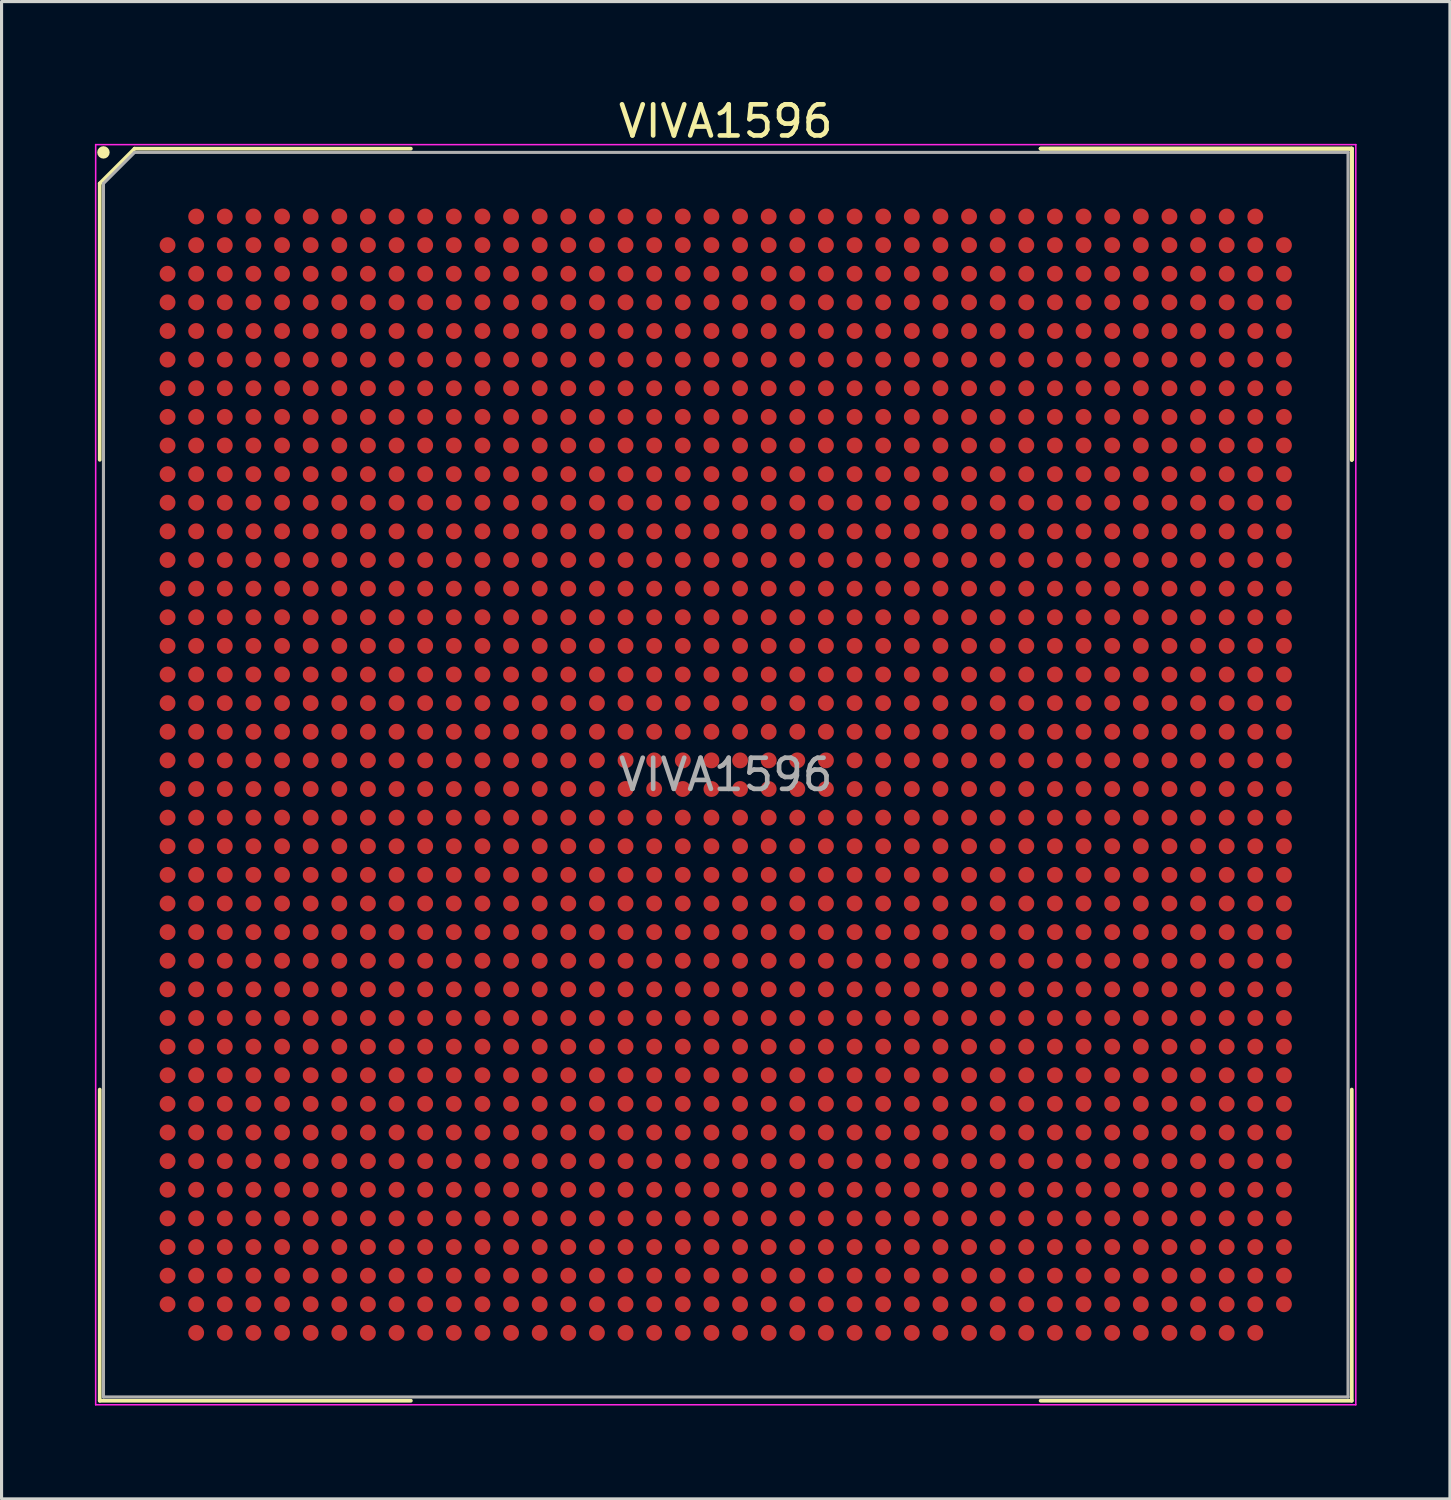
<source format=kicad_pcb>
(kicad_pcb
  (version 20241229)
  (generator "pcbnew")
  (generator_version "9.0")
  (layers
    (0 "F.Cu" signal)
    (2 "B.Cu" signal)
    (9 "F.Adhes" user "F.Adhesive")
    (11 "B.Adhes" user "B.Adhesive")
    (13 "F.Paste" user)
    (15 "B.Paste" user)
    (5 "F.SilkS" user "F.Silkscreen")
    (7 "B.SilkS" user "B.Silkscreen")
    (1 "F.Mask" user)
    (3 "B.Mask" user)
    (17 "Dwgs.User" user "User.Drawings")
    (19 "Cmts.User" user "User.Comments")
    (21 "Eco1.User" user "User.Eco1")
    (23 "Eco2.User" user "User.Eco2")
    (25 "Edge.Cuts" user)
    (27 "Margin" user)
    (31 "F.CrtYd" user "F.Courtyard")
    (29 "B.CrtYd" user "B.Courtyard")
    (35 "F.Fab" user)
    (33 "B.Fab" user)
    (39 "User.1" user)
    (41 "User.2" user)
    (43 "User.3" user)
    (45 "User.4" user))
  (footprint "VIVA1596"
    (layer "F.Cu")
    (at 20.275 21.848)
    (property "Reference" "VIVA1596" (at 0 -21 0) (layer "F.SilkS") (effects (font (size 1 1) (thickness 0.15))))
    (attr smd)
    (fp_line (start -20.12 -19) (end -20.12 -10.12) (stroke (width 0.12) (type solid)) (layer "F.SilkS"))
    (fp_line (start -20.12 20.12) (end -20.12 10.12) (stroke (width 0.12) (type solid)) (layer "F.SilkS"))
    (fp_line (start -19 -20.12) (end -20.12 -19) (stroke (width 0.12) (type solid)) (layer "F.SilkS"))
    (fp_line (start -10.12 -20.12) (end -19 -20.12) (stroke (width 0.12) (type solid)) (layer "F.SilkS"))
    (fp_line (start -10.12 20.12) (end -20.12 20.12) (stroke (width 0.12) (type solid)) (layer "F.SilkS"))
    (fp_line (start 10.12 -20.12) (end 20.12 -20.12) (stroke (width 0.12) (type solid)) (layer "F.SilkS"))
    (fp_line (start 10.12 -20.12) (end 20.12 -20.12) (stroke (width 0.12) (type solid)) (layer "F.SilkS"))
    (fp_line (start 10.12 -20.12) (end 20.12 -20.12) (stroke (width 0.12) (type solid)) (layer "F.SilkS"))
    (fp_line (start 10.12 20.12) (end 20.12 20.12) (stroke (width 0.12) (type solid)) (layer "F.SilkS"))
    (fp_line (start 20.12 -20.12) (end 20.12 -10.12) (stroke (width 0.12) (type solid)) (layer "F.SilkS"))
    (fp_line (start 20.12 -20.12) (end 20.12 -10.12) (stroke (width 0.12) (type solid)) (layer "F.SilkS"))
    (fp_line (start 20.12 -20.12) (end 20.12 -10.12) (stroke (width 0.12) (type solid)) (layer "F.SilkS"))
    (fp_line (start 20.12 20.12) (end 20.12 10.12) (stroke (width 0.12) (type solid)) (layer "F.SilkS"))
    (fp_circle (center -20 -20) (end -20 -19.9) (stroke (width 0.2) (type solid)) (fill no) (layer "F.SilkS"))
    (fp_line (start -20.25 -20.25) (end 20.25 -20.25) (stroke (width 0.05) (type solid)) (layer "F.CrtYd"))
    (fp_line (start -20.25 20.25) (end -20.25 -20.25) (stroke (width 0.05) (type solid)) (layer "F.CrtYd"))
    (fp_line (start 20.25 -20.25) (end 20.25 20.25) (stroke (width 0.05) (type solid)) (layer "F.CrtYd"))
    (fp_line (start 20.25 20.25) (end -20.25 20.25) (stroke (width 0.05) (type solid)) (layer "F.CrtYd"))
    (fp_line (start -20 -19) (end -20 20) (stroke (width 0.1) (type solid)) (layer "F.Fab"))
    (fp_line (start -20 20) (end 20 20) (stroke (width 0.1) (type solid)) (layer "F.Fab"))
    (fp_line (start -19 -20) (end -20 -19) (stroke (width 0.1) (type solid)) (layer "F.Fab"))
    (fp_line (start 20 -20) (end -19 -20) (stroke (width 0.1) (type solid)) (layer "F.Fab"))
    (fp_line (start 20 20) (end 20 -20) (stroke (width 0.1) (type solid)) (layer "F.Fab"))
    (fp_text user "${REFERENCE}" (at 0 0 0) (layer "F.Fab") (effects (font (size 1 1) (thickness 0.15))))
    (pad "A2" smd circle (at -17.02 -17.94) (size 0.51 0.51) (layers "F.Cu" "F.Mask" "F.Paste"))
    (pad "A3" smd circle (at -16.1 -17.94) (size 0.51 0.51) (layers "F.Cu" "F.Mask" "F.Paste"))
    (pad "A4" smd circle (at -15.18 -17.94) (size 0.51 0.51) (layers "F.Cu" "F.Mask" "F.Paste"))
    (pad "A5" smd circle (at -14.26 -17.94) (size 0.51 0.51) (layers "F.Cu" "F.Mask" "F.Paste"))
    (pad "A6" smd circle (at -13.34 -17.94) (size 0.51 0.51) (layers "F.Cu" "F.Mask" "F.Paste"))
    (pad "A7" smd circle (at -12.42 -17.94) (size 0.51 0.51) (layers "F.Cu" "F.Mask" "F.Paste"))
    (pad "A8" smd circle (at -11.5 -17.94) (size 0.51 0.51) (layers "F.Cu" "F.Mask" "F.Paste"))
    (pad "A9" smd circle (at -10.58 -17.94) (size 0.51 0.51) (layers "F.Cu" "F.Mask" "F.Paste"))
    (pad "A10" smd circle (at -9.66 -17.94) (size 0.51 0.51) (layers "F.Cu" "F.Mask" "F.Paste"))
    (pad "A11" smd circle (at -8.74 -17.94) (size 0.51 0.51) (layers "F.Cu" "F.Mask" "F.Paste"))
    (pad "A12" smd circle (at -7.82 -17.94) (size 0.51 0.51) (layers "F.Cu" "F.Mask" "F.Paste"))
    (pad "A13" smd circle (at -6.9 -17.94) (size 0.51 0.51) (layers "F.Cu" "F.Mask" "F.Paste"))
    (pad "A14" smd circle (at -5.98 -17.94) (size 0.51 0.51) (layers "F.Cu" "F.Mask" "F.Paste"))
    (pad "A15" smd circle (at -5.06 -17.94) (size 0.51 0.51) (layers "F.Cu" "F.Mask" "F.Paste"))
    (pad "A16" smd circle (at -4.14 -17.94) (size 0.51 0.51) (layers "F.Cu" "F.Mask" "F.Paste"))
    (pad "A17" smd circle (at -3.22 -17.94) (size 0.51 0.51) (layers "F.Cu" "F.Mask" "F.Paste"))
    (pad "A18" smd circle (at -2.3 -17.94) (size 0.51 0.51) (layers "F.Cu" "F.Mask" "F.Paste"))
    (pad "A19" smd circle (at -1.38 -17.94) (size 0.51 0.51) (layers "F.Cu" "F.Mask" "F.Paste"))
    (pad "A20" smd circle (at -0.46 -17.94) (size 0.51 0.51) (layers "F.Cu" "F.Mask" "F.Paste"))
    (pad "A21" smd circle (at 0.46 -17.94) (size 0.51 0.51) (layers "F.Cu" "F.Mask" "F.Paste"))
    (pad "A22" smd circle (at 1.38 -17.94) (size 0.51 0.51) (layers "F.Cu" "F.Mask" "F.Paste"))
    (pad "A23" smd circle (at 2.3 -17.94) (size 0.51 0.51) (layers "F.Cu" "F.Mask" "F.Paste"))
    (pad "A24" smd circle (at 3.22 -17.94) (size 0.51 0.51) (layers "F.Cu" "F.Mask" "F.Paste"))
    (pad "A25" smd circle (at 4.14 -17.94) (size 0.51 0.51) (layers "F.Cu" "F.Mask" "F.Paste"))
    (pad "A26" smd circle (at 5.06 -17.94) (size 0.51 0.51) (layers "F.Cu" "F.Mask" "F.Paste"))
    (pad "A27" smd circle (at 5.98 -17.94) (size 0.51 0.51) (layers "F.Cu" "F.Mask" "F.Paste"))
    (pad "A28" smd circle (at 6.9 -17.94) (size 0.51 0.51) (layers "F.Cu" "F.Mask" "F.Paste"))
    (pad "A29" smd circle (at 7.82 -17.94) (size 0.51 0.51) (layers "F.Cu" "F.Mask" "F.Paste"))
    (pad "A30" smd circle (at 8.74 -17.94) (size 0.51 0.51) (layers "F.Cu" "F.Mask" "F.Paste"))
    (pad "A31" smd circle (at 9.66 -17.94) (size 0.51 0.51) (layers "F.Cu" "F.Mask" "F.Paste"))
    (pad "A32" smd circle (at 10.58 -17.94) (size 0.51 0.51) (layers "F.Cu" "F.Mask" "F.Paste"))
    (pad "A33" smd circle (at 11.5 -17.94) (size 0.51 0.51) (layers "F.Cu" "F.Mask" "F.Paste"))
    (pad "A34" smd circle (at 12.42 -17.94) (size 0.51 0.51) (layers "F.Cu" "F.Mask" "F.Paste"))
    (pad "A35" smd circle (at 13.34 -17.94) (size 0.51 0.51) (layers "F.Cu" "F.Mask" "F.Paste"))
    (pad "A36" smd circle (at 14.26 -17.94) (size 0.51 0.51) (layers "F.Cu" "F.Mask" "F.Paste"))
    (pad "A37" smd circle (at 15.18 -17.94) (size 0.51 0.51) (layers "F.Cu" "F.Mask" "F.Paste"))
    (pad "A38" smd circle (at 16.1 -17.94) (size 0.51 0.51) (layers "F.Cu" "F.Mask" "F.Paste"))
    (pad "A39" smd circle (at 17.02 -17.94) (size 0.51 0.51) (layers "F.Cu" "F.Mask" "F.Paste"))
    (pad "AA1" smd circle (at -17.94 0.46) (size 0.51 0.51) (layers "F.Cu" "F.Mask" "F.Paste"))
    (pad "AA2" smd circle (at -17.02 0.46) (size 0.51 0.51) (layers "F.Cu" "F.Mask" "F.Paste"))
    (pad "AA3" smd circle (at -16.1 0.46) (size 0.51 0.51) (layers "F.Cu" "F.Mask" "F.Paste"))
    (pad "AA4" smd circle (at -15.18 0.46) (size 0.51 0.51) (layers "F.Cu" "F.Mask" "F.Paste"))
    (pad "AA5" smd circle (at -14.26 0.46) (size 0.51 0.51) (layers "F.Cu" "F.Mask" "F.Paste"))
    (pad "AA6" smd circle (at -13.34 0.46) (size 0.51 0.51) (layers "F.Cu" "F.Mask" "F.Paste"))
    (pad "AA7" smd circle (at -12.42 0.46) (size 0.51 0.51) (layers "F.Cu" "F.Mask" "F.Paste"))
    (pad "AA8" smd circle (at -11.5 0.46) (size 0.51 0.51) (layers "F.Cu" "F.Mask" "F.Paste"))
    (pad "AA9" smd circle (at -10.58 0.46) (size 0.51 0.51) (layers "F.Cu" "F.Mask" "F.Paste"))
    (pad "AA10" smd circle (at -9.66 0.46) (size 0.51 0.51) (layers "F.Cu" "F.Mask" "F.Paste"))
    (pad "AA11" smd circle (at -8.74 0.46) (size 0.51 0.51) (layers "F.Cu" "F.Mask" "F.Paste"))
    (pad "AA12" smd circle (at -7.82 0.46) (size 0.51 0.51) (layers "F.Cu" "F.Mask" "F.Paste"))
    (pad "AA13" smd circle (at -6.9 0.46) (size 0.51 0.51) (layers "F.Cu" "F.Mask" "F.Paste"))
    (pad "AA14" smd circle (at -5.98 0.46) (size 0.51 0.51) (layers "F.Cu" "F.Mask" "F.Paste"))
    (pad "AA15" smd circle (at -5.06 0.46) (size 0.51 0.51) (layers "F.Cu" "F.Mask" "F.Paste"))
    (pad "AA16" smd circle (at -4.14 0.46) (size 0.51 0.51) (layers "F.Cu" "F.Mask" "F.Paste"))
    (pad "AA17" smd circle (at -3.22 0.46) (size 0.51 0.51) (layers "F.Cu" "F.Mask" "F.Paste"))
    (pad "AA18" smd circle (at -2.3 0.46) (size 0.51 0.51) (layers "F.Cu" "F.Mask" "F.Paste"))
    (pad "AA19" smd circle (at -1.38 0.46) (size 0.51 0.51) (layers "F.Cu" "F.Mask" "F.Paste"))
    (pad "AA20" smd circle (at -0.46 0.46) (size 0.51 0.51) (layers "F.Cu" "F.Mask" "F.Paste"))
    (pad "AA21" smd circle (at 0.46 0.46) (size 0.51 0.51) (layers "F.Cu" "F.Mask" "F.Paste"))
    (pad "AA22" smd circle (at 1.38 0.46) (size 0.51 0.51) (layers "F.Cu" "F.Mask" "F.Paste"))
    (pad "AA23" smd circle (at 2.3 0.46) (size 0.51 0.51) (layers "F.Cu" "F.Mask" "F.Paste"))
    (pad "AA24" smd circle (at 3.22 0.46) (size 0.51 0.51) (layers "F.Cu" "F.Mask" "F.Paste"))
    (pad "AA25" smd circle (at 4.14 0.46) (size 0.51 0.51) (layers "F.Cu" "F.Mask" "F.Paste"))
    (pad "AA26" smd circle (at 5.06 0.46) (size 0.51 0.51) (layers "F.Cu" "F.Mask" "F.Paste"))
    (pad "AA27" smd circle (at 5.98 0.46) (size 0.51 0.51) (layers "F.Cu" "F.Mask" "F.Paste"))
    (pad "AA28" smd circle (at 6.9 0.46) (size 0.51 0.51) (layers "F.Cu" "F.Mask" "F.Paste"))
    (pad "AA29" smd circle (at 7.82 0.46) (size 0.51 0.51) (layers "F.Cu" "F.Mask" "F.Paste"))
    (pad "AA30" smd circle (at 8.74 0.46) (size 0.51 0.51) (layers "F.Cu" "F.Mask" "F.Paste"))
    (pad "AA31" smd circle (at 9.66 0.46) (size 0.51 0.51) (layers "F.Cu" "F.Mask" "F.Paste"))
    (pad "AA32" smd circle (at 10.58 0.46) (size 0.51 0.51) (layers "F.Cu" "F.Mask" "F.Paste"))
    (pad "AA33" smd circle (at 11.5 0.46) (size 0.51 0.51) (layers "F.Cu" "F.Mask" "F.Paste"))
    (pad "AA34" smd circle (at 12.42 0.46) (size 0.51 0.51) (layers "F.Cu" "F.Mask" "F.Paste"))
    (pad "AA35" smd circle (at 13.34 0.46) (size 0.51 0.51) (layers "F.Cu" "F.Mask" "F.Paste"))
    (pad "AA36" smd circle (at 14.26 0.46) (size 0.51 0.51) (layers "F.Cu" "F.Mask" "F.Paste"))
    (pad "AA37" smd circle (at 15.18 0.46) (size 0.51 0.51) (layers "F.Cu" "F.Mask" "F.Paste"))
    (pad "AA38" smd circle (at 16.1 0.46) (size 0.51 0.51) (layers "F.Cu" "F.Mask" "F.Paste"))
    (pad "AA39" smd circle (at 17.02 0.46) (size 0.51 0.51) (layers "F.Cu" "F.Mask" "F.Paste"))
    (pad "AA40" smd circle (at 17.94 0.46) (size 0.51 0.51) (layers "F.Cu" "F.Mask" "F.Paste"))
    (pad "AB1" smd circle (at -17.94 1.38) (size 0.51 0.51) (layers "F.Cu" "F.Mask" "F.Paste"))
    (pad "AB2" smd circle (at -17.02 1.38) (size 0.51 0.51) (layers "F.Cu" "F.Mask" "F.Paste"))
    (pad "AB3" smd circle (at -16.1 1.38) (size 0.51 0.51) (layers "F.Cu" "F.Mask" "F.Paste"))
    (pad "AB4" smd circle (at -15.18 1.38) (size 0.51 0.51) (layers "F.Cu" "F.Mask" "F.Paste"))
    (pad "AB5" smd circle (at -14.26 1.38) (size 0.51 0.51) (layers "F.Cu" "F.Mask" "F.Paste"))
    (pad "AB6" smd circle (at -13.34 1.38) (size 0.51 0.51) (layers "F.Cu" "F.Mask" "F.Paste"))
    (pad "AB7" smd circle (at -12.42 1.38) (size 0.51 0.51) (layers "F.Cu" "F.Mask" "F.Paste"))
    (pad "AB8" smd circle (at -11.5 1.38) (size 0.51 0.51) (layers "F.Cu" "F.Mask" "F.Paste"))
    (pad "AB9" smd circle (at -10.58 1.38) (size 0.51 0.51) (layers "F.Cu" "F.Mask" "F.Paste"))
    (pad "AB10" smd circle (at -9.66 1.38) (size 0.51 0.51) (layers "F.Cu" "F.Mask" "F.Paste"))
    (pad "AB11" smd circle (at -8.74 1.38) (size 0.51 0.51) (layers "F.Cu" "F.Mask" "F.Paste"))
    (pad "AB12" smd circle (at -7.82 1.38) (size 0.51 0.51) (layers "F.Cu" "F.Mask" "F.Paste"))
    (pad "AB13" smd circle (at -6.9 1.38) (size 0.51 0.51) (layers "F.Cu" "F.Mask" "F.Paste"))
    (pad "AB14" smd circle (at -5.98 1.38) (size 0.51 0.51) (layers "F.Cu" "F.Mask" "F.Paste"))
    (pad "AB15" smd circle (at -5.06 1.38) (size 0.51 0.51) (layers "F.Cu" "F.Mask" "F.Paste"))
    (pad "AB16" smd circle (at -4.14 1.38) (size 0.51 0.51) (layers "F.Cu" "F.Mask" "F.Paste"))
    (pad "AB17" smd circle (at -3.22 1.38) (size 0.51 0.51) (layers "F.Cu" "F.Mask" "F.Paste"))
    (pad "AB18" smd circle (at -2.3 1.38) (size 0.51 0.51) (layers "F.Cu" "F.Mask" "F.Paste"))
    (pad "AB19" smd circle (at -1.38 1.38) (size 0.51 0.51) (layers "F.Cu" "F.Mask" "F.Paste"))
    (pad "AB20" smd circle (at -0.46 1.38) (size 0.51 0.51) (layers "F.Cu" "F.Mask" "F.Paste"))
    (pad "AB21" smd circle (at 0.46 1.38) (size 0.51 0.51) (layers "F.Cu" "F.Mask" "F.Paste"))
    (pad "AB22" smd circle (at 1.38 1.38) (size 0.51 0.51) (layers "F.Cu" "F.Mask" "F.Paste"))
    (pad "AB23" smd circle (at 2.3 1.38) (size 0.51 0.51) (layers "F.Cu" "F.Mask" "F.Paste"))
    (pad "AB24" smd circle (at 3.22 1.38) (size 0.51 0.51) (layers "F.Cu" "F.Mask" "F.Paste"))
    (pad "AB25" smd circle (at 4.14 1.38) (size 0.51 0.51) (layers "F.Cu" "F.Mask" "F.Paste"))
    (pad "AB26" smd circle (at 5.06 1.38) (size 0.51 0.51) (layers "F.Cu" "F.Mask" "F.Paste"))
    (pad "AB27" smd circle (at 5.98 1.38) (size 0.51 0.51) (layers "F.Cu" "F.Mask" "F.Paste"))
    (pad "AB28" smd circle (at 6.9 1.38) (size 0.51 0.51) (layers "F.Cu" "F.Mask" "F.Paste"))
    (pad "AB29" smd circle (at 7.82 1.38) (size 0.51 0.51) (layers "F.Cu" "F.Mask" "F.Paste"))
    (pad "AB30" smd circle (at 8.74 1.38) (size 0.51 0.51) (layers "F.Cu" "F.Mask" "F.Paste"))
    (pad "AB31" smd circle (at 9.66 1.38) (size 0.51 0.51) (layers "F.Cu" "F.Mask" "F.Paste"))
    (pad "AB32" smd circle (at 10.58 1.38) (size 0.51 0.51) (layers "F.Cu" "F.Mask" "F.Paste"))
    (pad "AB33" smd circle (at 11.5 1.38) (size 0.51 0.51) (layers "F.Cu" "F.Mask" "F.Paste"))
    (pad "AB34" smd circle (at 12.42 1.38) (size 0.51 0.51) (layers "F.Cu" "F.Mask" "F.Paste"))
    (pad "AB35" smd circle (at 13.34 1.38) (size 0.51 0.51) (layers "F.Cu" "F.Mask" "F.Paste"))
    (pad "AB36" smd circle (at 14.26 1.38) (size 0.51 0.51) (layers "F.Cu" "F.Mask" "F.Paste"))
    (pad "AB37" smd circle (at 15.18 1.38) (size 0.51 0.51) (layers "F.Cu" "F.Mask" "F.Paste"))
    (pad "AB38" smd circle (at 16.1 1.38) (size 0.51 0.51) (layers "F.Cu" "F.Mask" "F.Paste"))
    (pad "AB39" smd circle (at 17.02 1.38) (size 0.51 0.51) (layers "F.Cu" "F.Mask" "F.Paste"))
    (pad "AB40" smd circle (at 17.94 1.38) (size 0.51 0.51) (layers "F.Cu" "F.Mask" "F.Paste"))
    (pad "AC1" smd circle (at -17.94 2.3) (size 0.51 0.51) (layers "F.Cu" "F.Mask" "F.Paste"))
    (pad "AC2" smd circle (at -17.02 2.3) (size 0.51 0.51) (layers "F.Cu" "F.Mask" "F.Paste"))
    (pad "AC3" smd circle (at -16.1 2.3) (size 0.51 0.51) (layers "F.Cu" "F.Mask" "F.Paste"))
    (pad "AC4" smd circle (at -15.18 2.3) (size 0.51 0.51) (layers "F.Cu" "F.Mask" "F.Paste"))
    (pad "AC5" smd circle (at -14.26 2.3) (size 0.51 0.51) (layers "F.Cu" "F.Mask" "F.Paste"))
    (pad "AC6" smd circle (at -13.34 2.3) (size 0.51 0.51) (layers "F.Cu" "F.Mask" "F.Paste"))
    (pad "AC7" smd circle (at -12.42 2.3) (size 0.51 0.51) (layers "F.Cu" "F.Mask" "F.Paste"))
    (pad "AC8" smd circle (at -11.5 2.3) (size 0.51 0.51) (layers "F.Cu" "F.Mask" "F.Paste"))
    (pad "AC9" smd circle (at -10.58 2.3) (size 0.51 0.51) (layers "F.Cu" "F.Mask" "F.Paste"))
    (pad "AC10" smd circle (at -9.66 2.3) (size 0.51 0.51) (layers "F.Cu" "F.Mask" "F.Paste"))
    (pad "AC11" smd circle (at -8.74 2.3) (size 0.51 0.51) (layers "F.Cu" "F.Mask" "F.Paste"))
    (pad "AC12" smd circle (at -7.82 2.3) (size 0.51 0.51) (layers "F.Cu" "F.Mask" "F.Paste"))
    (pad "AC13" smd circle (at -6.9 2.3) (size 0.51 0.51) (layers "F.Cu" "F.Mask" "F.Paste"))
    (pad "AC14" smd circle (at -5.98 2.3) (size 0.51 0.51) (layers "F.Cu" "F.Mask" "F.Paste"))
    (pad "AC15" smd circle (at -5.06 2.3) (size 0.51 0.51) (layers "F.Cu" "F.Mask" "F.Paste"))
    (pad "AC16" smd circle (at -4.14 2.3) (size 0.51 0.51) (layers "F.Cu" "F.Mask" "F.Paste"))
    (pad "AC17" smd circle (at -3.22 2.3) (size 0.51 0.51) (layers "F.Cu" "F.Mask" "F.Paste"))
    (pad "AC18" smd circle (at -2.3 2.3) (size 0.51 0.51) (layers "F.Cu" "F.Mask" "F.Paste"))
    (pad "AC19" smd circle (at -1.38 2.3) (size 0.51 0.51) (layers "F.Cu" "F.Mask" "F.Paste"))
    (pad "AC20" smd circle (at -0.46 2.3) (size 0.51 0.51) (layers "F.Cu" "F.Mask" "F.Paste"))
    (pad "AC21" smd circle (at 0.46 2.3) (size 0.51 0.51) (layers "F.Cu" "F.Mask" "F.Paste"))
    (pad "AC22" smd circle (at 1.38 2.3) (size 0.51 0.51) (layers "F.Cu" "F.Mask" "F.Paste"))
    (pad "AC23" smd circle (at 2.3 2.3) (size 0.51 0.51) (layers "F.Cu" "F.Mask" "F.Paste"))
    (pad "AC24" smd circle (at 3.22 2.3) (size 0.51 0.51) (layers "F.Cu" "F.Mask" "F.Paste"))
    (pad "AC25" smd circle (at 4.14 2.3) (size 0.51 0.51) (layers "F.Cu" "F.Mask" "F.Paste"))
    (pad "AC26" smd circle (at 5.06 2.3) (size 0.51 0.51) (layers "F.Cu" "F.Mask" "F.Paste"))
    (pad "AC27" smd circle (at 5.98 2.3) (size 0.51 0.51) (layers "F.Cu" "F.Mask" "F.Paste"))
    (pad "AC28" smd circle (at 6.9 2.3) (size 0.51 0.51) (layers "F.Cu" "F.Mask" "F.Paste"))
    (pad "AC29" smd circle (at 7.82 2.3) (size 0.51 0.51) (layers "F.Cu" "F.Mask" "F.Paste"))
    (pad "AC30" smd circle (at 8.74 2.3) (size 0.51 0.51) (layers "F.Cu" "F.Mask" "F.Paste"))
    (pad "AC31" smd circle (at 9.66 2.3) (size 0.51 0.51) (layers "F.Cu" "F.Mask" "F.Paste"))
    (pad "AC32" smd circle (at 10.58 2.3) (size 0.51 0.51) (layers "F.Cu" "F.Mask" "F.Paste"))
    (pad "AC33" smd circle (at 11.5 2.3) (size 0.51 0.51) (layers "F.Cu" "F.Mask" "F.Paste"))
    (pad "AC34" smd circle (at 12.42 2.3) (size 0.51 0.51) (layers "F.Cu" "F.Mask" "F.Paste"))
    (pad "AC35" smd circle (at 13.34 2.3) (size 0.51 0.51) (layers "F.Cu" "F.Mask" "F.Paste"))
    (pad "AC36" smd circle (at 14.26 2.3) (size 0.51 0.51) (layers "F.Cu" "F.Mask" "F.Paste"))
    (pad "AC37" smd circle (at 15.18 2.3) (size 0.51 0.51) (layers "F.Cu" "F.Mask" "F.Paste"))
    (pad "AC38" smd circle (at 16.1 2.3) (size 0.51 0.51) (layers "F.Cu" "F.Mask" "F.Paste"))
    (pad "AC39" smd circle (at 17.02 2.3) (size 0.51 0.51) (layers "F.Cu" "F.Mask" "F.Paste"))
    (pad "AC40" smd circle (at 17.94 2.3) (size 0.51 0.51) (layers "F.Cu" "F.Mask" "F.Paste"))
    (pad "AD1" smd circle (at -17.94 3.22) (size 0.51 0.51) (layers "F.Cu" "F.Mask" "F.Paste"))
    (pad "AD2" smd circle (at -17.02 3.22) (size 0.51 0.51) (layers "F.Cu" "F.Mask" "F.Paste"))
    (pad "AD3" smd circle (at -16.1 3.22) (size 0.51 0.51) (layers "F.Cu" "F.Mask" "F.Paste"))
    (pad "AD4" smd circle (at -15.18 3.22) (size 0.51 0.51) (layers "F.Cu" "F.Mask" "F.Paste"))
    (pad "AD5" smd circle (at -14.26 3.22) (size 0.51 0.51) (layers "F.Cu" "F.Mask" "F.Paste"))
    (pad "AD6" smd circle (at -13.34 3.22) (size 0.51 0.51) (layers "F.Cu" "F.Mask" "F.Paste"))
    (pad "AD7" smd circle (at -12.42 3.22) (size 0.51 0.51) (layers "F.Cu" "F.Mask" "F.Paste"))
    (pad "AD8" smd circle (at -11.5 3.22) (size 0.51 0.51) (layers "F.Cu" "F.Mask" "F.Paste"))
    (pad "AD9" smd circle (at -10.58 3.22) (size 0.51 0.51) (layers "F.Cu" "F.Mask" "F.Paste"))
    (pad "AD10" smd circle (at -9.66 3.22) (size 0.51 0.51) (layers "F.Cu" "F.Mask" "F.Paste"))
    (pad "AD11" smd circle (at -8.74 3.22) (size 0.51 0.51) (layers "F.Cu" "F.Mask" "F.Paste"))
    (pad "AD12" smd circle (at -7.82 3.22) (size 0.51 0.51) (layers "F.Cu" "F.Mask" "F.Paste"))
    (pad "AD13" smd circle (at -6.9 3.22) (size 0.51 0.51) (layers "F.Cu" "F.Mask" "F.Paste"))
    (pad "AD14" smd circle (at -5.98 3.22) (size 0.51 0.51) (layers "F.Cu" "F.Mask" "F.Paste"))
    (pad "AD15" smd circle (at -5.06 3.22) (size 0.51 0.51) (layers "F.Cu" "F.Mask" "F.Paste"))
    (pad "AD16" smd circle (at -4.14 3.22) (size 0.51 0.51) (layers "F.Cu" "F.Mask" "F.Paste"))
    (pad "AD17" smd circle (at -3.22 3.22) (size 0.51 0.51) (layers "F.Cu" "F.Mask" "F.Paste"))
    (pad "AD18" smd circle (at -2.3 3.22) (size 0.51 0.51) (layers "F.Cu" "F.Mask" "F.Paste"))
    (pad "AD19" smd circle (at -1.38 3.22) (size 0.51 0.51) (layers "F.Cu" "F.Mask" "F.Paste"))
    (pad "AD20" smd circle (at -0.46 3.22) (size 0.51 0.51) (layers "F.Cu" "F.Mask" "F.Paste"))
    (pad "AD21" smd circle (at 0.46 3.22) (size 0.51 0.51) (layers "F.Cu" "F.Mask" "F.Paste"))
    (pad "AD22" smd circle (at 1.38 3.22) (size 0.51 0.51) (layers "F.Cu" "F.Mask" "F.Paste"))
    (pad "AD23" smd circle (at 2.3 3.22) (size 0.51 0.51) (layers "F.Cu" "F.Mask" "F.Paste"))
    (pad "AD24" smd circle (at 3.22 3.22) (size 0.51 0.51) (layers "F.Cu" "F.Mask" "F.Paste"))
    (pad "AD25" smd circle (at 4.14 3.22) (size 0.51 0.51) (layers "F.Cu" "F.Mask" "F.Paste"))
    (pad "AD26" smd circle (at 5.06 3.22) (size 0.51 0.51) (layers "F.Cu" "F.Mask" "F.Paste"))
    (pad "AD27" smd circle (at 5.98 3.22) (size 0.51 0.51) (layers "F.Cu" "F.Mask" "F.Paste"))
    (pad "AD28" smd circle (at 6.9 3.22) (size 0.51 0.51) (layers "F.Cu" "F.Mask" "F.Paste"))
    (pad "AD29" smd circle (at 7.82 3.22) (size 0.51 0.51) (layers "F.Cu" "F.Mask" "F.Paste"))
    (pad "AD30" smd circle (at 8.74 3.22) (size 0.51 0.51) (layers "F.Cu" "F.Mask" "F.Paste"))
    (pad "AD31" smd circle (at 9.66 3.22) (size 0.51 0.51) (layers "F.Cu" "F.Mask" "F.Paste"))
    (pad "AD32" smd circle (at 10.58 3.22) (size 0.51 0.51) (layers "F.Cu" "F.Mask" "F.Paste"))
    (pad "AD33" smd circle (at 11.5 3.22) (size 0.51 0.51) (layers "F.Cu" "F.Mask" "F.Paste"))
    (pad "AD34" smd circle (at 12.42 3.22) (size 0.51 0.51) (layers "F.Cu" "F.Mask" "F.Paste"))
    (pad "AD35" smd circle (at 13.34 3.22) (size 0.51 0.51) (layers "F.Cu" "F.Mask" "F.Paste"))
    (pad "AD36" smd circle (at 14.26 3.22) (size 0.51 0.51) (layers "F.Cu" "F.Mask" "F.Paste"))
    (pad "AD37" smd circle (at 15.18 3.22) (size 0.51 0.51) (layers "F.Cu" "F.Mask" "F.Paste"))
    (pad "AD38" smd circle (at 16.1 3.22) (size 0.51 0.51) (layers "F.Cu" "F.Mask" "F.Paste"))
    (pad "AD39" smd circle (at 17.02 3.22) (size 0.51 0.51) (layers "F.Cu" "F.Mask" "F.Paste"))
    (pad "AD40" smd circle (at 17.94 3.22) (size 0.51 0.51) (layers "F.Cu" "F.Mask" "F.Paste"))
    (pad "AE1" smd circle (at -17.94 4.14) (size 0.51 0.51) (layers "F.Cu" "F.Mask" "F.Paste"))
    (pad "AE2" smd circle (at -17.02 4.14) (size 0.51 0.51) (layers "F.Cu" "F.Mask" "F.Paste"))
    (pad "AE3" smd circle (at -16.1 4.14) (size 0.51 0.51) (layers "F.Cu" "F.Mask" "F.Paste"))
    (pad "AE4" smd circle (at -15.18 4.14) (size 0.51 0.51) (layers "F.Cu" "F.Mask" "F.Paste"))
    (pad "AE5" smd circle (at -14.26 4.14) (size 0.51 0.51) (layers "F.Cu" "F.Mask" "F.Paste"))
    (pad "AE6" smd circle (at -13.34 4.14) (size 0.51 0.51) (layers "F.Cu" "F.Mask" "F.Paste"))
    (pad "AE7" smd circle (at -12.42 4.14) (size 0.51 0.51) (layers "F.Cu" "F.Mask" "F.Paste"))
    (pad "AE8" smd circle (at -11.5 4.14) (size 0.51 0.51) (layers "F.Cu" "F.Mask" "F.Paste"))
    (pad "AE9" smd circle (at -10.58 4.14) (size 0.51 0.51) (layers "F.Cu" "F.Mask" "F.Paste"))
    (pad "AE10" smd circle (at -9.66 4.14) (size 0.51 0.51) (layers "F.Cu" "F.Mask" "F.Paste"))
    (pad "AE11" smd circle (at -8.74 4.14) (size 0.51 0.51) (layers "F.Cu" "F.Mask" "F.Paste"))
    (pad "AE12" smd circle (at -7.82 4.14) (size 0.51 0.51) (layers "F.Cu" "F.Mask" "F.Paste"))
    (pad "AE13" smd circle (at -6.9 4.14) (size 0.51 0.51) (layers "F.Cu" "F.Mask" "F.Paste"))
    (pad "AE14" smd circle (at -5.98 4.14) (size 0.51 0.51) (layers "F.Cu" "F.Mask" "F.Paste"))
    (pad "AE15" smd circle (at -5.06 4.14) (size 0.51 0.51) (layers "F.Cu" "F.Mask" "F.Paste"))
    (pad "AE16" smd circle (at -4.14 4.14) (size 0.51 0.51) (layers "F.Cu" "F.Mask" "F.Paste"))
    (pad "AE17" smd circle (at -3.22 4.14) (size 0.51 0.51) (layers "F.Cu" "F.Mask" "F.Paste"))
    (pad "AE18" smd circle (at -2.3 4.14) (size 0.51 0.51) (layers "F.Cu" "F.Mask" "F.Paste"))
    (pad "AE19" smd circle (at -1.38 4.14) (size 0.51 0.51) (layers "F.Cu" "F.Mask" "F.Paste"))
    (pad "AE20" smd circle (at -0.46 4.14) (size 0.51 0.51) (layers "F.Cu" "F.Mask" "F.Paste"))
    (pad "AE21" smd circle (at 0.46 4.14) (size 0.51 0.51) (layers "F.Cu" "F.Mask" "F.Paste"))
    (pad "AE22" smd circle (at 1.38 4.14) (size 0.51 0.51) (layers "F.Cu" "F.Mask" "F.Paste"))
    (pad "AE23" smd circle (at 2.3 4.14) (size 0.51 0.51) (layers "F.Cu" "F.Mask" "F.Paste"))
    (pad "AE24" smd circle (at 3.22 4.14) (size 0.51 0.51) (layers "F.Cu" "F.Mask" "F.Paste"))
    (pad "AE25" smd circle (at 4.14 4.14) (size 0.51 0.51) (layers "F.Cu" "F.Mask" "F.Paste"))
    (pad "AE26" smd circle (at 5.06 4.14) (size 0.51 0.51) (layers "F.Cu" "F.Mask" "F.Paste"))
    (pad "AE27" smd circle (at 5.98 4.14) (size 0.51 0.51) (layers "F.Cu" "F.Mask" "F.Paste"))
    (pad "AE28" smd circle (at 6.9 4.14) (size 0.51 0.51) (layers "F.Cu" "F.Mask" "F.Paste"))
    (pad "AE29" smd circle (at 7.82 4.14) (size 0.51 0.51) (layers "F.Cu" "F.Mask" "F.Paste"))
    (pad "AE30" smd circle (at 8.74 4.14) (size 0.51 0.51) (layers "F.Cu" "F.Mask" "F.Paste"))
    (pad "AE31" smd circle (at 9.66 4.14) (size 0.51 0.51) (layers "F.Cu" "F.Mask" "F.Paste"))
    (pad "AE32" smd circle (at 10.58 4.14) (size 0.51 0.51) (layers "F.Cu" "F.Mask" "F.Paste"))
    (pad "AE33" smd circle (at 11.5 4.14) (size 0.51 0.51) (layers "F.Cu" "F.Mask" "F.Paste"))
    (pad "AE34" smd circle (at 12.42 4.14) (size 0.51 0.51) (layers "F.Cu" "F.Mask" "F.Paste"))
    (pad "AE35" smd circle (at 13.34 4.14) (size 0.51 0.51) (layers "F.Cu" "F.Mask" "F.Paste"))
    (pad "AE36" smd circle (at 14.26 4.14) (size 0.51 0.51) (layers "F.Cu" "F.Mask" "F.Paste"))
    (pad "AE37" smd circle (at 15.18 4.14) (size 0.51 0.51) (layers "F.Cu" "F.Mask" "F.Paste"))
    (pad "AE38" smd circle (at 16.1 4.14) (size 0.51 0.51) (layers "F.Cu" "F.Mask" "F.Paste"))
    (pad "AE39" smd circle (at 17.02 4.14) (size 0.51 0.51) (layers "F.Cu" "F.Mask" "F.Paste"))
    (pad "AE40" smd circle (at 17.94 4.14) (size 0.51 0.51) (layers "F.Cu" "F.Mask" "F.Paste"))
    (pad "AF1" smd circle (at -17.94 5.06) (size 0.51 0.51) (layers "F.Cu" "F.Mask" "F.Paste"))
    (pad "AF2" smd circle (at -17.02 5.06) (size 0.51 0.51) (layers "F.Cu" "F.Mask" "F.Paste"))
    (pad "AF3" smd circle (at -16.1 5.06) (size 0.51 0.51) (layers "F.Cu" "F.Mask" "F.Paste"))
    (pad "AF4" smd circle (at -15.18 5.06) (size 0.51 0.51) (layers "F.Cu" "F.Mask" "F.Paste"))
    (pad "AF5" smd circle (at -14.26 5.06) (size 0.51 0.51) (layers "F.Cu" "F.Mask" "F.Paste"))
    (pad "AF6" smd circle (at -13.34 5.06) (size 0.51 0.51) (layers "F.Cu" "F.Mask" "F.Paste"))
    (pad "AF7" smd circle (at -12.42 5.06) (size 0.51 0.51) (layers "F.Cu" "F.Mask" "F.Paste"))
    (pad "AF8" smd circle (at -11.5 5.06) (size 0.51 0.51) (layers "F.Cu" "F.Mask" "F.Paste"))
    (pad "AF9" smd circle (at -10.58 5.06) (size 0.51 0.51) (layers "F.Cu" "F.Mask" "F.Paste"))
    (pad "AF10" smd circle (at -9.66 5.06) (size 0.51 0.51) (layers "F.Cu" "F.Mask" "F.Paste"))
    (pad "AF11" smd circle (at -8.74 5.06) (size 0.51 0.51) (layers "F.Cu" "F.Mask" "F.Paste"))
    (pad "AF12" smd circle (at -7.82 5.06) (size 0.51 0.51) (layers "F.Cu" "F.Mask" "F.Paste"))
    (pad "AF13" smd circle (at -6.9 5.06) (size 0.51 0.51) (layers "F.Cu" "F.Mask" "F.Paste"))
    (pad "AF14" smd circle (at -5.98 5.06) (size 0.51 0.51) (layers "F.Cu" "F.Mask" "F.Paste"))
    (pad "AF15" smd circle (at -5.06 5.06) (size 0.51 0.51) (layers "F.Cu" "F.Mask" "F.Paste"))
    (pad "AF16" smd circle (at -4.14 5.06) (size 0.51 0.51) (layers "F.Cu" "F.Mask" "F.Paste"))
    (pad "AF17" smd circle (at -3.22 5.06) (size 0.51 0.51) (layers "F.Cu" "F.Mask" "F.Paste"))
    (pad "AF18" smd circle (at -2.3 5.06) (size 0.51 0.51) (layers "F.Cu" "F.Mask" "F.Paste"))
    (pad "AF19" smd circle (at -1.38 5.06) (size 0.51 0.51) (layers "F.Cu" "F.Mask" "F.Paste"))
    (pad "AF20" smd circle (at -0.46 5.06) (size 0.51 0.51) (layers "F.Cu" "F.Mask" "F.Paste"))
    (pad "AF21" smd circle (at 0.46 5.06) (size 0.51 0.51) (layers "F.Cu" "F.Mask" "F.Paste"))
    (pad "AF22" smd circle (at 1.38 5.06) (size 0.51 0.51) (layers "F.Cu" "F.Mask" "F.Paste"))
    (pad "AF23" smd circle (at 2.3 5.06) (size 0.51 0.51) (layers "F.Cu" "F.Mask" "F.Paste"))
    (pad "AF24" smd circle (at 3.22 5.06) (size 0.51 0.51) (layers "F.Cu" "F.Mask" "F.Paste"))
    (pad "AF25" smd circle (at 4.14 5.06) (size 0.51 0.51) (layers "F.Cu" "F.Mask" "F.Paste"))
    (pad "AF26" smd circle (at 5.06 5.06) (size 0.51 0.51) (layers "F.Cu" "F.Mask" "F.Paste"))
    (pad "AF27" smd circle (at 5.98 5.06) (size 0.51 0.51) (layers "F.Cu" "F.Mask" "F.Paste"))
    (pad "AF28" smd circle (at 6.9 5.06) (size 0.51 0.51) (layers "F.Cu" "F.Mask" "F.Paste"))
    (pad "AF29" smd circle (at 7.82 5.06) (size 0.51 0.51) (layers "F.Cu" "F.Mask" "F.Paste"))
    (pad "AF30" smd circle (at 8.74 5.06) (size 0.51 0.51) (layers "F.Cu" "F.Mask" "F.Paste"))
    (pad "AF31" smd circle (at 9.66 5.06) (size 0.51 0.51) (layers "F.Cu" "F.Mask" "F.Paste"))
    (pad "AF32" smd circle (at 10.58 5.06) (size 0.51 0.51) (layers "F.Cu" "F.Mask" "F.Paste"))
    (pad "AF33" smd circle (at 11.5 5.06) (size 0.51 0.51) (layers "F.Cu" "F.Mask" "F.Paste"))
    (pad "AF34" smd circle (at 12.42 5.06) (size 0.51 0.51) (layers "F.Cu" "F.Mask" "F.Paste"))
    (pad "AF35" smd circle (at 13.34 5.06) (size 0.51 0.51) (layers "F.Cu" "F.Mask" "F.Paste"))
    (pad "AF36" smd circle (at 14.26 5.06) (size 0.51 0.51) (layers "F.Cu" "F.Mask" "F.Paste"))
    (pad "AF37" smd circle (at 15.18 5.06) (size 0.51 0.51) (layers "F.Cu" "F.Mask" "F.Paste"))
    (pad "AF38" smd circle (at 16.1 5.06) (size 0.51 0.51) (layers "F.Cu" "F.Mask" "F.Paste"))
    (pad "AF39" smd circle (at 17.02 5.06) (size 0.51 0.51) (layers "F.Cu" "F.Mask" "F.Paste"))
    (pad "AF40" smd circle (at 17.94 5.06) (size 0.51 0.51) (layers "F.Cu" "F.Mask" "F.Paste"))
    (pad "AG1" smd circle (at -17.94 5.98) (size 0.51 0.51) (layers "F.Cu" "F.Mask" "F.Paste"))
    (pad "AG2" smd circle (at -17.02 5.98) (size 0.51 0.51) (layers "F.Cu" "F.Mask" "F.Paste"))
    (pad "AG3" smd circle (at -16.1 5.98) (size 0.51 0.51) (layers "F.Cu" "F.Mask" "F.Paste"))
    (pad "AG4" smd circle (at -15.18 5.98) (size 0.51 0.51) (layers "F.Cu" "F.Mask" "F.Paste"))
    (pad "AG5" smd circle (at -14.26 5.98) (size 0.51 0.51) (layers "F.Cu" "F.Mask" "F.Paste"))
    (pad "AG6" smd circle (at -13.34 5.98) (size 0.51 0.51) (layers "F.Cu" "F.Mask" "F.Paste"))
    (pad "AG7" smd circle (at -12.42 5.98) (size 0.51 0.51) (layers "F.Cu" "F.Mask" "F.Paste"))
    (pad "AG8" smd circle (at -11.5 5.98) (size 0.51 0.51) (layers "F.Cu" "F.Mask" "F.Paste"))
    (pad "AG9" smd circle (at -10.58 5.98) (size 0.51 0.51) (layers "F.Cu" "F.Mask" "F.Paste"))
    (pad "AG10" smd circle (at -9.66 5.98) (size 0.51 0.51) (layers "F.Cu" "F.Mask" "F.Paste"))
    (pad "AG11" smd circle (at -8.74 5.98) (size 0.51 0.51) (layers "F.Cu" "F.Mask" "F.Paste"))
    (pad "AG12" smd circle (at -7.82 5.98) (size 0.51 0.51) (layers "F.Cu" "F.Mask" "F.Paste"))
    (pad "AG13" smd circle (at -6.9 5.98) (size 0.51 0.51) (layers "F.Cu" "F.Mask" "F.Paste"))
    (pad "AG14" smd circle (at -5.98 5.98) (size 0.51 0.51) (layers "F.Cu" "F.Mask" "F.Paste"))
    (pad "AG15" smd circle (at -5.06 5.98) (size 0.51 0.51) (layers "F.Cu" "F.Mask" "F.Paste"))
    (pad "AG16" smd circle (at -4.14 5.98) (size 0.51 0.51) (layers "F.Cu" "F.Mask" "F.Paste"))
    (pad "AG17" smd circle (at -3.22 5.98) (size 0.51 0.51) (layers "F.Cu" "F.Mask" "F.Paste"))
    (pad "AG18" smd circle (at -2.3 5.98) (size 0.51 0.51) (layers "F.Cu" "F.Mask" "F.Paste"))
    (pad "AG19" smd circle (at -1.38 5.98) (size 0.51 0.51) (layers "F.Cu" "F.Mask" "F.Paste"))
    (pad "AG20" smd circle (at -0.46 5.98) (size 0.51 0.51) (layers "F.Cu" "F.Mask" "F.Paste"))
    (pad "AG21" smd circle (at 0.46 5.98) (size 0.51 0.51) (layers "F.Cu" "F.Mask" "F.Paste"))
    (pad "AG22" smd circle (at 1.38 5.98) (size 0.51 0.51) (layers "F.Cu" "F.Mask" "F.Paste"))
    (pad "AG23" smd circle (at 2.3 5.98) (size 0.51 0.51) (layers "F.Cu" "F.Mask" "F.Paste"))
    (pad "AG24" smd circle (at 3.22 5.98) (size 0.51 0.51) (layers "F.Cu" "F.Mask" "F.Paste"))
    (pad "AG25" smd circle (at 4.14 5.98) (size 0.51 0.51) (layers "F.Cu" "F.Mask" "F.Paste"))
    (pad "AG26" smd circle (at 5.06 5.98) (size 0.51 0.51) (layers "F.Cu" "F.Mask" "F.Paste"))
    (pad "AG27" smd circle (at 5.98 5.98) (size 0.51 0.51) (layers "F.Cu" "F.Mask" "F.Paste"))
    (pad "AG28" smd circle (at 6.9 5.98) (size 0.51 0.51) (layers "F.Cu" "F.Mask" "F.Paste"))
    (pad "AG29" smd circle (at 7.82 5.98) (size 0.51 0.51) (layers "F.Cu" "F.Mask" "F.Paste"))
    (pad "AG30" smd circle (at 8.74 5.98) (size 0.51 0.51) (layers "F.Cu" "F.Mask" "F.Paste"))
    (pad "AG31" smd circle (at 9.66 5.98) (size 0.51 0.51) (layers "F.Cu" "F.Mask" "F.Paste"))
    (pad "AG32" smd circle (at 10.58 5.98) (size 0.51 0.51) (layers "F.Cu" "F.Mask" "F.Paste"))
    (pad "AG33" smd circle (at 11.5 5.98) (size 0.51 0.51) (layers "F.Cu" "F.Mask" "F.Paste"))
    (pad "AG34" smd circle (at 12.42 5.98) (size 0.51 0.51) (layers "F.Cu" "F.Mask" "F.Paste"))
    (pad "AG35" smd circle (at 13.34 5.98) (size 0.51 0.51) (layers "F.Cu" "F.Mask" "F.Paste"))
    (pad "AG36" smd circle (at 14.26 5.98) (size 0.51 0.51) (layers "F.Cu" "F.Mask" "F.Paste"))
    (pad "AG37" smd circle (at 15.18 5.98) (size 0.51 0.51) (layers "F.Cu" "F.Mask" "F.Paste"))
    (pad "AG38" smd circle (at 16.1 5.98) (size 0.51 0.51) (layers "F.Cu" "F.Mask" "F.Paste"))
    (pad "AG39" smd circle (at 17.02 5.98) (size 0.51 0.51) (layers "F.Cu" "F.Mask" "F.Paste"))
    (pad "AG40" smd circle (at 17.94 5.98) (size 0.51 0.51) (layers "F.Cu" "F.Mask" "F.Paste"))
    (pad "AH1" smd circle (at -17.94 6.9) (size 0.51 0.51) (layers "F.Cu" "F.Mask" "F.Paste"))
    (pad "AH2" smd circle (at -17.02 6.9) (size 0.51 0.51) (layers "F.Cu" "F.Mask" "F.Paste"))
    (pad "AH3" smd circle (at -16.1 6.9) (size 0.51 0.51) (layers "F.Cu" "F.Mask" "F.Paste"))
    (pad "AH4" smd circle (at -15.18 6.9) (size 0.51 0.51) (layers "F.Cu" "F.Mask" "F.Paste"))
    (pad "AH5" smd circle (at -14.26 6.9) (size 0.51 0.51) (layers "F.Cu" "F.Mask" "F.Paste"))
    (pad "AH6" smd circle (at -13.34 6.9) (size 0.51 0.51) (layers "F.Cu" "F.Mask" "F.Paste"))
    (pad "AH7" smd circle (at -12.42 6.9) (size 0.51 0.51) (layers "F.Cu" "F.Mask" "F.Paste"))
    (pad "AH8" smd circle (at -11.5 6.9) (size 0.51 0.51) (layers "F.Cu" "F.Mask" "F.Paste"))
    (pad "AH9" smd circle (at -10.58 6.9) (size 0.51 0.51) (layers "F.Cu" "F.Mask" "F.Paste"))
    (pad "AH10" smd circle (at -9.66 6.9) (size 0.51 0.51) (layers "F.Cu" "F.Mask" "F.Paste"))
    (pad "AH11" smd circle (at -8.74 6.9) (size 0.51 0.51) (layers "F.Cu" "F.Mask" "F.Paste"))
    (pad "AH12" smd circle (at -7.82 6.9) (size 0.51 0.51) (layers "F.Cu" "F.Mask" "F.Paste"))
    (pad "AH13" smd circle (at -6.9 6.9) (size 0.51 0.51) (layers "F.Cu" "F.Mask" "F.Paste"))
    (pad "AH14" smd circle (at -5.98 6.9) (size 0.51 0.51) (layers "F.Cu" "F.Mask" "F.Paste"))
    (pad "AH15" smd circle (at -5.06 6.9) (size 0.51 0.51) (layers "F.Cu" "F.Mask" "F.Paste"))
    (pad "AH16" smd circle (at -4.14 6.9) (size 0.51 0.51) (layers "F.Cu" "F.Mask" "F.Paste"))
    (pad "AH17" smd circle (at -3.22 6.9) (size 0.51 0.51) (layers "F.Cu" "F.Mask" "F.Paste"))
    (pad "AH18" smd circle (at -2.3 6.9) (size 0.51 0.51) (layers "F.Cu" "F.Mask" "F.Paste"))
    (pad "AH19" smd circle (at -1.38 6.9) (size 0.51 0.51) (layers "F.Cu" "F.Mask" "F.Paste"))
    (pad "AH20" smd circle (at -0.46 6.9) (size 0.51 0.51) (layers "F.Cu" "F.Mask" "F.Paste"))
    (pad "AH21" smd circle (at 0.46 6.9) (size 0.51 0.51) (layers "F.Cu" "F.Mask" "F.Paste"))
    (pad "AH22" smd circle (at 1.38 6.9) (size 0.51 0.51) (layers "F.Cu" "F.Mask" "F.Paste"))
    (pad "AH23" smd circle (at 2.3 6.9) (size 0.51 0.51) (layers "F.Cu" "F.Mask" "F.Paste"))
    (pad "AH24" smd circle (at 3.22 6.9) (size 0.51 0.51) (layers "F.Cu" "F.Mask" "F.Paste"))
    (pad "AH25" smd circle (at 4.14 6.9) (size 0.51 0.51) (layers "F.Cu" "F.Mask" "F.Paste"))
    (pad "AH26" smd circle (at 5.06 6.9) (size 0.51 0.51) (layers "F.Cu" "F.Mask" "F.Paste"))
    (pad "AH27" smd circle (at 5.98 6.9) (size 0.51 0.51) (layers "F.Cu" "F.Mask" "F.Paste"))
    (pad "AH28" smd circle (at 6.9 6.9) (size 0.51 0.51) (layers "F.Cu" "F.Mask" "F.Paste"))
    (pad "AH29" smd circle (at 7.82 6.9) (size 0.51 0.51) (layers "F.Cu" "F.Mask" "F.Paste"))
    (pad "AH30" smd circle (at 8.74 6.9) (size 0.51 0.51) (layers "F.Cu" "F.Mask" "F.Paste"))
    (pad "AH31" smd circle (at 9.66 6.9) (size 0.51 0.51) (layers "F.Cu" "F.Mask" "F.Paste"))
    (pad "AH32" smd circle (at 10.58 6.9) (size 0.51 0.51) (layers "F.Cu" "F.Mask" "F.Paste"))
    (pad "AH33" smd circle (at 11.5 6.9) (size 0.51 0.51) (layers "F.Cu" "F.Mask" "F.Paste"))
    (pad "AH34" smd circle (at 12.42 6.9) (size 0.51 0.51) (layers "F.Cu" "F.Mask" "F.Paste"))
    (pad "AH35" smd circle (at 13.34 6.9) (size 0.51 0.51) (layers "F.Cu" "F.Mask" "F.Paste"))
    (pad "AH36" smd circle (at 14.26 6.9) (size 0.51 0.51) (layers "F.Cu" "F.Mask" "F.Paste"))
    (pad "AH37" smd circle (at 15.18 6.9) (size 0.51 0.51) (layers "F.Cu" "F.Mask" "F.Paste"))
    (pad "AH38" smd circle (at 16.1 6.9) (size 0.51 0.51) (layers "F.Cu" "F.Mask" "F.Paste"))
    (pad "AH39" smd circle (at 17.02 6.9) (size 0.51 0.51) (layers "F.Cu" "F.Mask" "F.Paste"))
    (pad "AH40" smd circle (at 17.94 6.9) (size 0.51 0.51) (layers "F.Cu" "F.Mask" "F.Paste"))
    (pad "AJ1" smd circle (at -17.94 7.82) (size 0.51 0.51) (layers "F.Cu" "F.Mask" "F.Paste"))
    (pad "AJ2" smd circle (at -17.02 7.82) (size 0.51 0.51) (layers "F.Cu" "F.Mask" "F.Paste"))
    (pad "AJ3" smd circle (at -16.1 7.82) (size 0.51 0.51) (layers "F.Cu" "F.Mask" "F.Paste"))
    (pad "AJ4" smd circle (at -15.18 7.82) (size 0.51 0.51) (layers "F.Cu" "F.Mask" "F.Paste"))
    (pad "AJ5" smd circle (at -14.26 7.82) (size 0.51 0.51) (layers "F.Cu" "F.Mask" "F.Paste"))
    (pad "AJ6" smd circle (at -13.34 7.82) (size 0.51 0.51) (layers "F.Cu" "F.Mask" "F.Paste"))
    (pad "AJ7" smd circle (at -12.42 7.82) (size 0.51 0.51) (layers "F.Cu" "F.Mask" "F.Paste"))
    (pad "AJ8" smd circle (at -11.5 7.82) (size 0.51 0.51) (layers "F.Cu" "F.Mask" "F.Paste"))
    (pad "AJ9" smd circle (at -10.58 7.82) (size 0.51 0.51) (layers "F.Cu" "F.Mask" "F.Paste"))
    (pad "AJ10" smd circle (at -9.66 7.82) (size 0.51 0.51) (layers "F.Cu" "F.Mask" "F.Paste"))
    (pad "AJ11" smd circle (at -8.74 7.82) (size 0.51 0.51) (layers "F.Cu" "F.Mask" "F.Paste"))
    (pad "AJ12" smd circle (at -7.82 7.82) (size 0.51 0.51) (layers "F.Cu" "F.Mask" "F.Paste"))
    (pad "AJ13" smd circle (at -6.9 7.82) (size 0.51 0.51) (layers "F.Cu" "F.Mask" "F.Paste"))
    (pad "AJ14" smd circle (at -5.98 7.82) (size 0.51 0.51) (layers "F.Cu" "F.Mask" "F.Paste"))
    (pad "AJ15" smd circle (at -5.06 7.82) (size 0.51 0.51) (layers "F.Cu" "F.Mask" "F.Paste"))
    (pad "AJ16" smd circle (at -4.14 7.82) (size 0.51 0.51) (layers "F.Cu" "F.Mask" "F.Paste"))
    (pad "AJ17" smd circle (at -3.22 7.82) (size 0.51 0.51) (layers "F.Cu" "F.Mask" "F.Paste"))
    (pad "AJ18" smd circle (at -2.3 7.82) (size 0.51 0.51) (layers "F.Cu" "F.Mask" "F.Paste"))
    (pad "AJ19" smd circle (at -1.38 7.82) (size 0.51 0.51) (layers "F.Cu" "F.Mask" "F.Paste"))
    (pad "AJ20" smd circle (at -0.46 7.82) (size 0.51 0.51) (layers "F.Cu" "F.Mask" "F.Paste"))
    (pad "AJ21" smd circle (at 0.46 7.82) (size 0.51 0.51) (layers "F.Cu" "F.Mask" "F.Paste"))
    (pad "AJ22" smd circle (at 1.38 7.82) (size 0.51 0.51) (layers "F.Cu" "F.Mask" "F.Paste"))
    (pad "AJ23" smd circle (at 2.3 7.82) (size 0.51 0.51) (layers "F.Cu" "F.Mask" "F.Paste"))
    (pad "AJ24" smd circle (at 3.22 7.82) (size 0.51 0.51) (layers "F.Cu" "F.Mask" "F.Paste"))
    (pad "AJ25" smd circle (at 4.14 7.82) (size 0.51 0.51) (layers "F.Cu" "F.Mask" "F.Paste"))
    (pad "AJ26" smd circle (at 5.06 7.82) (size 0.51 0.51) (layers "F.Cu" "F.Mask" "F.Paste"))
    (pad "AJ27" smd circle (at 5.98 7.82) (size 0.51 0.51) (layers "F.Cu" "F.Mask" "F.Paste"))
    (pad "AJ28" smd circle (at 6.9 7.82) (size 0.51 0.51) (layers "F.Cu" "F.Mask" "F.Paste"))
    (pad "AJ29" smd circle (at 7.82 7.82) (size 0.51 0.51) (layers "F.Cu" "F.Mask" "F.Paste"))
    (pad "AJ30" smd circle (at 8.74 7.82) (size 0.51 0.51) (layers "F.Cu" "F.Mask" "F.Paste"))
    (pad "AJ31" smd circle (at 9.66 7.82) (size 0.51 0.51) (layers "F.Cu" "F.Mask" "F.Paste"))
    (pad "AJ32" smd circle (at 10.58 7.82) (size 0.51 0.51) (layers "F.Cu" "F.Mask" "F.Paste"))
    (pad "AJ33" smd circle (at 11.5 7.82) (size 0.51 0.51) (layers "F.Cu" "F.Mask" "F.Paste"))
    (pad "AJ34" smd circle (at 12.42 7.82) (size 0.51 0.51) (layers "F.Cu" "F.Mask" "F.Paste"))
    (pad "AJ35" smd circle (at 13.34 7.82) (size 0.51 0.51) (layers "F.Cu" "F.Mask" "F.Paste"))
    (pad "AJ36" smd circle (at 14.26 7.82) (size 0.51 0.51) (layers "F.Cu" "F.Mask" "F.Paste"))
    (pad "AJ37" smd circle (at 15.18 7.82) (size 0.51 0.51) (layers "F.Cu" "F.Mask" "F.Paste"))
    (pad "AJ38" smd circle (at 16.1 7.82) (size 0.51 0.51) (layers "F.Cu" "F.Mask" "F.Paste"))
    (pad "AJ39" smd circle (at 17.02 7.82) (size 0.51 0.51) (layers "F.Cu" "F.Mask" "F.Paste"))
    (pad "AJ40" smd circle (at 17.94 7.82) (size 0.51 0.51) (layers "F.Cu" "F.Mask" "F.Paste"))
    (pad "AK1" smd circle (at -17.94 8.74) (size 0.51 0.51) (layers "F.Cu" "F.Mask" "F.Paste"))
    (pad "AK2" smd circle (at -17.02 8.74) (size 0.51 0.51) (layers "F.Cu" "F.Mask" "F.Paste"))
    (pad "AK3" smd circle (at -16.1 8.74) (size 0.51 0.51) (layers "F.Cu" "F.Mask" "F.Paste"))
    (pad "AK4" smd circle (at -15.18 8.74) (size 0.51 0.51) (layers "F.Cu" "F.Mask" "F.Paste"))
    (pad "AK5" smd circle (at -14.26 8.74) (size 0.51 0.51) (layers "F.Cu" "F.Mask" "F.Paste"))
    (pad "AK6" smd circle (at -13.34 8.74) (size 0.51 0.51) (layers "F.Cu" "F.Mask" "F.Paste"))
    (pad "AK7" smd circle (at -12.42 8.74) (size 0.51 0.51) (layers "F.Cu" "F.Mask" "F.Paste"))
    (pad "AK8" smd circle (at -11.5 8.74) (size 0.51 0.51) (layers "F.Cu" "F.Mask" "F.Paste"))
    (pad "AK9" smd circle (at -10.58 8.74) (size 0.51 0.51) (layers "F.Cu" "F.Mask" "F.Paste"))
    (pad "AK10" smd circle (at -9.66 8.74) (size 0.51 0.51) (layers "F.Cu" "F.Mask" "F.Paste"))
    (pad "AK11" smd circle (at -8.74 8.74) (size 0.51 0.51) (layers "F.Cu" "F.Mask" "F.Paste"))
    (pad "AK12" smd circle (at -7.82 8.74) (size 0.51 0.51) (layers "F.Cu" "F.Mask" "F.Paste"))
    (pad "AK13" smd circle (at -6.9 8.74) (size 0.51 0.51) (layers "F.Cu" "F.Mask" "F.Paste"))
    (pad "AK14" smd circle (at -5.98 8.74) (size 0.51 0.51) (layers "F.Cu" "F.Mask" "F.Paste"))
    (pad "AK15" smd circle (at -5.06 8.74) (size 0.51 0.51) (layers "F.Cu" "F.Mask" "F.Paste"))
    (pad "AK16" smd circle (at -4.14 8.74) (size 0.51 0.51) (layers "F.Cu" "F.Mask" "F.Paste"))
    (pad "AK17" smd circle (at -3.22 8.74) (size 0.51 0.51) (layers "F.Cu" "F.Mask" "F.Paste"))
    (pad "AK18" smd circle (at -2.3 8.74) (size 0.51 0.51) (layers "F.Cu" "F.Mask" "F.Paste"))
    (pad "AK19" smd circle (at -1.38 8.74) (size 0.51 0.51) (layers "F.Cu" "F.Mask" "F.Paste"))
    (pad "AK20" smd circle (at -0.46 8.74) (size 0.51 0.51) (layers "F.Cu" "F.Mask" "F.Paste"))
    (pad "AK21" smd circle (at 0.46 8.74) (size 0.51 0.51) (layers "F.Cu" "F.Mask" "F.Paste"))
    (pad "AK22" smd circle (at 1.38 8.74) (size 0.51 0.51) (layers "F.Cu" "F.Mask" "F.Paste"))
    (pad "AK23" smd circle (at 2.3 8.74) (size 0.51 0.51) (layers "F.Cu" "F.Mask" "F.Paste"))
    (pad "AK24" smd circle (at 3.22 8.74) (size 0.51 0.51) (layers "F.Cu" "F.Mask" "F.Paste"))
    (pad "AK25" smd circle (at 4.14 8.74) (size 0.51 0.51) (layers "F.Cu" "F.Mask" "F.Paste"))
    (pad "AK26" smd circle (at 5.06 8.74) (size 0.51 0.51) (layers "F.Cu" "F.Mask" "F.Paste"))
    (pad "AK27" smd circle (at 5.98 8.74) (size 0.51 0.51) (layers "F.Cu" "F.Mask" "F.Paste"))
    (pad "AK28" smd circle (at 6.9 8.74) (size 0.51 0.51) (layers "F.Cu" "F.Mask" "F.Paste"))
    (pad "AK29" smd circle (at 7.82 8.74) (size 0.51 0.51) (layers "F.Cu" "F.Mask" "F.Paste"))
    (pad "AK30" smd circle (at 8.74 8.74) (size 0.51 0.51) (layers "F.Cu" "F.Mask" "F.Paste"))
    (pad "AK31" smd circle (at 9.66 8.74) (size 0.51 0.51) (layers "F.Cu" "F.Mask" "F.Paste"))
    (pad "AK32" smd circle (at 10.58 8.74) (size 0.51 0.51) (layers "F.Cu" "F.Mask" "F.Paste"))
    (pad "AK33" smd circle (at 11.5 8.74) (size 0.51 0.51) (layers "F.Cu" "F.Mask" "F.Paste"))
    (pad "AK34" smd circle (at 12.42 8.74) (size 0.51 0.51) (layers "F.Cu" "F.Mask" "F.Paste"))
    (pad "AK35" smd circle (at 13.34 8.74) (size 0.51 0.51) (layers "F.Cu" "F.Mask" "F.Paste"))
    (pad "AK36" smd circle (at 14.26 8.74) (size 0.51 0.51) (layers "F.Cu" "F.Mask" "F.Paste"))
    (pad "AK37" smd circle (at 15.18 8.74) (size 0.51 0.51) (layers "F.Cu" "F.Mask" "F.Paste"))
    (pad "AK38" smd circle (at 16.1 8.74) (size 0.51 0.51) (layers "F.Cu" "F.Mask" "F.Paste"))
    (pad "AK39" smd circle (at 17.02 8.74) (size 0.51 0.51) (layers "F.Cu" "F.Mask" "F.Paste"))
    (pad "AK40" smd circle (at 17.94 8.74) (size 0.51 0.51) (layers "F.Cu" "F.Mask" "F.Paste"))
    (pad "AL1" smd circle (at -17.94 9.66) (size 0.51 0.51) (layers "F.Cu" "F.Mask" "F.Paste"))
    (pad "AL2" smd circle (at -17.02 9.66) (size 0.51 0.51) (layers "F.Cu" "F.Mask" "F.Paste"))
    (pad "AL3" smd circle (at -16.1 9.66) (size 0.51 0.51) (layers "F.Cu" "F.Mask" "F.Paste"))
    (pad "AL4" smd circle (at -15.18 9.66) (size 0.51 0.51) (layers "F.Cu" "F.Mask" "F.Paste"))
    (pad "AL5" smd circle (at -14.26 9.66) (size 0.51 0.51) (layers "F.Cu" "F.Mask" "F.Paste"))
    (pad "AL6" smd circle (at -13.34 9.66) (size 0.51 0.51) (layers "F.Cu" "F.Mask" "F.Paste"))
    (pad "AL7" smd circle (at -12.42 9.66) (size 0.51 0.51) (layers "F.Cu" "F.Mask" "F.Paste"))
    (pad "AL8" smd circle (at -11.5 9.66) (size 0.51 0.51) (layers "F.Cu" "F.Mask" "F.Paste"))
    (pad "AL9" smd circle (at -10.58 9.66) (size 0.51 0.51) (layers "F.Cu" "F.Mask" "F.Paste"))
    (pad "AL10" smd circle (at -9.66 9.66) (size 0.51 0.51) (layers "F.Cu" "F.Mask" "F.Paste"))
    (pad "AL11" smd circle (at -8.74 9.66) (size 0.51 0.51) (layers "F.Cu" "F.Mask" "F.Paste"))
    (pad "AL12" smd circle (at -7.82 9.66) (size 0.51 0.51) (layers "F.Cu" "F.Mask" "F.Paste"))
    (pad "AL13" smd circle (at -6.9 9.66) (size 0.51 0.51) (layers "F.Cu" "F.Mask" "F.Paste"))
    (pad "AL14" smd circle (at -5.98 9.66) (size 0.51 0.51) (layers "F.Cu" "F.Mask" "F.Paste"))
    (pad "AL15" smd circle (at -5.06 9.66) (size 0.51 0.51) (layers "F.Cu" "F.Mask" "F.Paste"))
    (pad "AL16" smd circle (at -4.14 9.66) (size 0.51 0.51) (layers "F.Cu" "F.Mask" "F.Paste"))
    (pad "AL17" smd circle (at -3.22 9.66) (size 0.51 0.51) (layers "F.Cu" "F.Mask" "F.Paste"))
    (pad "AL18" smd circle (at -2.3 9.66) (size 0.51 0.51) (layers "F.Cu" "F.Mask" "F.Paste"))
    (pad "AL19" smd circle (at -1.38 9.66) (size 0.51 0.51) (layers "F.Cu" "F.Mask" "F.Paste"))
    (pad "AL20" smd circle (at -0.46 9.66) (size 0.51 0.51) (layers "F.Cu" "F.Mask" "F.Paste"))
    (pad "AL21" smd circle (at 0.46 9.66) (size 0.51 0.51) (layers "F.Cu" "F.Mask" "F.Paste"))
    (pad "AL22" smd circle (at 1.38 9.66) (size 0.51 0.51) (layers "F.Cu" "F.Mask" "F.Paste"))
    (pad "AL23" smd circle (at 2.3 9.66) (size 0.51 0.51) (layers "F.Cu" "F.Mask" "F.Paste"))
    (pad "AL24" smd circle (at 3.22 9.66) (size 0.51 0.51) (layers "F.Cu" "F.Mask" "F.Paste"))
    (pad "AL25" smd circle (at 4.14 9.66) (size 0.51 0.51) (layers "F.Cu" "F.Mask" "F.Paste"))
    (pad "AL26" smd circle (at 5.06 9.66) (size 0.51 0.51) (layers "F.Cu" "F.Mask" "F.Paste"))
    (pad "AL27" smd circle (at 5.98 9.66) (size 0.51 0.51) (layers "F.Cu" "F.Mask" "F.Paste"))
    (pad "AL28" smd circle (at 6.9 9.66) (size 0.51 0.51) (layers "F.Cu" "F.Mask" "F.Paste"))
    (pad "AL29" smd circle (at 7.82 9.66) (size 0.51 0.51) (layers "F.Cu" "F.Mask" "F.Paste"))
    (pad "AL30" smd circle (at 8.74 9.66) (size 0.51 0.51) (layers "F.Cu" "F.Mask" "F.Paste"))
    (pad "AL31" smd circle (at 9.66 9.66) (size 0.51 0.51) (layers "F.Cu" "F.Mask" "F.Paste"))
    (pad "AL32" smd circle (at 10.58 9.66) (size 0.51 0.51) (layers "F.Cu" "F.Mask" "F.Paste"))
    (pad "AL33" smd circle (at 11.5 9.66) (size 0.51 0.51) (layers "F.Cu" "F.Mask" "F.Paste"))
    (pad "AL34" smd circle (at 12.42 9.66) (size 0.51 0.51) (layers "F.Cu" "F.Mask" "F.Paste"))
    (pad "AL35" smd circle (at 13.34 9.66) (size 0.51 0.51) (layers "F.Cu" "F.Mask" "F.Paste"))
    (pad "AL36" smd circle (at 14.26 9.66) (size 0.51 0.51) (layers "F.Cu" "F.Mask" "F.Paste"))
    (pad "AL37" smd circle (at 15.18 9.66) (size 0.51 0.51) (layers "F.Cu" "F.Mask" "F.Paste"))
    (pad "AL38" smd circle (at 16.1 9.66) (size 0.51 0.51) (layers "F.Cu" "F.Mask" "F.Paste"))
    (pad "AL39" smd circle (at 17.02 9.66) (size 0.51 0.51) (layers "F.Cu" "F.Mask" "F.Paste"))
    (pad "AL40" smd circle (at 17.94 9.66) (size 0.51 0.51) (layers "F.Cu" "F.Mask" "F.Paste"))
    (pad "AM1" smd circle (at -17.94 10.58) (size 0.51 0.51) (layers "F.Cu" "F.Mask" "F.Paste"))
    (pad "AM2" smd circle (at -17.02 10.58) (size 0.51 0.51) (layers "F.Cu" "F.Mask" "F.Paste"))
    (pad "AM3" smd circle (at -16.1 10.58) (size 0.51 0.51) (layers "F.Cu" "F.Mask" "F.Paste"))
    (pad "AM4" smd circle (at -15.18 10.58) (size 0.51 0.51) (layers "F.Cu" "F.Mask" "F.Paste"))
    (pad "AM5" smd circle (at -14.26 10.58) (size 0.51 0.51) (layers "F.Cu" "F.Mask" "F.Paste"))
    (pad "AM6" smd circle (at -13.34 10.58) (size 0.51 0.51) (layers "F.Cu" "F.Mask" "F.Paste"))
    (pad "AM7" smd circle (at -12.42 10.58) (size 0.51 0.51) (layers "F.Cu" "F.Mask" "F.Paste"))
    (pad "AM8" smd circle (at -11.5 10.58) (size 0.51 0.51) (layers "F.Cu" "F.Mask" "F.Paste"))
    (pad "AM9" smd circle (at -10.58 10.58) (size 0.51 0.51) (layers "F.Cu" "F.Mask" "F.Paste"))
    (pad "AM10" smd circle (at -9.66 10.58) (size 0.51 0.51) (layers "F.Cu" "F.Mask" "F.Paste"))
    (pad "AM11" smd circle (at -8.74 10.58) (size 0.51 0.51) (layers "F.Cu" "F.Mask" "F.Paste"))
    (pad "AM12" smd circle (at -7.82 10.58) (size 0.51 0.51) (layers "F.Cu" "F.Mask" "F.Paste"))
    (pad "AM13" smd circle (at -6.9 10.58) (size 0.51 0.51) (layers "F.Cu" "F.Mask" "F.Paste"))
    (pad "AM14" smd circle (at -5.98 10.58) (size 0.51 0.51) (layers "F.Cu" "F.Mask" "F.Paste"))
    (pad "AM15" smd circle (at -5.06 10.58) (size 0.51 0.51) (layers "F.Cu" "F.Mask" "F.Paste"))
    (pad "AM16" smd circle (at -4.14 10.58) (size 0.51 0.51) (layers "F.Cu" "F.Mask" "F.Paste"))
    (pad "AM17" smd circle (at -3.22 10.58) (size 0.51 0.51) (layers "F.Cu" "F.Mask" "F.Paste"))
    (pad "AM18" smd circle (at -2.3 10.58) (size 0.51 0.51) (layers "F.Cu" "F.Mask" "F.Paste"))
    (pad "AM19" smd circle (at -1.38 10.58) (size 0.51 0.51) (layers "F.Cu" "F.Mask" "F.Paste"))
    (pad "AM20" smd circle (at -0.46 10.58) (size 0.51 0.51) (layers "F.Cu" "F.Mask" "F.Paste"))
    (pad "AM21" smd circle (at 0.46 10.58) (size 0.51 0.51) (layers "F.Cu" "F.Mask" "F.Paste"))
    (pad "AM22" smd circle (at 1.38 10.58) (size 0.51 0.51) (layers "F.Cu" "F.Mask" "F.Paste"))
    (pad "AM23" smd circle (at 2.3 10.58) (size 0.51 0.51) (layers "F.Cu" "F.Mask" "F.Paste"))
    (pad "AM24" smd circle (at 3.22 10.58) (size 0.51 0.51) (layers "F.Cu" "F.Mask" "F.Paste"))
    (pad "AM25" smd circle (at 4.14 10.58) (size 0.51 0.51) (layers "F.Cu" "F.Mask" "F.Paste"))
    (pad "AM26" smd circle (at 5.06 10.58) (size 0.51 0.51) (layers "F.Cu" "F.Mask" "F.Paste"))
    (pad "AM27" smd circle (at 5.98 10.58) (size 0.51 0.51) (layers "F.Cu" "F.Mask" "F.Paste"))
    (pad "AM28" smd circle (at 6.9 10.58) (size 0.51 0.51) (layers "F.Cu" "F.Mask" "F.Paste"))
    (pad "AM29" smd circle (at 7.82 10.58) (size 0.51 0.51) (layers "F.Cu" "F.Mask" "F.Paste"))
    (pad "AM30" smd circle (at 8.74 10.58) (size 0.51 0.51) (layers "F.Cu" "F.Mask" "F.Paste"))
    (pad "AM31" smd circle (at 9.66 10.58) (size 0.51 0.51) (layers "F.Cu" "F.Mask" "F.Paste"))
    (pad "AM32" smd circle (at 10.58 10.58) (size 0.51 0.51) (layers "F.Cu" "F.Mask" "F.Paste"))
    (pad "AM33" smd circle (at 11.5 10.58) (size 0.51 0.51) (layers "F.Cu" "F.Mask" "F.Paste"))
    (pad "AM34" smd circle (at 12.42 10.58) (size 0.51 0.51) (layers "F.Cu" "F.Mask" "F.Paste"))
    (pad "AM35" smd circle (at 13.34 10.58) (size 0.51 0.51) (layers "F.Cu" "F.Mask" "F.Paste"))
    (pad "AM36" smd circle (at 14.26 10.58) (size 0.51 0.51) (layers "F.Cu" "F.Mask" "F.Paste"))
    (pad "AM37" smd circle (at 15.18 10.58) (size 0.51 0.51) (layers "F.Cu" "F.Mask" "F.Paste"))
    (pad "AM38" smd circle (at 16.1 10.58) (size 0.51 0.51) (layers "F.Cu" "F.Mask" "F.Paste"))
    (pad "AM39" smd circle (at 17.02 10.58) (size 0.51 0.51) (layers "F.Cu" "F.Mask" "F.Paste"))
    (pad "AM40" smd circle (at 17.94 10.58) (size 0.51 0.51) (layers "F.Cu" "F.Mask" "F.Paste"))
    (pad "AN1" smd circle (at -17.94 11.5) (size 0.51 0.51) (layers "F.Cu" "F.Mask" "F.Paste"))
    (pad "AN2" smd circle (at -17.02 11.5) (size 0.51 0.51) (layers "F.Cu" "F.Mask" "F.Paste"))
    (pad "AN3" smd circle (at -16.1 11.5) (size 0.51 0.51) (layers "F.Cu" "F.Mask" "F.Paste"))
    (pad "AN4" smd circle (at -15.18 11.5) (size 0.51 0.51) (layers "F.Cu" "F.Mask" "F.Paste"))
    (pad "AN5" smd circle (at -14.26 11.5) (size 0.51 0.51) (layers "F.Cu" "F.Mask" "F.Paste"))
    (pad "AN6" smd circle (at -13.34 11.5) (size 0.51 0.51) (layers "F.Cu" "F.Mask" "F.Paste"))
    (pad "AN7" smd circle (at -12.42 11.5) (size 0.51 0.51) (layers "F.Cu" "F.Mask" "F.Paste"))
    (pad "AN8" smd circle (at -11.5 11.5) (size 0.51 0.51) (layers "F.Cu" "F.Mask" "F.Paste"))
    (pad "AN9" smd circle (at -10.58 11.5) (size 0.51 0.51) (layers "F.Cu" "F.Mask" "F.Paste"))
    (pad "AN10" smd circle (at -9.66 11.5) (size 0.51 0.51) (layers "F.Cu" "F.Mask" "F.Paste"))
    (pad "AN11" smd circle (at -8.74 11.5) (size 0.51 0.51) (layers "F.Cu" "F.Mask" "F.Paste"))
    (pad "AN12" smd circle (at -7.82 11.5) (size 0.51 0.51) (layers "F.Cu" "F.Mask" "F.Paste"))
    (pad "AN13" smd circle (at -6.9 11.5) (size 0.51 0.51) (layers "F.Cu" "F.Mask" "F.Paste"))
    (pad "AN14" smd circle (at -5.98 11.5) (size 0.51 0.51) (layers "F.Cu" "F.Mask" "F.Paste"))
    (pad "AN15" smd circle (at -5.06 11.5) (size 0.51 0.51) (layers "F.Cu" "F.Mask" "F.Paste"))
    (pad "AN16" smd circle (at -4.14 11.5) (size 0.51 0.51) (layers "F.Cu" "F.Mask" "F.Paste"))
    (pad "AN17" smd circle (at -3.22 11.5) (size 0.51 0.51) (layers "F.Cu" "F.Mask" "F.Paste"))
    (pad "AN18" smd circle (at -2.3 11.5) (size 0.51 0.51) (layers "F.Cu" "F.Mask" "F.Paste"))
    (pad "AN19" smd circle (at -1.38 11.5) (size 0.51 0.51) (layers "F.Cu" "F.Mask" "F.Paste"))
    (pad "AN20" smd circle (at -0.46 11.5) (size 0.51 0.51) (layers "F.Cu" "F.Mask" "F.Paste"))
    (pad "AN21" smd circle (at 0.46 11.5) (size 0.51 0.51) (layers "F.Cu" "F.Mask" "F.Paste"))
    (pad "AN22" smd circle (at 1.38 11.5) (size 0.51 0.51) (layers "F.Cu" "F.Mask" "F.Paste"))
    (pad "AN23" smd circle (at 2.3 11.5) (size 0.51 0.51) (layers "F.Cu" "F.Mask" "F.Paste"))
    (pad "AN24" smd circle (at 3.22 11.5) (size 0.51 0.51) (layers "F.Cu" "F.Mask" "F.Paste"))
    (pad "AN25" smd circle (at 4.14 11.5) (size 0.51 0.51) (layers "F.Cu" "F.Mask" "F.Paste"))
    (pad "AN26" smd circle (at 5.06 11.5) (size 0.51 0.51) (layers "F.Cu" "F.Mask" "F.Paste"))
    (pad "AN27" smd circle (at 5.98 11.5) (size 0.51 0.51) (layers "F.Cu" "F.Mask" "F.Paste"))
    (pad "AN28" smd circle (at 6.9 11.5) (size 0.51 0.51) (layers "F.Cu" "F.Mask" "F.Paste"))
    (pad "AN29" smd circle (at 7.82 11.5) (size 0.51 0.51) (layers "F.Cu" "F.Mask" "F.Paste"))
    (pad "AN30" smd circle (at 8.74 11.5) (size 0.51 0.51) (layers "F.Cu" "F.Mask" "F.Paste"))
    (pad "AN31" smd circle (at 9.66 11.5) (size 0.51 0.51) (layers "F.Cu" "F.Mask" "F.Paste"))
    (pad "AN32" smd circle (at 10.58 11.5) (size 0.51 0.51) (layers "F.Cu" "F.Mask" "F.Paste"))
    (pad "AN33" smd circle (at 11.5 11.5) (size 0.51 0.51) (layers "F.Cu" "F.Mask" "F.Paste"))
    (pad "AN34" smd circle (at 12.42 11.5) (size 0.51 0.51) (layers "F.Cu" "F.Mask" "F.Paste"))
    (pad "AN35" smd circle (at 13.34 11.5) (size 0.51 0.51) (layers "F.Cu" "F.Mask" "F.Paste"))
    (pad "AN36" smd circle (at 14.26 11.5) (size 0.51 0.51) (layers "F.Cu" "F.Mask" "F.Paste"))
    (pad "AN37" smd circle (at 15.18 11.5) (size 0.51 0.51) (layers "F.Cu" "F.Mask" "F.Paste"))
    (pad "AN38" smd circle (at 16.1 11.5) (size 0.51 0.51) (layers "F.Cu" "F.Mask" "F.Paste"))
    (pad "AN39" smd circle (at 17.02 11.5) (size 0.51 0.51) (layers "F.Cu" "F.Mask" "F.Paste"))
    (pad "AN40" smd circle (at 17.94 11.5) (size 0.51 0.51) (layers "F.Cu" "F.Mask" "F.Paste"))
    (pad "AP1" smd circle (at -17.94 12.42) (size 0.51 0.51) (layers "F.Cu" "F.Mask" "F.Paste"))
    (pad "AP2" smd circle (at -17.02 12.42) (size 0.51 0.51) (layers "F.Cu" "F.Mask" "F.Paste"))
    (pad "AP3" smd circle (at -16.1 12.42) (size 0.51 0.51) (layers "F.Cu" "F.Mask" "F.Paste"))
    (pad "AP4" smd circle (at -15.18 12.42) (size 0.51 0.51) (layers "F.Cu" "F.Mask" "F.Paste"))
    (pad "AP5" smd circle (at -14.26 12.42) (size 0.51 0.51) (layers "F.Cu" "F.Mask" "F.Paste"))
    (pad "AP6" smd circle (at -13.34 12.42) (size 0.51 0.51) (layers "F.Cu" "F.Mask" "F.Paste"))
    (pad "AP7" smd circle (at -12.42 12.42) (size 0.51 0.51) (layers "F.Cu" "F.Mask" "F.Paste"))
    (pad "AP8" smd circle (at -11.5 12.42) (size 0.51 0.51) (layers "F.Cu" "F.Mask" "F.Paste"))
    (pad "AP9" smd circle (at -10.58 12.42) (size 0.51 0.51) (layers "F.Cu" "F.Mask" "F.Paste"))
    (pad "AP10" smd circle (at -9.66 12.42) (size 0.51 0.51) (layers "F.Cu" "F.Mask" "F.Paste"))
    (pad "AP11" smd circle (at -8.74 12.42) (size 0.51 0.51) (layers "F.Cu" "F.Mask" "F.Paste"))
    (pad "AP12" smd circle (at -7.82 12.42) (size 0.51 0.51) (layers "F.Cu" "F.Mask" "F.Paste"))
    (pad "AP13" smd circle (at -6.9 12.42) (size 0.51 0.51) (layers "F.Cu" "F.Mask" "F.Paste"))
    (pad "AP14" smd circle (at -5.98 12.42) (size 0.51 0.51) (layers "F.Cu" "F.Mask" "F.Paste"))
    (pad "AP15" smd circle (at -5.06 12.42) (size 0.51 0.51) (layers "F.Cu" "F.Mask" "F.Paste"))
    (pad "AP16" smd circle (at -4.14 12.42) (size 0.51 0.51) (layers "F.Cu" "F.Mask" "F.Paste"))
    (pad "AP17" smd circle (at -3.22 12.42) (size 0.51 0.51) (layers "F.Cu" "F.Mask" "F.Paste"))
    (pad "AP18" smd circle (at -2.3 12.42) (size 0.51 0.51) (layers "F.Cu" "F.Mask" "F.Paste"))
    (pad "AP19" smd circle (at -1.38 12.42) (size 0.51 0.51) (layers "F.Cu" "F.Mask" "F.Paste"))
    (pad "AP20" smd circle (at -0.46 12.42) (size 0.51 0.51) (layers "F.Cu" "F.Mask" "F.Paste"))
    (pad "AP21" smd circle (at 0.46 12.42) (size 0.51 0.51) (layers "F.Cu" "F.Mask" "F.Paste"))
    (pad "AP22" smd circle (at 1.38 12.42) (size 0.51 0.51) (layers "F.Cu" "F.Mask" "F.Paste"))
    (pad "AP23" smd circle (at 2.3 12.42) (size 0.51 0.51) (layers "F.Cu" "F.Mask" "F.Paste"))
    (pad "AP24" smd circle (at 3.22 12.42) (size 0.51 0.51) (layers "F.Cu" "F.Mask" "F.Paste"))
    (pad "AP25" smd circle (at 4.14 12.42) (size 0.51 0.51) (layers "F.Cu" "F.Mask" "F.Paste"))
    (pad "AP26" smd circle (at 5.06 12.42) (size 0.51 0.51) (layers "F.Cu" "F.Mask" "F.Paste"))
    (pad "AP27" smd circle (at 5.98 12.42) (size 0.51 0.51) (layers "F.Cu" "F.Mask" "F.Paste"))
    (pad "AP28" smd circle (at 6.9 12.42) (size 0.51 0.51) (layers "F.Cu" "F.Mask" "F.Paste"))
    (pad "AP29" smd circle (at 7.82 12.42) (size 0.51 0.51) (layers "F.Cu" "F.Mask" "F.Paste"))
    (pad "AP30" smd circle (at 8.74 12.42) (size 0.51 0.51) (layers "F.Cu" "F.Mask" "F.Paste"))
    (pad "AP31" smd circle (at 9.66 12.42) (size 0.51 0.51) (layers "F.Cu" "F.Mask" "F.Paste"))
    (pad "AP32" smd circle (at 10.58 12.42) (size 0.51 0.51) (layers "F.Cu" "F.Mask" "F.Paste"))
    (pad "AP33" smd circle (at 11.5 12.42) (size 0.51 0.51) (layers "F.Cu" "F.Mask" "F.Paste"))
    (pad "AP34" smd circle (at 12.42 12.42) (size 0.51 0.51) (layers "F.Cu" "F.Mask" "F.Paste"))
    (pad "AP35" smd circle (at 13.34 12.42) (size 0.51 0.51) (layers "F.Cu" "F.Mask" "F.Paste"))
    (pad "AP36" smd circle (at 14.26 12.42) (size 0.51 0.51) (layers "F.Cu" "F.Mask" "F.Paste"))
    (pad "AP37" smd circle (at 15.18 12.42) (size 0.51 0.51) (layers "F.Cu" "F.Mask" "F.Paste"))
    (pad "AP38" smd circle (at 16.1 12.42) (size 0.51 0.51) (layers "F.Cu" "F.Mask" "F.Paste"))
    (pad "AP39" smd circle (at 17.02 12.42) (size 0.51 0.51) (layers "F.Cu" "F.Mask" "F.Paste"))
    (pad "AP40" smd circle (at 17.94 12.42) (size 0.51 0.51) (layers "F.Cu" "F.Mask" "F.Paste"))
    (pad "AR1" smd circle (at -17.94 13.34) (size 0.51 0.51) (layers "F.Cu" "F.Mask" "F.Paste"))
    (pad "AR2" smd circle (at -17.02 13.34) (size 0.51 0.51) (layers "F.Cu" "F.Mask" "F.Paste"))
    (pad "AR3" smd circle (at -16.1 13.34) (size 0.51 0.51) (layers "F.Cu" "F.Mask" "F.Paste"))
    (pad "AR4" smd circle (at -15.18 13.34) (size 0.51 0.51) (layers "F.Cu" "F.Mask" "F.Paste"))
    (pad "AR5" smd circle (at -14.26 13.34) (size 0.51 0.51) (layers "F.Cu" "F.Mask" "F.Paste"))
    (pad "AR6" smd circle (at -13.34 13.34) (size 0.51 0.51) (layers "F.Cu" "F.Mask" "F.Paste"))
    (pad "AR7" smd circle (at -12.42 13.34) (size 0.51 0.51) (layers "F.Cu" "F.Mask" "F.Paste"))
    (pad "AR8" smd circle (at -11.5 13.34) (size 0.51 0.51) (layers "F.Cu" "F.Mask" "F.Paste"))
    (pad "AR9" smd circle (at -10.58 13.34) (size 0.51 0.51) (layers "F.Cu" "F.Mask" "F.Paste"))
    (pad "AR10" smd circle (at -9.66 13.34) (size 0.51 0.51) (layers "F.Cu" "F.Mask" "F.Paste"))
    (pad "AR11" smd circle (at -8.74 13.34) (size 0.51 0.51) (layers "F.Cu" "F.Mask" "F.Paste"))
    (pad "AR12" smd circle (at -7.82 13.34) (size 0.51 0.51) (layers "F.Cu" "F.Mask" "F.Paste"))
    (pad "AR13" smd circle (at -6.9 13.34) (size 0.51 0.51) (layers "F.Cu" "F.Mask" "F.Paste"))
    (pad "AR14" smd circle (at -5.98 13.34) (size 0.51 0.51) (layers "F.Cu" "F.Mask" "F.Paste"))
    (pad "AR15" smd circle (at -5.06 13.34) (size 0.51 0.51) (layers "F.Cu" "F.Mask" "F.Paste"))
    (pad "AR16" smd circle (at -4.14 13.34) (size 0.51 0.51) (layers "F.Cu" "F.Mask" "F.Paste"))
    (pad "AR17" smd circle (at -3.22 13.34) (size 0.51 0.51) (layers "F.Cu" "F.Mask" "F.Paste"))
    (pad "AR18" smd circle (at -2.3 13.34) (size 0.51 0.51) (layers "F.Cu" "F.Mask" "F.Paste"))
    (pad "AR19" smd circle (at -1.38 13.34) (size 0.51 0.51) (layers "F.Cu" "F.Mask" "F.Paste"))
    (pad "AR20" smd circle (at -0.46 13.34) (size 0.51 0.51) (layers "F.Cu" "F.Mask" "F.Paste"))
    (pad "AR21" smd circle (at 0.46 13.34) (size 0.51 0.51) (layers "F.Cu" "F.Mask" "F.Paste"))
    (pad "AR22" smd circle (at 1.38 13.34) (size 0.51 0.51) (layers "F.Cu" "F.Mask" "F.Paste"))
    (pad "AR23" smd circle (at 2.3 13.34) (size 0.51 0.51) (layers "F.Cu" "F.Mask" "F.Paste"))
    (pad "AR24" smd circle (at 3.22 13.34) (size 0.51 0.51) (layers "F.Cu" "F.Mask" "F.Paste"))
    (pad "AR25" smd circle (at 4.14 13.34) (size 0.51 0.51) (layers "F.Cu" "F.Mask" "F.Paste"))
    (pad "AR26" smd circle (at 5.06 13.34) (size 0.51 0.51) (layers "F.Cu" "F.Mask" "F.Paste"))
    (pad "AR27" smd circle (at 5.98 13.34) (size 0.51 0.51) (layers "F.Cu" "F.Mask" "F.Paste"))
    (pad "AR28" smd circle (at 6.9 13.34) (size 0.51 0.51) (layers "F.Cu" "F.Mask" "F.Paste"))
    (pad "AR29" smd circle (at 7.82 13.34) (size 0.51 0.51) (layers "F.Cu" "F.Mask" "F.Paste"))
    (pad "AR30" smd circle (at 8.74 13.34) (size 0.51 0.51) (layers "F.Cu" "F.Mask" "F.Paste"))
    (pad "AR31" smd circle (at 9.66 13.34) (size 0.51 0.51) (layers "F.Cu" "F.Mask" "F.Paste"))
    (pad "AR32" smd circle (at 10.58 13.34) (size 0.51 0.51) (layers "F.Cu" "F.Mask" "F.Paste"))
    (pad "AR33" smd circle (at 11.5 13.34) (size 0.51 0.51) (layers "F.Cu" "F.Mask" "F.Paste"))
    (pad "AR34" smd circle (at 12.42 13.34) (size 0.51 0.51) (layers "F.Cu" "F.Mask" "F.Paste"))
    (pad "AR35" smd circle (at 13.34 13.34) (size 0.51 0.51) (layers "F.Cu" "F.Mask" "F.Paste"))
    (pad "AR36" smd circle (at 14.26 13.34) (size 0.51 0.51) (layers "F.Cu" "F.Mask" "F.Paste"))
    (pad "AR37" smd circle (at 15.18 13.34) (size 0.51 0.51) (layers "F.Cu" "F.Mask" "F.Paste"))
    (pad "AR38" smd circle (at 16.1 13.34) (size 0.51 0.51) (layers "F.Cu" "F.Mask" "F.Paste"))
    (pad "AR39" smd circle (at 17.02 13.34) (size 0.51 0.51) (layers "F.Cu" "F.Mask" "F.Paste"))
    (pad "AR40" smd circle (at 17.94 13.34) (size 0.51 0.51) (layers "F.Cu" "F.Mask" "F.Paste"))
    (pad "AT1" smd circle (at -17.94 14.26) (size 0.51 0.51) (layers "F.Cu" "F.Mask" "F.Paste"))
    (pad "AT2" smd circle (at -17.02 14.26) (size 0.51 0.51) (layers "F.Cu" "F.Mask" "F.Paste"))
    (pad "AT3" smd circle (at -16.1 14.26) (size 0.51 0.51) (layers "F.Cu" "F.Mask" "F.Paste"))
    (pad "AT4" smd circle (at -15.18 14.26) (size 0.51 0.51) (layers "F.Cu" "F.Mask" "F.Paste"))
    (pad "AT5" smd circle (at -14.26 14.26) (size 0.51 0.51) (layers "F.Cu" "F.Mask" "F.Paste"))
    (pad "AT6" smd circle (at -13.34 14.26) (size 0.51 0.51) (layers "F.Cu" "F.Mask" "F.Paste"))
    (pad "AT7" smd circle (at -12.42 14.26) (size 0.51 0.51) (layers "F.Cu" "F.Mask" "F.Paste"))
    (pad "AT8" smd circle (at -11.5 14.26) (size 0.51 0.51) (layers "F.Cu" "F.Mask" "F.Paste"))
    (pad "AT9" smd circle (at -10.58 14.26) (size 0.51 0.51) (layers "F.Cu" "F.Mask" "F.Paste"))
    (pad "AT10" smd circle (at -9.66 14.26) (size 0.51 0.51) (layers "F.Cu" "F.Mask" "F.Paste"))
    (pad "AT11" smd circle (at -8.74 14.26) (size 0.51 0.51) (layers "F.Cu" "F.Mask" "F.Paste"))
    (pad "AT12" smd circle (at -7.82 14.26) (size 0.51 0.51) (layers "F.Cu" "F.Mask" "F.Paste"))
    (pad "AT13" smd circle (at -6.9 14.26) (size 0.51 0.51) (layers "F.Cu" "F.Mask" "F.Paste"))
    (pad "AT14" smd circle (at -5.98 14.26) (size 0.51 0.51) (layers "F.Cu" "F.Mask" "F.Paste"))
    (pad "AT15" smd circle (at -5.06 14.26) (size 0.51 0.51) (layers "F.Cu" "F.Mask" "F.Paste"))
    (pad "AT16" smd circle (at -4.14 14.26) (size 0.51 0.51) (layers "F.Cu" "F.Mask" "F.Paste"))
    (pad "AT17" smd circle (at -3.22 14.26) (size 0.51 0.51) (layers "F.Cu" "F.Mask" "F.Paste"))
    (pad "AT18" smd circle (at -2.3 14.26) (size 0.51 0.51) (layers "F.Cu" "F.Mask" "F.Paste"))
    (pad "AT19" smd circle (at -1.38 14.26) (size 0.51 0.51) (layers "F.Cu" "F.Mask" "F.Paste"))
    (pad "AT20" smd circle (at -0.46 14.26) (size 0.51 0.51) (layers "F.Cu" "F.Mask" "F.Paste"))
    (pad "AT21" smd circle (at 0.46 14.26) (size 0.51 0.51) (layers "F.Cu" "F.Mask" "F.Paste"))
    (pad "AT22" smd circle (at 1.38 14.26) (size 0.51 0.51) (layers "F.Cu" "F.Mask" "F.Paste"))
    (pad "AT23" smd circle (at 2.3 14.26) (size 0.51 0.51) (layers "F.Cu" "F.Mask" "F.Paste"))
    (pad "AT24" smd circle (at 3.22 14.26) (size 0.51 0.51) (layers "F.Cu" "F.Mask" "F.Paste"))
    (pad "AT25" smd circle (at 4.14 14.26) (size 0.51 0.51) (layers "F.Cu" "F.Mask" "F.Paste"))
    (pad "AT26" smd circle (at 5.06 14.26) (size 0.51 0.51) (layers "F.Cu" "F.Mask" "F.Paste"))
    (pad "AT27" smd circle (at 5.98 14.26) (size 0.51 0.51) (layers "F.Cu" "F.Mask" "F.Paste"))
    (pad "AT28" smd circle (at 6.9 14.26) (size 0.51 0.51) (layers "F.Cu" "F.Mask" "F.Paste"))
    (pad "AT29" smd circle (at 7.82 14.26) (size 0.51 0.51) (layers "F.Cu" "F.Mask" "F.Paste"))
    (pad "AT30" smd circle (at 8.74 14.26) (size 0.51 0.51) (layers "F.Cu" "F.Mask" "F.Paste"))
    (pad "AT31" smd circle (at 9.66 14.26) (size 0.51 0.51) (layers "F.Cu" "F.Mask" "F.Paste"))
    (pad "AT32" smd circle (at 10.58 14.26) (size 0.51 0.51) (layers "F.Cu" "F.Mask" "F.Paste"))
    (pad "AT33" smd circle (at 11.5 14.26) (size 0.51 0.51) (layers "F.Cu" "F.Mask" "F.Paste"))
    (pad "AT34" smd circle (at 12.42 14.26) (size 0.51 0.51) (layers "F.Cu" "F.Mask" "F.Paste"))
    (pad "AT35" smd circle (at 13.34 14.26) (size 0.51 0.51) (layers "F.Cu" "F.Mask" "F.Paste"))
    (pad "AT36" smd circle (at 14.26 14.26) (size 0.51 0.51) (layers "F.Cu" "F.Mask" "F.Paste"))
    (pad "AT37" smd circle (at 15.18 14.26) (size 0.51 0.51) (layers "F.Cu" "F.Mask" "F.Paste"))
    (pad "AT38" smd circle (at 16.1 14.26) (size 0.51 0.51) (layers "F.Cu" "F.Mask" "F.Paste"))
    (pad "AT39" smd circle (at 17.02 14.26) (size 0.51 0.51) (layers "F.Cu" "F.Mask" "F.Paste"))
    (pad "AT40" smd circle (at 17.94 14.26) (size 0.51 0.51) (layers "F.Cu" "F.Mask" "F.Paste"))
    (pad "AU1" smd circle (at -17.94 15.18) (size 0.51 0.51) (layers "F.Cu" "F.Mask" "F.Paste"))
    (pad "AU2" smd circle (at -17.02 15.18) (size 0.51 0.51) (layers "F.Cu" "F.Mask" "F.Paste"))
    (pad "AU3" smd circle (at -16.1 15.18) (size 0.51 0.51) (layers "F.Cu" "F.Mask" "F.Paste"))
    (pad "AU4" smd circle (at -15.18 15.18) (size 0.51 0.51) (layers "F.Cu" "F.Mask" "F.Paste"))
    (pad "AU5" smd circle (at -14.26 15.18) (size 0.51 0.51) (layers "F.Cu" "F.Mask" "F.Paste"))
    (pad "AU6" smd circle (at -13.34 15.18) (size 0.51 0.51) (layers "F.Cu" "F.Mask" "F.Paste"))
    (pad "AU7" smd circle (at -12.42 15.18) (size 0.51 0.51) (layers "F.Cu" "F.Mask" "F.Paste"))
    (pad "AU8" smd circle (at -11.5 15.18) (size 0.51 0.51) (layers "F.Cu" "F.Mask" "F.Paste"))
    (pad "AU9" smd circle (at -10.58 15.18) (size 0.51 0.51) (layers "F.Cu" "F.Mask" "F.Paste"))
    (pad "AU10" smd circle (at -9.66 15.18) (size 0.51 0.51) (layers "F.Cu" "F.Mask" "F.Paste"))
    (pad "AU11" smd circle (at -8.74 15.18) (size 0.51 0.51) (layers "F.Cu" "F.Mask" "F.Paste"))
    (pad "AU12" smd circle (at -7.82 15.18) (size 0.51 0.51) (layers "F.Cu" "F.Mask" "F.Paste"))
    (pad "AU13" smd circle (at -6.9 15.18) (size 0.51 0.51) (layers "F.Cu" "F.Mask" "F.Paste"))
    (pad "AU14" smd circle (at -5.98 15.18) (size 0.51 0.51) (layers "F.Cu" "F.Mask" "F.Paste"))
    (pad "AU15" smd circle (at -5.06 15.18) (size 0.51 0.51) (layers "F.Cu" "F.Mask" "F.Paste"))
    (pad "AU16" smd circle (at -4.14 15.18) (size 0.51 0.51) (layers "F.Cu" "F.Mask" "F.Paste"))
    (pad "AU17" smd circle (at -3.22 15.18) (size 0.51 0.51) (layers "F.Cu" "F.Mask" "F.Paste"))
    (pad "AU18" smd circle (at -2.3 15.18) (size 0.51 0.51) (layers "F.Cu" "F.Mask" "F.Paste"))
    (pad "AU19" smd circle (at -1.38 15.18) (size 0.51 0.51) (layers "F.Cu" "F.Mask" "F.Paste"))
    (pad "AU20" smd circle (at -0.46 15.18) (size 0.51 0.51) (layers "F.Cu" "F.Mask" "F.Paste"))
    (pad "AU21" smd circle (at 0.46 15.18) (size 0.51 0.51) (layers "F.Cu" "F.Mask" "F.Paste"))
    (pad "AU22" smd circle (at 1.38 15.18) (size 0.51 0.51) (layers "F.Cu" "F.Mask" "F.Paste"))
    (pad "AU23" smd circle (at 2.3 15.18) (size 0.51 0.51) (layers "F.Cu" "F.Mask" "F.Paste"))
    (pad "AU24" smd circle (at 3.22 15.18) (size 0.51 0.51) (layers "F.Cu" "F.Mask" "F.Paste"))
    (pad "AU25" smd circle (at 4.14 15.18) (size 0.51 0.51) (layers "F.Cu" "F.Mask" "F.Paste"))
    (pad "AU26" smd circle (at 5.06 15.18) (size 0.51 0.51) (layers "F.Cu" "F.Mask" "F.Paste"))
    (pad "AU27" smd circle (at 5.98 15.18) (size 0.51 0.51) (layers "F.Cu" "F.Mask" "F.Paste"))
    (pad "AU28" smd circle (at 6.9 15.18) (size 0.51 0.51) (layers "F.Cu" "F.Mask" "F.Paste"))
    (pad "AU29" smd circle (at 7.82 15.18) (size 0.51 0.51) (layers "F.Cu" "F.Mask" "F.Paste"))
    (pad "AU30" smd circle (at 8.74 15.18) (size 0.51 0.51) (layers "F.Cu" "F.Mask" "F.Paste"))
    (pad "AU31" smd circle (at 9.66 15.18) (size 0.51 0.51) (layers "F.Cu" "F.Mask" "F.Paste"))
    (pad "AU32" smd circle (at 10.58 15.18) (size 0.51 0.51) (layers "F.Cu" "F.Mask" "F.Paste"))
    (pad "AU33" smd circle (at 11.5 15.18) (size 0.51 0.51) (layers "F.Cu" "F.Mask" "F.Paste"))
    (pad "AU34" smd circle (at 12.42 15.18) (size 0.51 0.51) (layers "F.Cu" "F.Mask" "F.Paste"))
    (pad "AU35" smd circle (at 13.34 15.18) (size 0.51 0.51) (layers "F.Cu" "F.Mask" "F.Paste"))
    (pad "AU36" smd circle (at 14.26 15.18) (size 0.51 0.51) (layers "F.Cu" "F.Mask" "F.Paste"))
    (pad "AU37" smd circle (at 15.18 15.18) (size 0.51 0.51) (layers "F.Cu" "F.Mask" "F.Paste"))
    (pad "AU38" smd circle (at 16.1 15.18) (size 0.51 0.51) (layers "F.Cu" "F.Mask" "F.Paste"))
    (pad "AU39" smd circle (at 17.02 15.18) (size 0.51 0.51) (layers "F.Cu" "F.Mask" "F.Paste"))
    (pad "AU40" smd circle (at 17.94 15.18) (size 0.51 0.51) (layers "F.Cu" "F.Mask" "F.Paste"))
    (pad "AV1" smd circle (at -17.94 16.1) (size 0.51 0.51) (layers "F.Cu" "F.Mask" "F.Paste"))
    (pad "AV2" smd circle (at -17.02 16.1) (size 0.51 0.51) (layers "F.Cu" "F.Mask" "F.Paste"))
    (pad "AV3" smd circle (at -16.1 16.1) (size 0.51 0.51) (layers "F.Cu" "F.Mask" "F.Paste"))
    (pad "AV4" smd circle (at -15.18 16.1) (size 0.51 0.51) (layers "F.Cu" "F.Mask" "F.Paste"))
    (pad "AV5" smd circle (at -14.26 16.1) (size 0.51 0.51) (layers "F.Cu" "F.Mask" "F.Paste"))
    (pad "AV6" smd circle (at -13.34 16.1) (size 0.51 0.51) (layers "F.Cu" "F.Mask" "F.Paste"))
    (pad "AV7" smd circle (at -12.42 16.1) (size 0.51 0.51) (layers "F.Cu" "F.Mask" "F.Paste"))
    (pad "AV8" smd circle (at -11.5 16.1) (size 0.51 0.51) (layers "F.Cu" "F.Mask" "F.Paste"))
    (pad "AV9" smd circle (at -10.58 16.1) (size 0.51 0.51) (layers "F.Cu" "F.Mask" "F.Paste"))
    (pad "AV10" smd circle (at -9.66 16.1) (size 0.51 0.51) (layers "F.Cu" "F.Mask" "F.Paste"))
    (pad "AV11" smd circle (at -8.74 16.1) (size 0.51 0.51) (layers "F.Cu" "F.Mask" "F.Paste"))
    (pad "AV12" smd circle (at -7.82 16.1) (size 0.51 0.51) (layers "F.Cu" "F.Mask" "F.Paste"))
    (pad "AV13" smd circle (at -6.9 16.1) (size 0.51 0.51) (layers "F.Cu" "F.Mask" "F.Paste"))
    (pad "AV14" smd circle (at -5.98 16.1) (size 0.51 0.51) (layers "F.Cu" "F.Mask" "F.Paste"))
    (pad "AV15" smd circle (at -5.06 16.1) (size 0.51 0.51) (layers "F.Cu" "F.Mask" "F.Paste"))
    (pad "AV16" smd circle (at -4.14 16.1) (size 0.51 0.51) (layers "F.Cu" "F.Mask" "F.Paste"))
    (pad "AV17" smd circle (at -3.22 16.1) (size 0.51 0.51) (layers "F.Cu" "F.Mask" "F.Paste"))
    (pad "AV18" smd circle (at -2.3 16.1) (size 0.51 0.51) (layers "F.Cu" "F.Mask" "F.Paste"))
    (pad "AV19" smd circle (at -1.38 16.1) (size 0.51 0.51) (layers "F.Cu" "F.Mask" "F.Paste"))
    (pad "AV20" smd circle (at -0.46 16.1) (size 0.51 0.51) (layers "F.Cu" "F.Mask" "F.Paste"))
    (pad "AV21" smd circle (at 0.46 16.1) (size 0.51 0.51) (layers "F.Cu" "F.Mask" "F.Paste"))
    (pad "AV22" smd circle (at 1.38 16.1) (size 0.51 0.51) (layers "F.Cu" "F.Mask" "F.Paste"))
    (pad "AV23" smd circle (at 2.3 16.1) (size 0.51 0.51) (layers "F.Cu" "F.Mask" "F.Paste"))
    (pad "AV24" smd circle (at 3.22 16.1) (size 0.51 0.51) (layers "F.Cu" "F.Mask" "F.Paste"))
    (pad "AV25" smd circle (at 4.14 16.1) (size 0.51 0.51) (layers "F.Cu" "F.Mask" "F.Paste"))
    (pad "AV26" smd circle (at 5.06 16.1) (size 0.51 0.51) (layers "F.Cu" "F.Mask" "F.Paste"))
    (pad "AV27" smd circle (at 5.98 16.1) (size 0.51 0.51) (layers "F.Cu" "F.Mask" "F.Paste"))
    (pad "AV28" smd circle (at 6.9 16.1) (size 0.51 0.51) (layers "F.Cu" "F.Mask" "F.Paste"))
    (pad "AV29" smd circle (at 7.82 16.1) (size 0.51 0.51) (layers "F.Cu" "F.Mask" "F.Paste"))
    (pad "AV30" smd circle (at 8.74 16.1) (size 0.51 0.51) (layers "F.Cu" "F.Mask" "F.Paste"))
    (pad "AV31" smd circle (at 9.66 16.1) (size 0.51 0.51) (layers "F.Cu" "F.Mask" "F.Paste"))
    (pad "AV32" smd circle (at 10.58 16.1) (size 0.51 0.51) (layers "F.Cu" "F.Mask" "F.Paste"))
    (pad "AV33" smd circle (at 11.5 16.1) (size 0.51 0.51) (layers "F.Cu" "F.Mask" "F.Paste"))
    (pad "AV34" smd circle (at 12.42 16.1) (size 0.51 0.51) (layers "F.Cu" "F.Mask" "F.Paste"))
    (pad "AV35" smd circle (at 13.34 16.1) (size 0.51 0.51) (layers "F.Cu" "F.Mask" "F.Paste"))
    (pad "AV36" smd circle (at 14.26 16.1) (size 0.51 0.51) (layers "F.Cu" "F.Mask" "F.Paste"))
    (pad "AV37" smd circle (at 15.18 16.1) (size 0.51 0.51) (layers "F.Cu" "F.Mask" "F.Paste"))
    (pad "AV38" smd circle (at 16.1 16.1) (size 0.51 0.51) (layers "F.Cu" "F.Mask" "F.Paste"))
    (pad "AV39" smd circle (at 17.02 16.1) (size 0.51 0.51) (layers "F.Cu" "F.Mask" "F.Paste"))
    (pad "AV40" smd circle (at 17.94 16.1) (size 0.51 0.51) (layers "F.Cu" "F.Mask" "F.Paste"))
    (pad "AW1" smd circle (at -17.94 17.02) (size 0.51 0.51) (layers "F.Cu" "F.Mask" "F.Paste"))
    (pad "AW2" smd circle (at -17.02 17.02) (size 0.51 0.51) (layers "F.Cu" "F.Mask" "F.Paste"))
    (pad "AW3" smd circle (at -16.1 17.02) (size 0.51 0.51) (layers "F.Cu" "F.Mask" "F.Paste"))
    (pad "AW4" smd circle (at -15.18 17.02) (size 0.51 0.51) (layers "F.Cu" "F.Mask" "F.Paste"))
    (pad "AW5" smd circle (at -14.26 17.02) (size 0.51 0.51) (layers "F.Cu" "F.Mask" "F.Paste"))
    (pad "AW6" smd circle (at -13.34 17.02) (size 0.51 0.51) (layers "F.Cu" "F.Mask" "F.Paste"))
    (pad "AW7" smd circle (at -12.42 17.02) (size 0.51 0.51) (layers "F.Cu" "F.Mask" "F.Paste"))
    (pad "AW8" smd circle (at -11.5 17.02) (size 0.51 0.51) (layers "F.Cu" "F.Mask" "F.Paste"))
    (pad "AW9" smd circle (at -10.58 17.02) (size 0.51 0.51) (layers "F.Cu" "F.Mask" "F.Paste"))
    (pad "AW10" smd circle (at -9.66 17.02) (size 0.51 0.51) (layers "F.Cu" "F.Mask" "F.Paste"))
    (pad "AW11" smd circle (at -8.74 17.02) (size 0.51 0.51) (layers "F.Cu" "F.Mask" "F.Paste"))
    (pad "AW12" smd circle (at -7.82 17.02) (size 0.51 0.51) (layers "F.Cu" "F.Mask" "F.Paste"))
    (pad "AW13" smd circle (at -6.9 17.02) (size 0.51 0.51) (layers "F.Cu" "F.Mask" "F.Paste"))
    (pad "AW14" smd circle (at -5.98 17.02) (size 0.51 0.51) (layers "F.Cu" "F.Mask" "F.Paste"))
    (pad "AW15" smd circle (at -5.06 17.02) (size 0.51 0.51) (layers "F.Cu" "F.Mask" "F.Paste"))
    (pad "AW16" smd circle (at -4.14 17.02) (size 0.51 0.51) (layers "F.Cu" "F.Mask" "F.Paste"))
    (pad "AW17" smd circle (at -3.22 17.02) (size 0.51 0.51) (layers "F.Cu" "F.Mask" "F.Paste"))
    (pad "AW18" smd circle (at -2.3 17.02) (size 0.51 0.51) (layers "F.Cu" "F.Mask" "F.Paste"))
    (pad "AW19" smd circle (at -1.38 17.02) (size 0.51 0.51) (layers "F.Cu" "F.Mask" "F.Paste"))
    (pad "AW20" smd circle (at -0.46 17.02) (size 0.51 0.51) (layers "F.Cu" "F.Mask" "F.Paste"))
    (pad "AW21" smd circle (at 0.46 17.02) (size 0.51 0.51) (layers "F.Cu" "F.Mask" "F.Paste"))
    (pad "AW22" smd circle (at 1.38 17.02) (size 0.51 0.51) (layers "F.Cu" "F.Mask" "F.Paste"))
    (pad "AW23" smd circle (at 2.3 17.02) (size 0.51 0.51) (layers "F.Cu" "F.Mask" "F.Paste"))
    (pad "AW24" smd circle (at 3.22 17.02) (size 0.51 0.51) (layers "F.Cu" "F.Mask" "F.Paste"))
    (pad "AW25" smd circle (at 4.14 17.02) (size 0.51 0.51) (layers "F.Cu" "F.Mask" "F.Paste"))
    (pad "AW26" smd circle (at 5.06 17.02) (size 0.51 0.51) (layers "F.Cu" "F.Mask" "F.Paste"))
    (pad "AW27" smd circle (at 5.98 17.02) (size 0.51 0.51) (layers "F.Cu" "F.Mask" "F.Paste"))
    (pad "AW28" smd circle (at 6.9 17.02) (size 0.51 0.51) (layers "F.Cu" "F.Mask" "F.Paste"))
    (pad "AW29" smd circle (at 7.82 17.02) (size 0.51 0.51) (layers "F.Cu" "F.Mask" "F.Paste"))
    (pad "AW30" smd circle (at 8.74 17.02) (size 0.51 0.51) (layers "F.Cu" "F.Mask" "F.Paste"))
    (pad "AW31" smd circle (at 9.66 17.02) (size 0.51 0.51) (layers "F.Cu" "F.Mask" "F.Paste"))
    (pad "AW32" smd circle (at 10.58 17.02) (size 0.51 0.51) (layers "F.Cu" "F.Mask" "F.Paste"))
    (pad "AW33" smd circle (at 11.5 17.02) (size 0.51 0.51) (layers "F.Cu" "F.Mask" "F.Paste"))
    (pad "AW34" smd circle (at 12.42 17.02) (size 0.51 0.51) (layers "F.Cu" "F.Mask" "F.Paste"))
    (pad "AW35" smd circle (at 13.34 17.02) (size 0.51 0.51) (layers "F.Cu" "F.Mask" "F.Paste"))
    (pad "AW36" smd circle (at 14.26 17.02) (size 0.51 0.51) (layers "F.Cu" "F.Mask" "F.Paste"))
    (pad "AW37" smd circle (at 15.18 17.02) (size 0.51 0.51) (layers "F.Cu" "F.Mask" "F.Paste"))
    (pad "AW38" smd circle (at 16.1 17.02) (size 0.51 0.51) (layers "F.Cu" "F.Mask" "F.Paste"))
    (pad "AW39" smd circle (at 17.02 17.02) (size 0.51 0.51) (layers "F.Cu" "F.Mask" "F.Paste"))
    (pad "AW40" smd circle (at 17.94 17.02) (size 0.51 0.51) (layers "F.Cu" "F.Mask" "F.Paste"))
    (pad "AY2" smd circle (at -17.02 17.94) (size 0.51 0.51) (layers "F.Cu" "F.Mask" "F.Paste"))
    (pad "AY3" smd circle (at -16.1 17.94) (size 0.51 0.51) (layers "F.Cu" "F.Mask" "F.Paste"))
    (pad "AY4" smd circle (at -15.18 17.94) (size 0.51 0.51) (layers "F.Cu" "F.Mask" "F.Paste"))
    (pad "AY5" smd circle (at -14.26 17.94) (size 0.51 0.51) (layers "F.Cu" "F.Mask" "F.Paste"))
    (pad "AY6" smd circle (at -13.34 17.94) (size 0.51 0.51) (layers "F.Cu" "F.Mask" "F.Paste"))
    (pad "AY7" smd circle (at -12.42 17.94) (size 0.51 0.51) (layers "F.Cu" "F.Mask" "F.Paste"))
    (pad "AY8" smd circle (at -11.5 17.94) (size 0.51 0.51) (layers "F.Cu" "F.Mask" "F.Paste"))
    (pad "AY9" smd circle (at -10.58 17.94) (size 0.51 0.51) (layers "F.Cu" "F.Mask" "F.Paste"))
    (pad "AY10" smd circle (at -9.66 17.94) (size 0.51 0.51) (layers "F.Cu" "F.Mask" "F.Paste"))
    (pad "AY11" smd circle (at -8.74 17.94) (size 0.51 0.51) (layers "F.Cu" "F.Mask" "F.Paste"))
    (pad "AY12" smd circle (at -7.82 17.94) (size 0.51 0.51) (layers "F.Cu" "F.Mask" "F.Paste"))
    (pad "AY13" smd circle (at -6.9 17.94) (size 0.51 0.51) (layers "F.Cu" "F.Mask" "F.Paste"))
    (pad "AY14" smd circle (at -5.98 17.94) (size 0.51 0.51) (layers "F.Cu" "F.Mask" "F.Paste"))
    (pad "AY15" smd circle (at -5.06 17.94) (size 0.51 0.51) (layers "F.Cu" "F.Mask" "F.Paste"))
    (pad "AY16" smd circle (at -4.14 17.94) (size 0.51 0.51) (layers "F.Cu" "F.Mask" "F.Paste"))
    (pad "AY17" smd circle (at -3.22 17.94) (size 0.51 0.51) (layers "F.Cu" "F.Mask" "F.Paste"))
    (pad "AY18" smd circle (at -2.3 17.94) (size 0.51 0.51) (layers "F.Cu" "F.Mask" "F.Paste"))
    (pad "AY19" smd circle (at -1.38 17.94) (size 0.51 0.51) (layers "F.Cu" "F.Mask" "F.Paste"))
    (pad "AY20" smd circle (at -0.46 17.94) (size 0.51 0.51) (layers "F.Cu" "F.Mask" "F.Paste"))
    (pad "AY21" smd circle (at 0.46 17.94) (size 0.51 0.51) (layers "F.Cu" "F.Mask" "F.Paste"))
    (pad "AY22" smd circle (at 1.38 17.94) (size 0.51 0.51) (layers "F.Cu" "F.Mask" "F.Paste"))
    (pad "AY23" smd circle (at 2.3 17.94) (size 0.51 0.51) (layers "F.Cu" "F.Mask" "F.Paste"))
    (pad "AY24" smd circle (at 3.22 17.94) (size 0.51 0.51) (layers "F.Cu" "F.Mask" "F.Paste"))
    (pad "AY25" smd circle (at 4.14 17.94) (size 0.51 0.51) (layers "F.Cu" "F.Mask" "F.Paste"))
    (pad "AY26" smd circle (at 5.06 17.94) (size 0.51 0.51) (layers "F.Cu" "F.Mask" "F.Paste"))
    (pad "AY27" smd circle (at 5.98 17.94) (size 0.51 0.51) (layers "F.Cu" "F.Mask" "F.Paste"))
    (pad "AY28" smd circle (at 6.9 17.94) (size 0.51 0.51) (layers "F.Cu" "F.Mask" "F.Paste"))
    (pad "AY29" smd circle (at 7.82 17.94) (size 0.51 0.51) (layers "F.Cu" "F.Mask" "F.Paste"))
    (pad "AY30" smd circle (at 8.74 17.94) (size 0.51 0.51) (layers "F.Cu" "F.Mask" "F.Paste"))
    (pad "AY31" smd circle (at 9.66 17.94) (size 0.51 0.51) (layers "F.Cu" "F.Mask" "F.Paste"))
    (pad "AY32" smd circle (at 10.58 17.94) (size 0.51 0.51) (layers "F.Cu" "F.Mask" "F.Paste"))
    (pad "AY33" smd circle (at 11.5 17.94) (size 0.51 0.51) (layers "F.Cu" "F.Mask" "F.Paste"))
    (pad "AY34" smd circle (at 12.42 17.94) (size 0.51 0.51) (layers "F.Cu" "F.Mask" "F.Paste"))
    (pad "AY35" smd circle (at 13.34 17.94) (size 0.51 0.51) (layers "F.Cu" "F.Mask" "F.Paste"))
    (pad "AY36" smd circle (at 14.26 17.94) (size 0.51 0.51) (layers "F.Cu" "F.Mask" "F.Paste"))
    (pad "AY37" smd circle (at 15.18 17.94) (size 0.51 0.51) (layers "F.Cu" "F.Mask" "F.Paste"))
    (pad "AY38" smd circle (at 16.1 17.94) (size 0.51 0.51) (layers "F.Cu" "F.Mask" "F.Paste"))
    (pad "AY39" smd circle (at 17.02 17.94) (size 0.51 0.51) (layers "F.Cu" "F.Mask" "F.Paste"))
    (pad "B1" smd circle (at -17.94 -17.02) (size 0.51 0.51) (layers "F.Cu" "F.Mask" "F.Paste"))
    (pad "B2" smd circle (at -17.02 -17.02) (size 0.51 0.51) (layers "F.Cu" "F.Mask" "F.Paste"))
    (pad "B3" smd circle (at -16.1 -17.02) (size 0.51 0.51) (layers "F.Cu" "F.Mask" "F.Paste"))
    (pad "B4" smd circle (at -15.18 -17.02) (size 0.51 0.51) (layers "F.Cu" "F.Mask" "F.Paste"))
    (pad "B5" smd circle (at -14.26 -17.02) (size 0.51 0.51) (layers "F.Cu" "F.Mask" "F.Paste"))
    (pad "B6" smd circle (at -13.34 -17.02) (size 0.51 0.51) (layers "F.Cu" "F.Mask" "F.Paste"))
    (pad "B7" smd circle (at -12.42 -17.02) (size 0.51 0.51) (layers "F.Cu" "F.Mask" "F.Paste"))
    (pad "B8" smd circle (at -11.5 -17.02) (size 0.51 0.51) (layers "F.Cu" "F.Mask" "F.Paste"))
    (pad "B9" smd circle (at -10.58 -17.02) (size 0.51 0.51) (layers "F.Cu" "F.Mask" "F.Paste"))
    (pad "B10" smd circle (at -9.66 -17.02) (size 0.51 0.51) (layers "F.Cu" "F.Mask" "F.Paste"))
    (pad "B11" smd circle (at -8.74 -17.02) (size 0.51 0.51) (layers "F.Cu" "F.Mask" "F.Paste"))
    (pad "B12" smd circle (at -7.82 -17.02) (size 0.51 0.51) (layers "F.Cu" "F.Mask" "F.Paste"))
    (pad "B13" smd circle (at -6.9 -17.02) (size 0.51 0.51) (layers "F.Cu" "F.Mask" "F.Paste"))
    (pad "B14" smd circle (at -5.98 -17.02) (size 0.51 0.51) (layers "F.Cu" "F.Mask" "F.Paste"))
    (pad "B15" smd circle (at -5.06 -17.02) (size 0.51 0.51) (layers "F.Cu" "F.Mask" "F.Paste"))
    (pad "B16" smd circle (at -4.14 -17.02) (size 0.51 0.51) (layers "F.Cu" "F.Mask" "F.Paste"))
    (pad "B17" smd circle (at -3.22 -17.02) (size 0.51 0.51) (layers "F.Cu" "F.Mask" "F.Paste"))
    (pad "B18" smd circle (at -2.3 -17.02) (size 0.51 0.51) (layers "F.Cu" "F.Mask" "F.Paste"))
    (pad "B19" smd circle (at -1.38 -17.02) (size 0.51 0.51) (layers "F.Cu" "F.Mask" "F.Paste"))
    (pad "B20" smd circle (at -0.46 -17.02) (size 0.51 0.51) (layers "F.Cu" "F.Mask" "F.Paste"))
    (pad "B21" smd circle (at 0.46 -17.02) (size 0.51 0.51) (layers "F.Cu" "F.Mask" "F.Paste"))
    (pad "B22" smd circle (at 1.38 -17.02) (size 0.51 0.51) (layers "F.Cu" "F.Mask" "F.Paste"))
    (pad "B23" smd circle (at 2.3 -17.02) (size 0.51 0.51) (layers "F.Cu" "F.Mask" "F.Paste"))
    (pad "B24" smd circle (at 3.22 -17.02) (size 0.51 0.51) (layers "F.Cu" "F.Mask" "F.Paste"))
    (pad "B25" smd circle (at 4.14 -17.02) (size 0.51 0.51) (layers "F.Cu" "F.Mask" "F.Paste"))
    (pad "B26" smd circle (at 5.06 -17.02) (size 0.51 0.51) (layers "F.Cu" "F.Mask" "F.Paste"))
    (pad "B27" smd circle (at 5.98 -17.02) (size 0.51 0.51) (layers "F.Cu" "F.Mask" "F.Paste"))
    (pad "B28" smd circle (at 6.9 -17.02) (size 0.51 0.51) (layers "F.Cu" "F.Mask" "F.Paste"))
    (pad "B29" smd circle (at 7.82 -17.02) (size 0.51 0.51) (layers "F.Cu" "F.Mask" "F.Paste"))
    (pad "B30" smd circle (at 8.74 -17.02) (size 0.51 0.51) (layers "F.Cu" "F.Mask" "F.Paste"))
    (pad "B31" smd circle (at 9.66 -17.02) (size 0.51 0.51) (layers "F.Cu" "F.Mask" "F.Paste"))
    (pad "B32" smd circle (at 10.58 -17.02) (size 0.51 0.51) (layers "F.Cu" "F.Mask" "F.Paste"))
    (pad "B33" smd circle (at 11.5 -17.02) (size 0.51 0.51) (layers "F.Cu" "F.Mask" "F.Paste"))
    (pad "B34" smd circle (at 12.42 -17.02) (size 0.51 0.51) (layers "F.Cu" "F.Mask" "F.Paste"))
    (pad "B35" smd circle (at 13.34 -17.02) (size 0.51 0.51) (layers "F.Cu" "F.Mask" "F.Paste"))
    (pad "B36" smd circle (at 14.26 -17.02) (size 0.51 0.51) (layers "F.Cu" "F.Mask" "F.Paste"))
    (pad "B37" smd circle (at 15.18 -17.02) (size 0.51 0.51) (layers "F.Cu" "F.Mask" "F.Paste"))
    (pad "B38" smd circle (at 16.1 -17.02) (size 0.51 0.51) (layers "F.Cu" "F.Mask" "F.Paste"))
    (pad "B39" smd circle (at 17.02 -17.02) (size 0.51 0.51) (layers "F.Cu" "F.Mask" "F.Paste"))
    (pad "B40" smd circle (at 17.94 -17.02) (size 0.51 0.51) (layers "F.Cu" "F.Mask" "F.Paste"))
    (pad "C1" smd circle (at -17.94 -16.1) (size 0.51 0.51) (layers "F.Cu" "F.Mask" "F.Paste"))
    (pad "C2" smd circle (at -17.02 -16.1) (size 0.51 0.51) (layers "F.Cu" "F.Mask" "F.Paste"))
    (pad "C3" smd circle (at -16.1 -16.1) (size 0.51 0.51) (layers "F.Cu" "F.Mask" "F.Paste"))
    (pad "C4" smd circle (at -15.18 -16.1) (size 0.51 0.51) (layers "F.Cu" "F.Mask" "F.Paste"))
    (pad "C5" smd circle (at -14.26 -16.1) (size 0.51 0.51) (layers "F.Cu" "F.Mask" "F.Paste"))
    (pad "C6" smd circle (at -13.34 -16.1) (size 0.51 0.51) (layers "F.Cu" "F.Mask" "F.Paste"))
    (pad "C7" smd circle (at -12.42 -16.1) (size 0.51 0.51) (layers "F.Cu" "F.Mask" "F.Paste"))
    (pad "C8" smd circle (at -11.5 -16.1) (size 0.51 0.51) (layers "F.Cu" "F.Mask" "F.Paste"))
    (pad "C9" smd circle (at -10.58 -16.1) (size 0.51 0.51) (layers "F.Cu" "F.Mask" "F.Paste"))
    (pad "C10" smd circle (at -9.66 -16.1) (size 0.51 0.51) (layers "F.Cu" "F.Mask" "F.Paste"))
    (pad "C11" smd circle (at -8.74 -16.1) (size 0.51 0.51) (layers "F.Cu" "F.Mask" "F.Paste"))
    (pad "C12" smd circle (at -7.82 -16.1) (size 0.51 0.51) (layers "F.Cu" "F.Mask" "F.Paste"))
    (pad "C13" smd circle (at -6.9 -16.1) (size 0.51 0.51) (layers "F.Cu" "F.Mask" "F.Paste"))
    (pad "C14" smd circle (at -5.98 -16.1) (size 0.51 0.51) (layers "F.Cu" "F.Mask" "F.Paste"))
    (pad "C15" smd circle (at -5.06 -16.1) (size 0.51 0.51) (layers "F.Cu" "F.Mask" "F.Paste"))
    (pad "C16" smd circle (at -4.14 -16.1) (size 0.51 0.51) (layers "F.Cu" "F.Mask" "F.Paste"))
    (pad "C17" smd circle (at -3.22 -16.1) (size 0.51 0.51) (layers "F.Cu" "F.Mask" "F.Paste"))
    (pad "C18" smd circle (at -2.3 -16.1) (size 0.51 0.51) (layers "F.Cu" "F.Mask" "F.Paste"))
    (pad "C19" smd circle (at -1.38 -16.1) (size 0.51 0.51) (layers "F.Cu" "F.Mask" "F.Paste"))
    (pad "C20" smd circle (at -0.46 -16.1) (size 0.51 0.51) (layers "F.Cu" "F.Mask" "F.Paste"))
    (pad "C21" smd circle (at 0.46 -16.1) (size 0.51 0.51) (layers "F.Cu" "F.Mask" "F.Paste"))
    (pad "C22" smd circle (at 1.38 -16.1) (size 0.51 0.51) (layers "F.Cu" "F.Mask" "F.Paste"))
    (pad "C23" smd circle (at 2.3 -16.1) (size 0.51 0.51) (layers "F.Cu" "F.Mask" "F.Paste"))
    (pad "C24" smd circle (at 3.22 -16.1) (size 0.51 0.51) (layers "F.Cu" "F.Mask" "F.Paste"))
    (pad "C25" smd circle (at 4.14 -16.1) (size 0.51 0.51) (layers "F.Cu" "F.Mask" "F.Paste"))
    (pad "C26" smd circle (at 5.06 -16.1) (size 0.51 0.51) (layers "F.Cu" "F.Mask" "F.Paste"))
    (pad "C27" smd circle (at 5.98 -16.1) (size 0.51 0.51) (layers "F.Cu" "F.Mask" "F.Paste"))
    (pad "C28" smd circle (at 6.9 -16.1) (size 0.51 0.51) (layers "F.Cu" "F.Mask" "F.Paste"))
    (pad "C29" smd circle (at 7.82 -16.1) (size 0.51 0.51) (layers "F.Cu" "F.Mask" "F.Paste"))
    (pad "C30" smd circle (at 8.74 -16.1) (size 0.51 0.51) (layers "F.Cu" "F.Mask" "F.Paste"))
    (pad "C31" smd circle (at 9.66 -16.1) (size 0.51 0.51) (layers "F.Cu" "F.Mask" "F.Paste"))
    (pad "C32" smd circle (at 10.58 -16.1) (size 0.51 0.51) (layers "F.Cu" "F.Mask" "F.Paste"))
    (pad "C33" smd circle (at 11.5 -16.1) (size 0.51 0.51) (layers "F.Cu" "F.Mask" "F.Paste"))
    (pad "C34" smd circle (at 12.42 -16.1) (size 0.51 0.51) (layers "F.Cu" "F.Mask" "F.Paste"))
    (pad "C35" smd circle (at 13.34 -16.1) (size 0.51 0.51) (layers "F.Cu" "F.Mask" "F.Paste"))
    (pad "C36" smd circle (at 14.26 -16.1) (size 0.51 0.51) (layers "F.Cu" "F.Mask" "F.Paste"))
    (pad "C37" smd circle (at 15.18 -16.1) (size 0.51 0.51) (layers "F.Cu" "F.Mask" "F.Paste"))
    (pad "C38" smd circle (at 16.1 -16.1) (size 0.51 0.51) (layers "F.Cu" "F.Mask" "F.Paste"))
    (pad "C39" smd circle (at 17.02 -16.1) (size 0.51 0.51) (layers "F.Cu" "F.Mask" "F.Paste"))
    (pad "C40" smd circle (at 17.94 -16.1) (size 0.51 0.51) (layers "F.Cu" "F.Mask" "F.Paste"))
    (pad "D1" smd circle (at -17.94 -15.18) (size 0.51 0.51) (layers "F.Cu" "F.Mask" "F.Paste"))
    (pad "D2" smd circle (at -17.02 -15.18) (size 0.51 0.51) (layers "F.Cu" "F.Mask" "F.Paste"))
    (pad "D3" smd circle (at -16.1 -15.18) (size 0.51 0.51) (layers "F.Cu" "F.Mask" "F.Paste"))
    (pad "D4" smd circle (at -15.18 -15.18) (size 0.51 0.51) (layers "F.Cu" "F.Mask" "F.Paste"))
    (pad "D5" smd circle (at -14.26 -15.18) (size 0.51 0.51) (layers "F.Cu" "F.Mask" "F.Paste"))
    (pad "D6" smd circle (at -13.34 -15.18) (size 0.51 0.51) (layers "F.Cu" "F.Mask" "F.Paste"))
    (pad "D7" smd circle (at -12.42 -15.18) (size 0.51 0.51) (layers "F.Cu" "F.Mask" "F.Paste"))
    (pad "D8" smd circle (at -11.5 -15.18) (size 0.51 0.51) (layers "F.Cu" "F.Mask" "F.Paste"))
    (pad "D9" smd circle (at -10.58 -15.18) (size 0.51 0.51) (layers "F.Cu" "F.Mask" "F.Paste"))
    (pad "D10" smd circle (at -9.66 -15.18) (size 0.51 0.51) (layers "F.Cu" "F.Mask" "F.Paste"))
    (pad "D11" smd circle (at -8.74 -15.18) (size 0.51 0.51) (layers "F.Cu" "F.Mask" "F.Paste"))
    (pad "D12" smd circle (at -7.82 -15.18) (size 0.51 0.51) (layers "F.Cu" "F.Mask" "F.Paste"))
    (pad "D13" smd circle (at -6.9 -15.18) (size 0.51 0.51) (layers "F.Cu" "F.Mask" "F.Paste"))
    (pad "D14" smd circle (at -5.98 -15.18) (size 0.51 0.51) (layers "F.Cu" "F.Mask" "F.Paste"))
    (pad "D15" smd circle (at -5.06 -15.18) (size 0.51 0.51) (layers "F.Cu" "F.Mask" "F.Paste"))
    (pad "D16" smd circle (at -4.14 -15.18) (size 0.51 0.51) (layers "F.Cu" "F.Mask" "F.Paste"))
    (pad "D17" smd circle (at -3.22 -15.18) (size 0.51 0.51) (layers "F.Cu" "F.Mask" "F.Paste"))
    (pad "D18" smd circle (at -2.3 -15.18) (size 0.51 0.51) (layers "F.Cu" "F.Mask" "F.Paste"))
    (pad "D19" smd circle (at -1.38 -15.18) (size 0.51 0.51) (layers "F.Cu" "F.Mask" "F.Paste"))
    (pad "D20" smd circle (at -0.46 -15.18) (size 0.51 0.51) (layers "F.Cu" "F.Mask" "F.Paste"))
    (pad "D21" smd circle (at 0.46 -15.18) (size 0.51 0.51) (layers "F.Cu" "F.Mask" "F.Paste"))
    (pad "D22" smd circle (at 1.38 -15.18) (size 0.51 0.51) (layers "F.Cu" "F.Mask" "F.Paste"))
    (pad "D23" smd circle (at 2.3 -15.18) (size 0.51 0.51) (layers "F.Cu" "F.Mask" "F.Paste"))
    (pad "D24" smd circle (at 3.22 -15.18) (size 0.51 0.51) (layers "F.Cu" "F.Mask" "F.Paste"))
    (pad "D25" smd circle (at 4.14 -15.18) (size 0.51 0.51) (layers "F.Cu" "F.Mask" "F.Paste"))
    (pad "D26" smd circle (at 5.06 -15.18) (size 0.51 0.51) (layers "F.Cu" "F.Mask" "F.Paste"))
    (pad "D27" smd circle (at 5.98 -15.18) (size 0.51 0.51) (layers "F.Cu" "F.Mask" "F.Paste"))
    (pad "D28" smd circle (at 6.9 -15.18) (size 0.51 0.51) (layers "F.Cu" "F.Mask" "F.Paste"))
    (pad "D29" smd circle (at 7.82 -15.18) (size 0.51 0.51) (layers "F.Cu" "F.Mask" "F.Paste"))
    (pad "D30" smd circle (at 8.74 -15.18) (size 0.51 0.51) (layers "F.Cu" "F.Mask" "F.Paste"))
    (pad "D31" smd circle (at 9.66 -15.18) (size 0.51 0.51) (layers "F.Cu" "F.Mask" "F.Paste"))
    (pad "D32" smd circle (at 10.58 -15.18) (size 0.51 0.51) (layers "F.Cu" "F.Mask" "F.Paste"))
    (pad "D33" smd circle (at 11.5 -15.18) (size 0.51 0.51) (layers "F.Cu" "F.Mask" "F.Paste"))
    (pad "D34" smd circle (at 12.42 -15.18) (size 0.51 0.51) (layers "F.Cu" "F.Mask" "F.Paste"))
    (pad "D35" smd circle (at 13.34 -15.18) (size 0.51 0.51) (layers "F.Cu" "F.Mask" "F.Paste"))
    (pad "D36" smd circle (at 14.26 -15.18) (size 0.51 0.51) (layers "F.Cu" "F.Mask" "F.Paste"))
    (pad "D37" smd circle (at 15.18 -15.18) (size 0.51 0.51) (layers "F.Cu" "F.Mask" "F.Paste"))
    (pad "D38" smd circle (at 16.1 -15.18) (size 0.51 0.51) (layers "F.Cu" "F.Mask" "F.Paste"))
    (pad "D39" smd circle (at 17.02 -15.18) (size 0.51 0.51) (layers "F.Cu" "F.Mask" "F.Paste"))
    (pad "D40" smd circle (at 17.94 -15.18) (size 0.51 0.51) (layers "F.Cu" "F.Mask" "F.Paste"))
    (pad "E1" smd circle (at -17.94 -14.26) (size 0.51 0.51) (layers "F.Cu" "F.Mask" "F.Paste"))
    (pad "E2" smd circle (at -17.02 -14.26) (size 0.51 0.51) (layers "F.Cu" "F.Mask" "F.Paste"))
    (pad "E3" smd circle (at -16.1 -14.26) (size 0.51 0.51) (layers "F.Cu" "F.Mask" "F.Paste"))
    (pad "E4" smd circle (at -15.18 -14.26) (size 0.51 0.51) (layers "F.Cu" "F.Mask" "F.Paste"))
    (pad "E5" smd circle (at -14.26 -14.26) (size 0.51 0.51) (layers "F.Cu" "F.Mask" "F.Paste"))
    (pad "E6" smd circle (at -13.34 -14.26) (size 0.51 0.51) (layers "F.Cu" "F.Mask" "F.Paste"))
    (pad "E7" smd circle (at -12.42 -14.26) (size 0.51 0.51) (layers "F.Cu" "F.Mask" "F.Paste"))
    (pad "E8" smd circle (at -11.5 -14.26) (size 0.51 0.51) (layers "F.Cu" "F.Mask" "F.Paste"))
    (pad "E9" smd circle (at -10.58 -14.26) (size 0.51 0.51) (layers "F.Cu" "F.Mask" "F.Paste"))
    (pad "E10" smd circle (at -9.66 -14.26) (size 0.51 0.51) (layers "F.Cu" "F.Mask" "F.Paste"))
    (pad "E11" smd circle (at -8.74 -14.26) (size 0.51 0.51) (layers "F.Cu" "F.Mask" "F.Paste"))
    (pad "E12" smd circle (at -7.82 -14.26) (size 0.51 0.51) (layers "F.Cu" "F.Mask" "F.Paste"))
    (pad "E13" smd circle (at -6.9 -14.26) (size 0.51 0.51) (layers "F.Cu" "F.Mask" "F.Paste"))
    (pad "E14" smd circle (at -5.98 -14.26) (size 0.51 0.51) (layers "F.Cu" "F.Mask" "F.Paste"))
    (pad "E15" smd circle (at -5.06 -14.26) (size 0.51 0.51) (layers "F.Cu" "F.Mask" "F.Paste"))
    (pad "E16" smd circle (at -4.14 -14.26) (size 0.51 0.51) (layers "F.Cu" "F.Mask" "F.Paste"))
    (pad "E17" smd circle (at -3.22 -14.26) (size 0.51 0.51) (layers "F.Cu" "F.Mask" "F.Paste"))
    (pad "E18" smd circle (at -2.3 -14.26) (size 0.51 0.51) (layers "F.Cu" "F.Mask" "F.Paste"))
    (pad "E19" smd circle (at -1.38 -14.26) (size 0.51 0.51) (layers "F.Cu" "F.Mask" "F.Paste"))
    (pad "E20" smd circle (at -0.46 -14.26) (size 0.51 0.51) (layers "F.Cu" "F.Mask" "F.Paste"))
    (pad "E21" smd circle (at 0.46 -14.26) (size 0.51 0.51) (layers "F.Cu" "F.Mask" "F.Paste"))
    (pad "E22" smd circle (at 1.38 -14.26) (size 0.51 0.51) (layers "F.Cu" "F.Mask" "F.Paste"))
    (pad "E23" smd circle (at 2.3 -14.26) (size 0.51 0.51) (layers "F.Cu" "F.Mask" "F.Paste"))
    (pad "E24" smd circle (at 3.22 -14.26) (size 0.51 0.51) (layers "F.Cu" "F.Mask" "F.Paste"))
    (pad "E25" smd circle (at 4.14 -14.26) (size 0.51 0.51) (layers "F.Cu" "F.Mask" "F.Paste"))
    (pad "E26" smd circle (at 5.06 -14.26) (size 0.51 0.51) (layers "F.Cu" "F.Mask" "F.Paste"))
    (pad "E27" smd circle (at 5.98 -14.26) (size 0.51 0.51) (layers "F.Cu" "F.Mask" "F.Paste"))
    (pad "E28" smd circle (at 6.9 -14.26) (size 0.51 0.51) (layers "F.Cu" "F.Mask" "F.Paste"))
    (pad "E29" smd circle (at 7.82 -14.26) (size 0.51 0.51) (layers "F.Cu" "F.Mask" "F.Paste"))
    (pad "E30" smd circle (at 8.74 -14.26) (size 0.51 0.51) (layers "F.Cu" "F.Mask" "F.Paste"))
    (pad "E31" smd circle (at 9.66 -14.26) (size 0.51 0.51) (layers "F.Cu" "F.Mask" "F.Paste"))
    (pad "E32" smd circle (at 10.58 -14.26) (size 0.51 0.51) (layers "F.Cu" "F.Mask" "F.Paste"))
    (pad "E33" smd circle (at 11.5 -14.26) (size 0.51 0.51) (layers "F.Cu" "F.Mask" "F.Paste"))
    (pad "E34" smd circle (at 12.42 -14.26) (size 0.51 0.51) (layers "F.Cu" "F.Mask" "F.Paste"))
    (pad "E35" smd circle (at 13.34 -14.26) (size 0.51 0.51) (layers "F.Cu" "F.Mask" "F.Paste"))
    (pad "E36" smd circle (at 14.26 -14.26) (size 0.51 0.51) (layers "F.Cu" "F.Mask" "F.Paste"))
    (pad "E37" smd circle (at 15.18 -14.26) (size 0.51 0.51) (layers "F.Cu" "F.Mask" "F.Paste"))
    (pad "E38" smd circle (at 16.1 -14.26) (size 0.51 0.51) (layers "F.Cu" "F.Mask" "F.Paste"))
    (pad "E39" smd circle (at 17.02 -14.26) (size 0.51 0.51) (layers "F.Cu" "F.Mask" "F.Paste"))
    (pad "E40" smd circle (at 17.94 -14.26) (size 0.51 0.51) (layers "F.Cu" "F.Mask" "F.Paste"))
    (pad "F1" smd circle (at -17.94 -13.34) (size 0.51 0.51) (layers "F.Cu" "F.Mask" "F.Paste"))
    (pad "F2" smd circle (at -17.02 -13.34) (size 0.51 0.51) (layers "F.Cu" "F.Mask" "F.Paste"))
    (pad "F3" smd circle (at -16.1 -13.34) (size 0.51 0.51) (layers "F.Cu" "F.Mask" "F.Paste"))
    (pad "F4" smd circle (at -15.18 -13.34) (size 0.51 0.51) (layers "F.Cu" "F.Mask" "F.Paste"))
    (pad "F5" smd circle (at -14.26 -13.34) (size 0.51 0.51) (layers "F.Cu" "F.Mask" "F.Paste"))
    (pad "F6" smd circle (at -13.34 -13.34) (size 0.51 0.51) (layers "F.Cu" "F.Mask" "F.Paste"))
    (pad "F7" smd circle (at -12.42 -13.34) (size 0.51 0.51) (layers "F.Cu" "F.Mask" "F.Paste"))
    (pad "F8" smd circle (at -11.5 -13.34) (size 0.51 0.51) (layers "F.Cu" "F.Mask" "F.Paste"))
    (pad "F9" smd circle (at -10.58 -13.34) (size 0.51 0.51) (layers "F.Cu" "F.Mask" "F.Paste"))
    (pad "F10" smd circle (at -9.66 -13.34) (size 0.51 0.51) (layers "F.Cu" "F.Mask" "F.Paste"))
    (pad "F11" smd circle (at -8.74 -13.34) (size 0.51 0.51) (layers "F.Cu" "F.Mask" "F.Paste"))
    (pad "F12" smd circle (at -7.82 -13.34) (size 0.51 0.51) (layers "F.Cu" "F.Mask" "F.Paste"))
    (pad "F13" smd circle (at -6.9 -13.34) (size 0.51 0.51) (layers "F.Cu" "F.Mask" "F.Paste"))
    (pad "F14" smd circle (at -5.98 -13.34) (size 0.51 0.51) (layers "F.Cu" "F.Mask" "F.Paste"))
    (pad "F15" smd circle (at -5.06 -13.34) (size 0.51 0.51) (layers "F.Cu" "F.Mask" "F.Paste"))
    (pad "F16" smd circle (at -4.14 -13.34) (size 0.51 0.51) (layers "F.Cu" "F.Mask" "F.Paste"))
    (pad "F17" smd circle (at -3.22 -13.34) (size 0.51 0.51) (layers "F.Cu" "F.Mask" "F.Paste"))
    (pad "F18" smd circle (at -2.3 -13.34) (size 0.51 0.51) (layers "F.Cu" "F.Mask" "F.Paste"))
    (pad "F19" smd circle (at -1.38 -13.34) (size 0.51 0.51) (layers "F.Cu" "F.Mask" "F.Paste"))
    (pad "F20" smd circle (at -0.46 -13.34) (size 0.51 0.51) (layers "F.Cu" "F.Mask" "F.Paste"))
    (pad "F21" smd circle (at 0.46 -13.34) (size 0.51 0.51) (layers "F.Cu" "F.Mask" "F.Paste"))
    (pad "F22" smd circle (at 1.38 -13.34) (size 0.51 0.51) (layers "F.Cu" "F.Mask" "F.Paste"))
    (pad "F23" smd circle (at 2.3 -13.34) (size 0.51 0.51) (layers "F.Cu" "F.Mask" "F.Paste"))
    (pad "F24" smd circle (at 3.22 -13.34) (size 0.51 0.51) (layers "F.Cu" "F.Mask" "F.Paste"))
    (pad "F25" smd circle (at 4.14 -13.34) (size 0.51 0.51) (layers "F.Cu" "F.Mask" "F.Paste"))
    (pad "F26" smd circle (at 5.06 -13.34) (size 0.51 0.51) (layers "F.Cu" "F.Mask" "F.Paste"))
    (pad "F27" smd circle (at 5.98 -13.34) (size 0.51 0.51) (layers "F.Cu" "F.Mask" "F.Paste"))
    (pad "F28" smd circle (at 6.9 -13.34) (size 0.51 0.51) (layers "F.Cu" "F.Mask" "F.Paste"))
    (pad "F29" smd circle (at 7.82 -13.34) (size 0.51 0.51) (layers "F.Cu" "F.Mask" "F.Paste"))
    (pad "F30" smd circle (at 8.74 -13.34) (size 0.51 0.51) (layers "F.Cu" "F.Mask" "F.Paste"))
    (pad "F31" smd circle (at 9.66 -13.34) (size 0.51 0.51) (layers "F.Cu" "F.Mask" "F.Paste"))
    (pad "F32" smd circle (at 10.58 -13.34) (size 0.51 0.51) (layers "F.Cu" "F.Mask" "F.Paste"))
    (pad "F33" smd circle (at 11.5 -13.34) (size 0.51 0.51) (layers "F.Cu" "F.Mask" "F.Paste"))
    (pad "F34" smd circle (at 12.42 -13.34) (size 0.51 0.51) (layers "F.Cu" "F.Mask" "F.Paste"))
    (pad "F35" smd circle (at 13.34 -13.34) (size 0.51 0.51) (layers "F.Cu" "F.Mask" "F.Paste"))
    (pad "F36" smd circle (at 14.26 -13.34) (size 0.51 0.51) (layers "F.Cu" "F.Mask" "F.Paste"))
    (pad "F37" smd circle (at 15.18 -13.34) (size 0.51 0.51) (layers "F.Cu" "F.Mask" "F.Paste"))
    (pad "F38" smd circle (at 16.1 -13.34) (size 0.51 0.51) (layers "F.Cu" "F.Mask" "F.Paste"))
    (pad "F39" smd circle (at 17.02 -13.34) (size 0.51 0.51) (layers "F.Cu" "F.Mask" "F.Paste"))
    (pad "F40" smd circle (at 17.94 -13.34) (size 0.51 0.51) (layers "F.Cu" "F.Mask" "F.Paste"))
    (pad "G1" smd circle (at -17.94 -12.42) (size 0.51 0.51) (layers "F.Cu" "F.Mask" "F.Paste"))
    (pad "G2" smd circle (at -17.02 -12.42) (size 0.51 0.51) (layers "F.Cu" "F.Mask" "F.Paste"))
    (pad "G3" smd circle (at -16.1 -12.42) (size 0.51 0.51) (layers "F.Cu" "F.Mask" "F.Paste"))
    (pad "G4" smd circle (at -15.18 -12.42) (size 0.51 0.51) (layers "F.Cu" "F.Mask" "F.Paste"))
    (pad "G5" smd circle (at -14.26 -12.42) (size 0.51 0.51) (layers "F.Cu" "F.Mask" "F.Paste"))
    (pad "G6" smd circle (at -13.34 -12.42) (size 0.51 0.51) (layers "F.Cu" "F.Mask" "F.Paste"))
    (pad "G7" smd circle (at -12.42 -12.42) (size 0.51 0.51) (layers "F.Cu" "F.Mask" "F.Paste"))
    (pad "G8" smd circle (at -11.5 -12.42) (size 0.51 0.51) (layers "F.Cu" "F.Mask" "F.Paste"))
    (pad "G9" smd circle (at -10.58 -12.42) (size 0.51 0.51) (layers "F.Cu" "F.Mask" "F.Paste"))
    (pad "G10" smd circle (at -9.66 -12.42) (size 0.51 0.51) (layers "F.Cu" "F.Mask" "F.Paste"))
    (pad "G11" smd circle (at -8.74 -12.42) (size 0.51 0.51) (layers "F.Cu" "F.Mask" "F.Paste"))
    (pad "G12" smd circle (at -7.82 -12.42) (size 0.51 0.51) (layers "F.Cu" "F.Mask" "F.Paste"))
    (pad "G13" smd circle (at -6.9 -12.42) (size 0.51 0.51) (layers "F.Cu" "F.Mask" "F.Paste"))
    (pad "G14" smd circle (at -5.98 -12.42) (size 0.51 0.51) (layers "F.Cu" "F.Mask" "F.Paste"))
    (pad "G15" smd circle (at -5.06 -12.42) (size 0.51 0.51) (layers "F.Cu" "F.Mask" "F.Paste"))
    (pad "G16" smd circle (at -4.14 -12.42) (size 0.51 0.51) (layers "F.Cu" "F.Mask" "F.Paste"))
    (pad "G17" smd circle (at -3.22 -12.42) (size 0.51 0.51) (layers "F.Cu" "F.Mask" "F.Paste"))
    (pad "G18" smd circle (at -2.3 -12.42) (size 0.51 0.51) (layers "F.Cu" "F.Mask" "F.Paste"))
    (pad "G19" smd circle (at -1.38 -12.42) (size 0.51 0.51) (layers "F.Cu" "F.Mask" "F.Paste"))
    (pad "G20" smd circle (at -0.46 -12.42) (size 0.51 0.51) (layers "F.Cu" "F.Mask" "F.Paste"))
    (pad "G21" smd circle (at 0.46 -12.42) (size 0.51 0.51) (layers "F.Cu" "F.Mask" "F.Paste"))
    (pad "G22" smd circle (at 1.38 -12.42) (size 0.51 0.51) (layers "F.Cu" "F.Mask" "F.Paste"))
    (pad "G23" smd circle (at 2.3 -12.42) (size 0.51 0.51) (layers "F.Cu" "F.Mask" "F.Paste"))
    (pad "G24" smd circle (at 3.22 -12.42) (size 0.51 0.51) (layers "F.Cu" "F.Mask" "F.Paste"))
    (pad "G25" smd circle (at 4.14 -12.42) (size 0.51 0.51) (layers "F.Cu" "F.Mask" "F.Paste"))
    (pad "G26" smd circle (at 5.06 -12.42) (size 0.51 0.51) (layers "F.Cu" "F.Mask" "F.Paste"))
    (pad "G27" smd circle (at 5.98 -12.42) (size 0.51 0.51) (layers "F.Cu" "F.Mask" "F.Paste"))
    (pad "G28" smd circle (at 6.9 -12.42) (size 0.51 0.51) (layers "F.Cu" "F.Mask" "F.Paste"))
    (pad "G29" smd circle (at 7.82 -12.42) (size 0.51 0.51) (layers "F.Cu" "F.Mask" "F.Paste"))
    (pad "G30" smd circle (at 8.74 -12.42) (size 0.51 0.51) (layers "F.Cu" "F.Mask" "F.Paste"))
    (pad "G31" smd circle (at 9.66 -12.42) (size 0.51 0.51) (layers "F.Cu" "F.Mask" "F.Paste"))
    (pad "G32" smd circle (at 10.58 -12.42) (size 0.51 0.51) (layers "F.Cu" "F.Mask" "F.Paste"))
    (pad "G33" smd circle (at 11.5 -12.42) (size 0.51 0.51) (layers "F.Cu" "F.Mask" "F.Paste"))
    (pad "G34" smd circle (at 12.42 -12.42) (size 0.51 0.51) (layers "F.Cu" "F.Mask" "F.Paste"))
    (pad "G35" smd circle (at 13.34 -12.42) (size 0.51 0.51) (layers "F.Cu" "F.Mask" "F.Paste"))
    (pad "G36" smd circle (at 14.26 -12.42) (size 0.51 0.51) (layers "F.Cu" "F.Mask" "F.Paste"))
    (pad "G37" smd circle (at 15.18 -12.42) (size 0.51 0.51) (layers "F.Cu" "F.Mask" "F.Paste"))
    (pad "G38" smd circle (at 16.1 -12.42) (size 0.51 0.51) (layers "F.Cu" "F.Mask" "F.Paste"))
    (pad "G39" smd circle (at 17.02 -12.42) (size 0.51 0.51) (layers "F.Cu" "F.Mask" "F.Paste"))
    (pad "G40" smd circle (at 17.94 -12.42) (size 0.51 0.51) (layers "F.Cu" "F.Mask" "F.Paste"))
    (pad "H1" smd circle (at -17.94 -11.5) (size 0.51 0.51) (layers "F.Cu" "F.Mask" "F.Paste"))
    (pad "H2" smd circle (at -17.02 -11.5) (size 0.51 0.51) (layers "F.Cu" "F.Mask" "F.Paste"))
    (pad "H3" smd circle (at -16.1 -11.5) (size 0.51 0.51) (layers "F.Cu" "F.Mask" "F.Paste"))
    (pad "H4" smd circle (at -15.18 -11.5) (size 0.51 0.51) (layers "F.Cu" "F.Mask" "F.Paste"))
    (pad "H5" smd circle (at -14.26 -11.5) (size 0.51 0.51) (layers "F.Cu" "F.Mask" "F.Paste"))
    (pad "H6" smd circle (at -13.34 -11.5) (size 0.51 0.51) (layers "F.Cu" "F.Mask" "F.Paste"))
    (pad "H7" smd circle (at -12.42 -11.5) (size 0.51 0.51) (layers "F.Cu" "F.Mask" "F.Paste"))
    (pad "H8" smd circle (at -11.5 -11.5) (size 0.51 0.51) (layers "F.Cu" "F.Mask" "F.Paste"))
    (pad "H9" smd circle (at -10.58 -11.5) (size 0.51 0.51) (layers "F.Cu" "F.Mask" "F.Paste"))
    (pad "H10" smd circle (at -9.66 -11.5) (size 0.51 0.51) (layers "F.Cu" "F.Mask" "F.Paste"))
    (pad "H11" smd circle (at -8.74 -11.5) (size 0.51 0.51) (layers "F.Cu" "F.Mask" "F.Paste"))
    (pad "H12" smd circle (at -7.82 -11.5) (size 0.51 0.51) (layers "F.Cu" "F.Mask" "F.Paste"))
    (pad "H13" smd circle (at -6.9 -11.5) (size 0.51 0.51) (layers "F.Cu" "F.Mask" "F.Paste"))
    (pad "H14" smd circle (at -5.98 -11.5) (size 0.51 0.51) (layers "F.Cu" "F.Mask" "F.Paste"))
    (pad "H15" smd circle (at -5.06 -11.5) (size 0.51 0.51) (layers "F.Cu" "F.Mask" "F.Paste"))
    (pad "H16" smd circle (at -4.14 -11.5) (size 0.51 0.51) (layers "F.Cu" "F.Mask" "F.Paste"))
    (pad "H17" smd circle (at -3.22 -11.5) (size 0.51 0.51) (layers "F.Cu" "F.Mask" "F.Paste"))
    (pad "H18" smd circle (at -2.3 -11.5) (size 0.51 0.51) (layers "F.Cu" "F.Mask" "F.Paste"))
    (pad "H19" smd circle (at -1.38 -11.5) (size 0.51 0.51) (layers "F.Cu" "F.Mask" "F.Paste"))
    (pad "H20" smd circle (at -0.46 -11.5) (size 0.51 0.51) (layers "F.Cu" "F.Mask" "F.Paste"))
    (pad "H21" smd circle (at 0.46 -11.5) (size 0.51 0.51) (layers "F.Cu" "F.Mask" "F.Paste"))
    (pad "H22" smd circle (at 1.38 -11.5) (size 0.51 0.51) (layers "F.Cu" "F.Mask" "F.Paste"))
    (pad "H23" smd circle (at 2.3 -11.5) (size 0.51 0.51) (layers "F.Cu" "F.Mask" "F.Paste"))
    (pad "H24" smd circle (at 3.22 -11.5) (size 0.51 0.51) (layers "F.Cu" "F.Mask" "F.Paste"))
    (pad "H25" smd circle (at 4.14 -11.5) (size 0.51 0.51) (layers "F.Cu" "F.Mask" "F.Paste"))
    (pad "H26" smd circle (at 5.06 -11.5) (size 0.51 0.51) (layers "F.Cu" "F.Mask" "F.Paste"))
    (pad "H27" smd circle (at 5.98 -11.5) (size 0.51 0.51) (layers "F.Cu" "F.Mask" "F.Paste"))
    (pad "H28" smd circle (at 6.9 -11.5) (size 0.51 0.51) (layers "F.Cu" "F.Mask" "F.Paste"))
    (pad "H29" smd circle (at 7.82 -11.5) (size 0.51 0.51) (layers "F.Cu" "F.Mask" "F.Paste"))
    (pad "H30" smd circle (at 8.74 -11.5) (size 0.51 0.51) (layers "F.Cu" "F.Mask" "F.Paste"))
    (pad "H31" smd circle (at 9.66 -11.5) (size 0.51 0.51) (layers "F.Cu" "F.Mask" "F.Paste"))
    (pad "H32" smd circle (at 10.58 -11.5) (size 0.51 0.51) (layers "F.Cu" "F.Mask" "F.Paste"))
    (pad "H33" smd circle (at 11.5 -11.5) (size 0.51 0.51) (layers "F.Cu" "F.Mask" "F.Paste"))
    (pad "H34" smd circle (at 12.42 -11.5) (size 0.51 0.51) (layers "F.Cu" "F.Mask" "F.Paste"))
    (pad "H35" smd circle (at 13.34 -11.5) (size 0.51 0.51) (layers "F.Cu" "F.Mask" "F.Paste"))
    (pad "H36" smd circle (at 14.26 -11.5) (size 0.51 0.51) (layers "F.Cu" "F.Mask" "F.Paste"))
    (pad "H37" smd circle (at 15.18 -11.5) (size 0.51 0.51) (layers "F.Cu" "F.Mask" "F.Paste"))
    (pad "H38" smd circle (at 16.1 -11.5) (size 0.51 0.51) (layers "F.Cu" "F.Mask" "F.Paste"))
    (pad "H39" smd circle (at 17.02 -11.5) (size 0.51 0.51) (layers "F.Cu" "F.Mask" "F.Paste"))
    (pad "H40" smd circle (at 17.94 -11.5) (size 0.51 0.51) (layers "F.Cu" "F.Mask" "F.Paste"))
    (pad "J1" smd circle (at -17.94 -10.58) (size 0.51 0.51) (layers "F.Cu" "F.Mask" "F.Paste"))
    (pad "J2" smd circle (at -17.02 -10.58) (size 0.51 0.51) (layers "F.Cu" "F.Mask" "F.Paste"))
    (pad "J3" smd circle (at -16.1 -10.58) (size 0.51 0.51) (layers "F.Cu" "F.Mask" "F.Paste"))
    (pad "J4" smd circle (at -15.18 -10.58) (size 0.51 0.51) (layers "F.Cu" "F.Mask" "F.Paste"))
    (pad "J5" smd circle (at -14.26 -10.58) (size 0.51 0.51) (layers "F.Cu" "F.Mask" "F.Paste"))
    (pad "J6" smd circle (at -13.34 -10.58) (size 0.51 0.51) (layers "F.Cu" "F.Mask" "F.Paste"))
    (pad "J7" smd circle (at -12.42 -10.58) (size 0.51 0.51) (layers "F.Cu" "F.Mask" "F.Paste"))
    (pad "J8" smd circle (at -11.5 -10.58) (size 0.51 0.51) (layers "F.Cu" "F.Mask" "F.Paste"))
    (pad "J9" smd circle (at -10.58 -10.58) (size 0.51 0.51) (layers "F.Cu" "F.Mask" "F.Paste"))
    (pad "J10" smd circle (at -9.66 -10.58) (size 0.51 0.51) (layers "F.Cu" "F.Mask" "F.Paste"))
    (pad "J11" smd circle (at -8.74 -10.58) (size 0.51 0.51) (layers "F.Cu" "F.Mask" "F.Paste"))
    (pad "J12" smd circle (at -7.82 -10.58) (size 0.51 0.51) (layers "F.Cu" "F.Mask" "F.Paste"))
    (pad "J13" smd circle (at -6.9 -10.58) (size 0.51 0.51) (layers "F.Cu" "F.Mask" "F.Paste"))
    (pad "J14" smd circle (at -5.98 -10.58) (size 0.51 0.51) (layers "F.Cu" "F.Mask" "F.Paste"))
    (pad "J15" smd circle (at -5.06 -10.58) (size 0.51 0.51) (layers "F.Cu" "F.Mask" "F.Paste"))
    (pad "J16" smd circle (at -4.14 -10.58) (size 0.51 0.51) (layers "F.Cu" "F.Mask" "F.Paste"))
    (pad "J17" smd circle (at -3.22 -10.58) (size 0.51 0.51) (layers "F.Cu" "F.Mask" "F.Paste"))
    (pad "J18" smd circle (at -2.3 -10.58) (size 0.51 0.51) (layers "F.Cu" "F.Mask" "F.Paste"))
    (pad "J19" smd circle (at -1.38 -10.58) (size 0.51 0.51) (layers "F.Cu" "F.Mask" "F.Paste"))
    (pad "J20" smd circle (at -0.46 -10.58) (size 0.51 0.51) (layers "F.Cu" "F.Mask" "F.Paste"))
    (pad "J21" smd circle (at 0.46 -10.58) (size 0.51 0.51) (layers "F.Cu" "F.Mask" "F.Paste"))
    (pad "J22" smd circle (at 1.38 -10.58) (size 0.51 0.51) (layers "F.Cu" "F.Mask" "F.Paste"))
    (pad "J23" smd circle (at 2.3 -10.58) (size 0.51 0.51) (layers "F.Cu" "F.Mask" "F.Paste"))
    (pad "J24" smd circle (at 3.22 -10.58) (size 0.51 0.51) (layers "F.Cu" "F.Mask" "F.Paste"))
    (pad "J25" smd circle (at 4.14 -10.58) (size 0.51 0.51) (layers "F.Cu" "F.Mask" "F.Paste"))
    (pad "J26" smd circle (at 5.06 -10.58) (size 0.51 0.51) (layers "F.Cu" "F.Mask" "F.Paste"))
    (pad "J27" smd circle (at 5.98 -10.58) (size 0.51 0.51) (layers "F.Cu" "F.Mask" "F.Paste"))
    (pad "J28" smd circle (at 6.9 -10.58) (size 0.51 0.51) (layers "F.Cu" "F.Mask" "F.Paste"))
    (pad "J29" smd circle (at 7.82 -10.58) (size 0.51 0.51) (layers "F.Cu" "F.Mask" "F.Paste"))
    (pad "J30" smd circle (at 8.74 -10.58) (size 0.51 0.51) (layers "F.Cu" "F.Mask" "F.Paste"))
    (pad "J31" smd circle (at 9.66 -10.58) (size 0.51 0.51) (layers "F.Cu" "F.Mask" "F.Paste"))
    (pad "J32" smd circle (at 10.58 -10.58) (size 0.51 0.51) (layers "F.Cu" "F.Mask" "F.Paste"))
    (pad "J33" smd circle (at 11.5 -10.58) (size 0.51 0.51) (layers "F.Cu" "F.Mask" "F.Paste"))
    (pad "J34" smd circle (at 12.42 -10.58) (size 0.51 0.51) (layers "F.Cu" "F.Mask" "F.Paste"))
    (pad "J35" smd circle (at 13.34 -10.58) (size 0.51 0.51) (layers "F.Cu" "F.Mask" "F.Paste"))
    (pad "J36" smd circle (at 14.26 -10.58) (size 0.51 0.51) (layers "F.Cu" "F.Mask" "F.Paste"))
    (pad "J37" smd circle (at 15.18 -10.58) (size 0.51 0.51) (layers "F.Cu" "F.Mask" "F.Paste"))
    (pad "J38" smd circle (at 16.1 -10.58) (size 0.51 0.51) (layers "F.Cu" "F.Mask" "F.Paste"))
    (pad "J39" smd circle (at 17.02 -10.58) (size 0.51 0.51) (layers "F.Cu" "F.Mask" "F.Paste"))
    (pad "J40" smd circle (at 17.94 -10.58) (size 0.51 0.51) (layers "F.Cu" "F.Mask" "F.Paste"))
    (pad "K1" smd circle (at -17.94 -9.66) (size 0.51 0.51) (layers "F.Cu" "F.Mask" "F.Paste"))
    (pad "K2" smd circle (at -17.02 -9.66) (size 0.51 0.51) (layers "F.Cu" "F.Mask" "F.Paste"))
    (pad "K3" smd circle (at -16.1 -9.66) (size 0.51 0.51) (layers "F.Cu" "F.Mask" "F.Paste"))
    (pad "K4" smd circle (at -15.18 -9.66) (size 0.51 0.51) (layers "F.Cu" "F.Mask" "F.Paste"))
    (pad "K5" smd circle (at -14.26 -9.66) (size 0.51 0.51) (layers "F.Cu" "F.Mask" "F.Paste"))
    (pad "K6" smd circle (at -13.34 -9.66) (size 0.51 0.51) (layers "F.Cu" "F.Mask" "F.Paste"))
    (pad "K7" smd circle (at -12.42 -9.66) (size 0.51 0.51) (layers "F.Cu" "F.Mask" "F.Paste"))
    (pad "K8" smd circle (at -11.5 -9.66) (size 0.51 0.51) (layers "F.Cu" "F.Mask" "F.Paste"))
    (pad "K9" smd circle (at -10.58 -9.66) (size 0.51 0.51) (layers "F.Cu" "F.Mask" "F.Paste"))
    (pad "K10" smd circle (at -9.66 -9.66) (size 0.51 0.51) (layers "F.Cu" "F.Mask" "F.Paste"))
    (pad "K11" smd circle (at -8.74 -9.66) (size 0.51 0.51) (layers "F.Cu" "F.Mask" "F.Paste"))
    (pad "K12" smd circle (at -7.82 -9.66) (size 0.51 0.51) (layers "F.Cu" "F.Mask" "F.Paste"))
    (pad "K13" smd circle (at -6.9 -9.66) (size 0.51 0.51) (layers "F.Cu" "F.Mask" "F.Paste"))
    (pad "K14" smd circle (at -5.98 -9.66) (size 0.51 0.51) (layers "F.Cu" "F.Mask" "F.Paste"))
    (pad "K15" smd circle (at -5.06 -9.66) (size 0.51 0.51) (layers "F.Cu" "F.Mask" "F.Paste"))
    (pad "K16" smd circle (at -4.14 -9.66) (size 0.51 0.51) (layers "F.Cu" "F.Mask" "F.Paste"))
    (pad "K17" smd circle (at -3.22 -9.66) (size 0.51 0.51) (layers "F.Cu" "F.Mask" "F.Paste"))
    (pad "K18" smd circle (at -2.3 -9.66) (size 0.51 0.51) (layers "F.Cu" "F.Mask" "F.Paste"))
    (pad "K19" smd circle (at -1.38 -9.66) (size 0.51 0.51) (layers "F.Cu" "F.Mask" "F.Paste"))
    (pad "K20" smd circle (at -0.46 -9.66) (size 0.51 0.51) (layers "F.Cu" "F.Mask" "F.Paste"))
    (pad "K21" smd circle (at 0.46 -9.66) (size 0.51 0.51) (layers "F.Cu" "F.Mask" "F.Paste"))
    (pad "K22" smd circle (at 1.38 -9.66) (size 0.51 0.51) (layers "F.Cu" "F.Mask" "F.Paste"))
    (pad "K23" smd circle (at 2.3 -9.66) (size 0.51 0.51) (layers "F.Cu" "F.Mask" "F.Paste"))
    (pad "K24" smd circle (at 3.22 -9.66) (size 0.51 0.51) (layers "F.Cu" "F.Mask" "F.Paste"))
    (pad "K25" smd circle (at 4.14 -9.66) (size 0.51 0.51) (layers "F.Cu" "F.Mask" "F.Paste"))
    (pad "K26" smd circle (at 5.06 -9.66) (size 0.51 0.51) (layers "F.Cu" "F.Mask" "F.Paste"))
    (pad "K27" smd circle (at 5.98 -9.66) (size 0.51 0.51) (layers "F.Cu" "F.Mask" "F.Paste"))
    (pad "K28" smd circle (at 6.9 -9.66) (size 0.51 0.51) (layers "F.Cu" "F.Mask" "F.Paste"))
    (pad "K29" smd circle (at 7.82 -9.66) (size 0.51 0.51) (layers "F.Cu" "F.Mask" "F.Paste"))
    (pad "K30" smd circle (at 8.74 -9.66) (size 0.51 0.51) (layers "F.Cu" "F.Mask" "F.Paste"))
    (pad "K31" smd circle (at 9.66 -9.66) (size 0.51 0.51) (layers "F.Cu" "F.Mask" "F.Paste"))
    (pad "K32" smd circle (at 10.58 -9.66) (size 0.51 0.51) (layers "F.Cu" "F.Mask" "F.Paste"))
    (pad "K33" smd circle (at 11.5 -9.66) (size 0.51 0.51) (layers "F.Cu" "F.Mask" "F.Paste"))
    (pad "K34" smd circle (at 12.42 -9.66) (size 0.51 0.51) (layers "F.Cu" "F.Mask" "F.Paste"))
    (pad "K35" smd circle (at 13.34 -9.66) (size 0.51 0.51) (layers "F.Cu" "F.Mask" "F.Paste"))
    (pad "K36" smd circle (at 14.26 -9.66) (size 0.51 0.51) (layers "F.Cu" "F.Mask" "F.Paste"))
    (pad "K37" smd circle (at 15.18 -9.66) (size 0.51 0.51) (layers "F.Cu" "F.Mask" "F.Paste"))
    (pad "K38" smd circle (at 16.1 -9.66) (size 0.51 0.51) (layers "F.Cu" "F.Mask" "F.Paste"))
    (pad "K39" smd circle (at 17.02 -9.66) (size 0.51 0.51) (layers "F.Cu" "F.Mask" "F.Paste"))
    (pad "K40" smd circle (at 17.94 -9.66) (size 0.51 0.51) (layers "F.Cu" "F.Mask" "F.Paste"))
    (pad "L1" smd circle (at -17.94 -8.74) (size 0.51 0.51) (layers "F.Cu" "F.Mask" "F.Paste"))
    (pad "L2" smd circle (at -17.02 -8.74) (size 0.51 0.51) (layers "F.Cu" "F.Mask" "F.Paste"))
    (pad "L3" smd circle (at -16.1 -8.74) (size 0.51 0.51) (layers "F.Cu" "F.Mask" "F.Paste"))
    (pad "L4" smd circle (at -15.18 -8.74) (size 0.51 0.51) (layers "F.Cu" "F.Mask" "F.Paste"))
    (pad "L5" smd circle (at -14.26 -8.74) (size 0.51 0.51) (layers "F.Cu" "F.Mask" "F.Paste"))
    (pad "L6" smd circle (at -13.34 -8.74) (size 0.51 0.51) (layers "F.Cu" "F.Mask" "F.Paste"))
    (pad "L7" smd circle (at -12.42 -8.74) (size 0.51 0.51) (layers "F.Cu" "F.Mask" "F.Paste"))
    (pad "L8" smd circle (at -11.5 -8.74) (size 0.51 0.51) (layers "F.Cu" "F.Mask" "F.Paste"))
    (pad "L9" smd circle (at -10.58 -8.74) (size 0.51 0.51) (layers "F.Cu" "F.Mask" "F.Paste"))
    (pad "L10" smd circle (at -9.66 -8.74) (size 0.51 0.51) (layers "F.Cu" "F.Mask" "F.Paste"))
    (pad "L11" smd circle (at -8.74 -8.74) (size 0.51 0.51) (layers "F.Cu" "F.Mask" "F.Paste"))
    (pad "L12" smd circle (at -7.82 -8.74) (size 0.51 0.51) (layers "F.Cu" "F.Mask" "F.Paste"))
    (pad "L13" smd circle (at -6.9 -8.74) (size 0.51 0.51) (layers "F.Cu" "F.Mask" "F.Paste"))
    (pad "L14" smd circle (at -5.98 -8.74) (size 0.51 0.51) (layers "F.Cu" "F.Mask" "F.Paste"))
    (pad "L15" smd circle (at -5.06 -8.74) (size 0.51 0.51) (layers "F.Cu" "F.Mask" "F.Paste"))
    (pad "L16" smd circle (at -4.14 -8.74) (size 0.51 0.51) (layers "F.Cu" "F.Mask" "F.Paste"))
    (pad "L17" smd circle (at -3.22 -8.74) (size 0.51 0.51) (layers "F.Cu" "F.Mask" "F.Paste"))
    (pad "L18" smd circle (at -2.3 -8.74) (size 0.51 0.51) (layers "F.Cu" "F.Mask" "F.Paste"))
    (pad "L19" smd circle (at -1.38 -8.74) (size 0.51 0.51) (layers "F.Cu" "F.Mask" "F.Paste"))
    (pad "L20" smd circle (at -0.46 -8.74) (size 0.51 0.51) (layers "F.Cu" "F.Mask" "F.Paste"))
    (pad "L21" smd circle (at 0.46 -8.74) (size 0.51 0.51) (layers "F.Cu" "F.Mask" "F.Paste"))
    (pad "L22" smd circle (at 1.38 -8.74) (size 0.51 0.51) (layers "F.Cu" "F.Mask" "F.Paste"))
    (pad "L23" smd circle (at 2.3 -8.74) (size 0.51 0.51) (layers "F.Cu" "F.Mask" "F.Paste"))
    (pad "L24" smd circle (at 3.22 -8.74) (size 0.51 0.51) (layers "F.Cu" "F.Mask" "F.Paste"))
    (pad "L25" smd circle (at 4.14 -8.74) (size 0.51 0.51) (layers "F.Cu" "F.Mask" "F.Paste"))
    (pad "L26" smd circle (at 5.06 -8.74) (size 0.51 0.51) (layers "F.Cu" "F.Mask" "F.Paste"))
    (pad "L27" smd circle (at 5.98 -8.74) (size 0.51 0.51) (layers "F.Cu" "F.Mask" "F.Paste"))
    (pad "L28" smd circle (at 6.9 -8.74) (size 0.51 0.51) (layers "F.Cu" "F.Mask" "F.Paste"))
    (pad "L29" smd circle (at 7.82 -8.74) (size 0.51 0.51) (layers "F.Cu" "F.Mask" "F.Paste"))
    (pad "L30" smd circle (at 8.74 -8.74) (size 0.51 0.51) (layers "F.Cu" "F.Mask" "F.Paste"))
    (pad "L31" smd circle (at 9.66 -8.74) (size 0.51 0.51) (layers "F.Cu" "F.Mask" "F.Paste"))
    (pad "L32" smd circle (at 10.58 -8.74) (size 0.51 0.51) (layers "F.Cu" "F.Mask" "F.Paste"))
    (pad "L33" smd circle (at 11.5 -8.74) (size 0.51 0.51) (layers "F.Cu" "F.Mask" "F.Paste"))
    (pad "L34" smd circle (at 12.42 -8.74) (size 0.51 0.51) (layers "F.Cu" "F.Mask" "F.Paste"))
    (pad "L35" smd circle (at 13.34 -8.74) (size 0.51 0.51) (layers "F.Cu" "F.Mask" "F.Paste"))
    (pad "L36" smd circle (at 14.26 -8.74) (size 0.51 0.51) (layers "F.Cu" "F.Mask" "F.Paste"))
    (pad "L37" smd circle (at 15.18 -8.74) (size 0.51 0.51) (layers "F.Cu" "F.Mask" "F.Paste"))
    (pad "L38" smd circle (at 16.1 -8.74) (size 0.51 0.51) (layers "F.Cu" "F.Mask" "F.Paste"))
    (pad "L39" smd circle (at 17.02 -8.74) (size 0.51 0.51) (layers "F.Cu" "F.Mask" "F.Paste"))
    (pad "L40" smd circle (at 17.94 -8.74) (size 0.51 0.51) (layers "F.Cu" "F.Mask" "F.Paste"))
    (pad "M1" smd circle (at -17.94 -7.82) (size 0.51 0.51) (layers "F.Cu" "F.Mask" "F.Paste"))
    (pad "M2" smd circle (at -17.02 -7.82) (size 0.51 0.51) (layers "F.Cu" "F.Mask" "F.Paste"))
    (pad "M3" smd circle (at -16.1 -7.82) (size 0.51 0.51) (layers "F.Cu" "F.Mask" "F.Paste"))
    (pad "M4" smd circle (at -15.18 -7.82) (size 0.51 0.51) (layers "F.Cu" "F.Mask" "F.Paste"))
    (pad "M5" smd circle (at -14.26 -7.82) (size 0.51 0.51) (layers "F.Cu" "F.Mask" "F.Paste"))
    (pad "M6" smd circle (at -13.34 -7.82) (size 0.51 0.51) (layers "F.Cu" "F.Mask" "F.Paste"))
    (pad "M7" smd circle (at -12.42 -7.82) (size 0.51 0.51) (layers "F.Cu" "F.Mask" "F.Paste"))
    (pad "M8" smd circle (at -11.5 -7.82) (size 0.51 0.51) (layers "F.Cu" "F.Mask" "F.Paste"))
    (pad "M9" smd circle (at -10.58 -7.82) (size 0.51 0.51) (layers "F.Cu" "F.Mask" "F.Paste"))
    (pad "M10" smd circle (at -9.66 -7.82) (size 0.51 0.51) (layers "F.Cu" "F.Mask" "F.Paste"))
    (pad "M11" smd circle (at -8.74 -7.82) (size 0.51 0.51) (layers "F.Cu" "F.Mask" "F.Paste"))
    (pad "M12" smd circle (at -7.82 -7.82) (size 0.51 0.51) (layers "F.Cu" "F.Mask" "F.Paste"))
    (pad "M13" smd circle (at -6.9 -7.82) (size 0.51 0.51) (layers "F.Cu" "F.Mask" "F.Paste"))
    (pad "M14" smd circle (at -5.98 -7.82) (size 0.51 0.51) (layers "F.Cu" "F.Mask" "F.Paste"))
    (pad "M15" smd circle (at -5.06 -7.82) (size 0.51 0.51) (layers "F.Cu" "F.Mask" "F.Paste"))
    (pad "M16" smd circle (at -4.14 -7.82) (size 0.51 0.51) (layers "F.Cu" "F.Mask" "F.Paste"))
    (pad "M17" smd circle (at -3.22 -7.82) (size 0.51 0.51) (layers "F.Cu" "F.Mask" "F.Paste"))
    (pad "M18" smd circle (at -2.3 -7.82) (size 0.51 0.51) (layers "F.Cu" "F.Mask" "F.Paste"))
    (pad "M19" smd circle (at -1.38 -7.82) (size 0.51 0.51) (layers "F.Cu" "F.Mask" "F.Paste"))
    (pad "M20" smd circle (at -0.46 -7.82) (size 0.51 0.51) (layers "F.Cu" "F.Mask" "F.Paste"))
    (pad "M21" smd circle (at 0.46 -7.82) (size 0.51 0.51) (layers "F.Cu" "F.Mask" "F.Paste"))
    (pad "M22" smd circle (at 1.38 -7.82) (size 0.51 0.51) (layers "F.Cu" "F.Mask" "F.Paste"))
    (pad "M23" smd circle (at 2.3 -7.82) (size 0.51 0.51) (layers "F.Cu" "F.Mask" "F.Paste"))
    (pad "M24" smd circle (at 3.22 -7.82) (size 0.51 0.51) (layers "F.Cu" "F.Mask" "F.Paste"))
    (pad "M25" smd circle (at 4.14 -7.82) (size 0.51 0.51) (layers "F.Cu" "F.Mask" "F.Paste"))
    (pad "M26" smd circle (at 5.06 -7.82) (size 0.51 0.51) (layers "F.Cu" "F.Mask" "F.Paste"))
    (pad "M27" smd circle (at 5.98 -7.82) (size 0.51 0.51) (layers "F.Cu" "F.Mask" "F.Paste"))
    (pad "M28" smd circle (at 6.9 -7.82) (size 0.51 0.51) (layers "F.Cu" "F.Mask" "F.Paste"))
    (pad "M29" smd circle (at 7.82 -7.82) (size 0.51 0.51) (layers "F.Cu" "F.Mask" "F.Paste"))
    (pad "M30" smd circle (at 8.74 -7.82) (size 0.51 0.51) (layers "F.Cu" "F.Mask" "F.Paste"))
    (pad "M31" smd circle (at 9.66 -7.82) (size 0.51 0.51) (layers "F.Cu" "F.Mask" "F.Paste"))
    (pad "M32" smd circle (at 10.58 -7.82) (size 0.51 0.51) (layers "F.Cu" "F.Mask" "F.Paste"))
    (pad "M33" smd circle (at 11.5 -7.82) (size 0.51 0.51) (layers "F.Cu" "F.Mask" "F.Paste"))
    (pad "M34" smd circle (at 12.42 -7.82) (size 0.51 0.51) (layers "F.Cu" "F.Mask" "F.Paste"))
    (pad "M35" smd circle (at 13.34 -7.82) (size 0.51 0.51) (layers "F.Cu" "F.Mask" "F.Paste"))
    (pad "M36" smd circle (at 14.26 -7.82) (size 0.51 0.51) (layers "F.Cu" "F.Mask" "F.Paste"))
    (pad "M37" smd circle (at 15.18 -7.82) (size 0.51 0.51) (layers "F.Cu" "F.Mask" "F.Paste"))
    (pad "M38" smd circle (at 16.1 -7.82) (size 0.51 0.51) (layers "F.Cu" "F.Mask" "F.Paste"))
    (pad "M39" smd circle (at 17.02 -7.82) (size 0.51 0.51) (layers "F.Cu" "F.Mask" "F.Paste"))
    (pad "M40" smd circle (at 17.94 -7.82) (size 0.51 0.51) (layers "F.Cu" "F.Mask" "F.Paste"))
    (pad "N1" smd circle (at -17.94 -6.9) (size 0.51 0.51) (layers "F.Cu" "F.Mask" "F.Paste"))
    (pad "N2" smd circle (at -17.02 -6.9) (size 0.51 0.51) (layers "F.Cu" "F.Mask" "F.Paste"))
    (pad "N3" smd circle (at -16.1 -6.9) (size 0.51 0.51) (layers "F.Cu" "F.Mask" "F.Paste"))
    (pad "N4" smd circle (at -15.18 -6.9) (size 0.51 0.51) (layers "F.Cu" "F.Mask" "F.Paste"))
    (pad "N5" smd circle (at -14.26 -6.9) (size 0.51 0.51) (layers "F.Cu" "F.Mask" "F.Paste"))
    (pad "N6" smd circle (at -13.34 -6.9) (size 0.51 0.51) (layers "F.Cu" "F.Mask" "F.Paste"))
    (pad "N7" smd circle (at -12.42 -6.9) (size 0.51 0.51) (layers "F.Cu" "F.Mask" "F.Paste"))
    (pad "N8" smd circle (at -11.5 -6.9) (size 0.51 0.51) (layers "F.Cu" "F.Mask" "F.Paste"))
    (pad "N9" smd circle (at -10.58 -6.9) (size 0.51 0.51) (layers "F.Cu" "F.Mask" "F.Paste"))
    (pad "N10" smd circle (at -9.66 -6.9) (size 0.51 0.51) (layers "F.Cu" "F.Mask" "F.Paste"))
    (pad "N11" smd circle (at -8.74 -6.9) (size 0.51 0.51) (layers "F.Cu" "F.Mask" "F.Paste"))
    (pad "N12" smd circle (at -7.82 -6.9) (size 0.51 0.51) (layers "F.Cu" "F.Mask" "F.Paste"))
    (pad "N13" smd circle (at -6.9 -6.9) (size 0.51 0.51) (layers "F.Cu" "F.Mask" "F.Paste"))
    (pad "N14" smd circle (at -5.98 -6.9) (size 0.51 0.51) (layers "F.Cu" "F.Mask" "F.Paste"))
    (pad "N15" smd circle (at -5.06 -6.9) (size 0.51 0.51) (layers "F.Cu" "F.Mask" "F.Paste"))
    (pad "N16" smd circle (at -4.14 -6.9) (size 0.51 0.51) (layers "F.Cu" "F.Mask" "F.Paste"))
    (pad "N17" smd circle (at -3.22 -6.9) (size 0.51 0.51) (layers "F.Cu" "F.Mask" "F.Paste"))
    (pad "N18" smd circle (at -2.3 -6.9) (size 0.51 0.51) (layers "F.Cu" "F.Mask" "F.Paste"))
    (pad "N19" smd circle (at -1.38 -6.9) (size 0.51 0.51) (layers "F.Cu" "F.Mask" "F.Paste"))
    (pad "N20" smd circle (at -0.46 -6.9) (size 0.51 0.51) (layers "F.Cu" "F.Mask" "F.Paste"))
    (pad "N21" smd circle (at 0.46 -6.9) (size 0.51 0.51) (layers "F.Cu" "F.Mask" "F.Paste"))
    (pad "N22" smd circle (at 1.38 -6.9) (size 0.51 0.51) (layers "F.Cu" "F.Mask" "F.Paste"))
    (pad "N23" smd circle (at 2.3 -6.9) (size 0.51 0.51) (layers "F.Cu" "F.Mask" "F.Paste"))
    (pad "N24" smd circle (at 3.22 -6.9) (size 0.51 0.51) (layers "F.Cu" "F.Mask" "F.Paste"))
    (pad "N25" smd circle (at 4.14 -6.9) (size 0.51 0.51) (layers "F.Cu" "F.Mask" "F.Paste"))
    (pad "N26" smd circle (at 5.06 -6.9) (size 0.51 0.51) (layers "F.Cu" "F.Mask" "F.Paste"))
    (pad "N27" smd circle (at 5.98 -6.9) (size 0.51 0.51) (layers "F.Cu" "F.Mask" "F.Paste"))
    (pad "N28" smd circle (at 6.9 -6.9) (size 0.51 0.51) (layers "F.Cu" "F.Mask" "F.Paste"))
    (pad "N29" smd circle (at 7.82 -6.9) (size 0.51 0.51) (layers "F.Cu" "F.Mask" "F.Paste"))
    (pad "N30" smd circle (at 8.74 -6.9) (size 0.51 0.51) (layers "F.Cu" "F.Mask" "F.Paste"))
    (pad "N31" smd circle (at 9.66 -6.9) (size 0.51 0.51) (layers "F.Cu" "F.Mask" "F.Paste"))
    (pad "N32" smd circle (at 10.58 -6.9) (size 0.51 0.51) (layers "F.Cu" "F.Mask" "F.Paste"))
    (pad "N33" smd circle (at 11.5 -6.9) (size 0.51 0.51) (layers "F.Cu" "F.Mask" "F.Paste"))
    (pad "N34" smd circle (at 12.42 -6.9) (size 0.51 0.51) (layers "F.Cu" "F.Mask" "F.Paste"))
    (pad "N35" smd circle (at 13.34 -6.9) (size 0.51 0.51) (layers "F.Cu" "F.Mask" "F.Paste"))
    (pad "N36" smd circle (at 14.26 -6.9) (size 0.51 0.51) (layers "F.Cu" "F.Mask" "F.Paste"))
    (pad "N37" smd circle (at 15.18 -6.9) (size 0.51 0.51) (layers "F.Cu" "F.Mask" "F.Paste"))
    (pad "N38" smd circle (at 16.1 -6.9) (size 0.51 0.51) (layers "F.Cu" "F.Mask" "F.Paste"))
    (pad "N39" smd circle (at 17.02 -6.9) (size 0.51 0.51) (layers "F.Cu" "F.Mask" "F.Paste"))
    (pad "N40" smd circle (at 17.94 -6.9) (size 0.51 0.51) (layers "F.Cu" "F.Mask" "F.Paste"))
    (pad "P1" smd circle (at -17.94 -5.98) (size 0.51 0.51) (layers "F.Cu" "F.Mask" "F.Paste"))
    (pad "P2" smd circle (at -17.02 -5.98) (size 0.51 0.51) (layers "F.Cu" "F.Mask" "F.Paste"))
    (pad "P3" smd circle (at -16.1 -5.98) (size 0.51 0.51) (layers "F.Cu" "F.Mask" "F.Paste"))
    (pad "P4" smd circle (at -15.18 -5.98) (size 0.51 0.51) (layers "F.Cu" "F.Mask" "F.Paste"))
    (pad "P5" smd circle (at -14.26 -5.98) (size 0.51 0.51) (layers "F.Cu" "F.Mask" "F.Paste"))
    (pad "P6" smd circle (at -13.34 -5.98) (size 0.51 0.51) (layers "F.Cu" "F.Mask" "F.Paste"))
    (pad "P7" smd circle (at -12.42 -5.98) (size 0.51 0.51) (layers "F.Cu" "F.Mask" "F.Paste"))
    (pad "P8" smd circle (at -11.5 -5.98) (size 0.51 0.51) (layers "F.Cu" "F.Mask" "F.Paste"))
    (pad "P9" smd circle (at -10.58 -5.98) (size 0.51 0.51) (layers "F.Cu" "F.Mask" "F.Paste"))
    (pad "P10" smd circle (at -9.66 -5.98) (size 0.51 0.51) (layers "F.Cu" "F.Mask" "F.Paste"))
    (pad "P11" smd circle (at -8.74 -5.98) (size 0.51 0.51) (layers "F.Cu" "F.Mask" "F.Paste"))
    (pad "P12" smd circle (at -7.82 -5.98) (size 0.51 0.51) (layers "F.Cu" "F.Mask" "F.Paste"))
    (pad "P13" smd circle (at -6.9 -5.98) (size 0.51 0.51) (layers "F.Cu" "F.Mask" "F.Paste"))
    (pad "P14" smd circle (at -5.98 -5.98) (size 0.51 0.51) (layers "F.Cu" "F.Mask" "F.Paste"))
    (pad "P15" smd circle (at -5.06 -5.98) (size 0.51 0.51) (layers "F.Cu" "F.Mask" "F.Paste"))
    (pad "P16" smd circle (at -4.14 -5.98) (size 0.51 0.51) (layers "F.Cu" "F.Mask" "F.Paste"))
    (pad "P17" smd circle (at -3.22 -5.98) (size 0.51 0.51) (layers "F.Cu" "F.Mask" "F.Paste"))
    (pad "P18" smd circle (at -2.3 -5.98) (size 0.51 0.51) (layers "F.Cu" "F.Mask" "F.Paste"))
    (pad "P19" smd circle (at -1.38 -5.98) (size 0.51 0.51) (layers "F.Cu" "F.Mask" "F.Paste"))
    (pad "P20" smd circle (at -0.46 -5.98) (size 0.51 0.51) (layers "F.Cu" "F.Mask" "F.Paste"))
    (pad "P21" smd circle (at 0.46 -5.98) (size 0.51 0.51) (layers "F.Cu" "F.Mask" "F.Paste"))
    (pad "P22" smd circle (at 1.38 -5.98) (size 0.51 0.51) (layers "F.Cu" "F.Mask" "F.Paste"))
    (pad "P23" smd circle (at 2.3 -5.98) (size 0.51 0.51) (layers "F.Cu" "F.Mask" "F.Paste"))
    (pad "P24" smd circle (at 3.22 -5.98) (size 0.51 0.51) (layers "F.Cu" "F.Mask" "F.Paste"))
    (pad "P25" smd circle (at 4.14 -5.98) (size 0.51 0.51) (layers "F.Cu" "F.Mask" "F.Paste"))
    (pad "P26" smd circle (at 5.06 -5.98) (size 0.51 0.51) (layers "F.Cu" "F.Mask" "F.Paste"))
    (pad "P27" smd circle (at 5.98 -5.98) (size 0.51 0.51) (layers "F.Cu" "F.Mask" "F.Paste"))
    (pad "P28" smd circle (at 6.9 -5.98) (size 0.51 0.51) (layers "F.Cu" "F.Mask" "F.Paste"))
    (pad "P29" smd circle (at 7.82 -5.98) (size 0.51 0.51) (layers "F.Cu" "F.Mask" "F.Paste"))
    (pad "P30" smd circle (at 8.74 -5.98) (size 0.51 0.51) (layers "F.Cu" "F.Mask" "F.Paste"))
    (pad "P31" smd circle (at 9.66 -5.98) (size 0.51 0.51) (layers "F.Cu" "F.Mask" "F.Paste"))
    (pad "P32" smd circle (at 10.58 -5.98) (size 0.51 0.51) (layers "F.Cu" "F.Mask" "F.Paste"))
    (pad "P33" smd circle (at 11.5 -5.98) (size 0.51 0.51) (layers "F.Cu" "F.Mask" "F.Paste"))
    (pad "P34" smd circle (at 12.42 -5.98) (size 0.51 0.51) (layers "F.Cu" "F.Mask" "F.Paste"))
    (pad "P35" smd circle (at 13.34 -5.98) (size 0.51 0.51) (layers "F.Cu" "F.Mask" "F.Paste"))
    (pad "P36" smd circle (at 14.26 -5.98) (size 0.51 0.51) (layers "F.Cu" "F.Mask" "F.Paste"))
    (pad "P37" smd circle (at 15.18 -5.98) (size 0.51 0.51) (layers "F.Cu" "F.Mask" "F.Paste"))
    (pad "P38" smd circle (at 16.1 -5.98) (size 0.51 0.51) (layers "F.Cu" "F.Mask" "F.Paste"))
    (pad "P39" smd circle (at 17.02 -5.98) (size 0.51 0.51) (layers "F.Cu" "F.Mask" "F.Paste"))
    (pad "P40" smd circle (at 17.94 -5.98) (size 0.51 0.51) (layers "F.Cu" "F.Mask" "F.Paste"))
    (pad "R1" smd circle (at -17.94 -5.06) (size 0.51 0.51) (layers "F.Cu" "F.Mask" "F.Paste"))
    (pad "R2" smd circle (at -17.02 -5.06) (size 0.51 0.51) (layers "F.Cu" "F.Mask" "F.Paste"))
    (pad "R3" smd circle (at -16.1 -5.06) (size 0.51 0.51) (layers "F.Cu" "F.Mask" "F.Paste"))
    (pad "R4" smd circle (at -15.18 -5.06) (size 0.51 0.51) (layers "F.Cu" "F.Mask" "F.Paste"))
    (pad "R5" smd circle (at -14.26 -5.06) (size 0.51 0.51) (layers "F.Cu" "F.Mask" "F.Paste"))
    (pad "R6" smd circle (at -13.34 -5.06) (size 0.51 0.51) (layers "F.Cu" "F.Mask" "F.Paste"))
    (pad "R7" smd circle (at -12.42 -5.06) (size 0.51 0.51) (layers "F.Cu" "F.Mask" "F.Paste"))
    (pad "R8" smd circle (at -11.5 -5.06) (size 0.51 0.51) (layers "F.Cu" "F.Mask" "F.Paste"))
    (pad "R9" smd circle (at -10.58 -5.06) (size 0.51 0.51) (layers "F.Cu" "F.Mask" "F.Paste"))
    (pad "R10" smd circle (at -9.66 -5.06) (size 0.51 0.51) (layers "F.Cu" "F.Mask" "F.Paste"))
    (pad "R11" smd circle (at -8.74 -5.06) (size 0.51 0.51) (layers "F.Cu" "F.Mask" "F.Paste"))
    (pad "R12" smd circle (at -7.82 -5.06) (size 0.51 0.51) (layers "F.Cu" "F.Mask" "F.Paste"))
    (pad "R13" smd circle (at -6.9 -5.06) (size 0.51 0.51) (layers "F.Cu" "F.Mask" "F.Paste"))
    (pad "R14" smd circle (at -5.98 -5.06) (size 0.51 0.51) (layers "F.Cu" "F.Mask" "F.Paste"))
    (pad "R15" smd circle (at -5.06 -5.06) (size 0.51 0.51) (layers "F.Cu" "F.Mask" "F.Paste"))
    (pad "R16" smd circle (at -4.14 -5.06) (size 0.51 0.51) (layers "F.Cu" "F.Mask" "F.Paste"))
    (pad "R17" smd circle (at -3.22 -5.06) (size 0.51 0.51) (layers "F.Cu" "F.Mask" "F.Paste"))
    (pad "R18" smd circle (at -2.3 -5.06) (size 0.51 0.51) (layers "F.Cu" "F.Mask" "F.Paste"))
    (pad "R19" smd circle (at -1.38 -5.06) (size 0.51 0.51) (layers "F.Cu" "F.Mask" "F.Paste"))
    (pad "R20" smd circle (at -0.46 -5.06) (size 0.51 0.51) (layers "F.Cu" "F.Mask" "F.Paste"))
    (pad "R21" smd circle (at 0.46 -5.06) (size 0.51 0.51) (layers "F.Cu" "F.Mask" "F.Paste"))
    (pad "R22" smd circle (at 1.38 -5.06) (size 0.51 0.51) (layers "F.Cu" "F.Mask" "F.Paste"))
    (pad "R23" smd circle (at 2.3 -5.06) (size 0.51 0.51) (layers "F.Cu" "F.Mask" "F.Paste"))
    (pad "R24" smd circle (at 3.22 -5.06) (size 0.51 0.51) (layers "F.Cu" "F.Mask" "F.Paste"))
    (pad "R25" smd circle (at 4.14 -5.06) (size 0.51 0.51) (layers "F.Cu" "F.Mask" "F.Paste"))
    (pad "R26" smd circle (at 5.06 -5.06) (size 0.51 0.51) (layers "F.Cu" "F.Mask" "F.Paste"))
    (pad "R27" smd circle (at 5.98 -5.06) (size 0.51 0.51) (layers "F.Cu" "F.Mask" "F.Paste"))
    (pad "R28" smd circle (at 6.9 -5.06) (size 0.51 0.51) (layers "F.Cu" "F.Mask" "F.Paste"))
    (pad "R29" smd circle (at 7.82 -5.06) (size 0.51 0.51) (layers "F.Cu" "F.Mask" "F.Paste"))
    (pad "R30" smd circle (at 8.74 -5.06) (size 0.51 0.51) (layers "F.Cu" "F.Mask" "F.Paste"))
    (pad "R31" smd circle (at 9.66 -5.06) (size 0.51 0.51) (layers "F.Cu" "F.Mask" "F.Paste"))
    (pad "R32" smd circle (at 10.58 -5.06) (size 0.51 0.51) (layers "F.Cu" "F.Mask" "F.Paste"))
    (pad "R33" smd circle (at 11.5 -5.06) (size 0.51 0.51) (layers "F.Cu" "F.Mask" "F.Paste"))
    (pad "R34" smd circle (at 12.42 -5.06) (size 0.51 0.51) (layers "F.Cu" "F.Mask" "F.Paste"))
    (pad "R35" smd circle (at 13.34 -5.06) (size 0.51 0.51) (layers "F.Cu" "F.Mask" "F.Paste"))
    (pad "R36" smd circle (at 14.26 -5.06) (size 0.51 0.51) (layers "F.Cu" "F.Mask" "F.Paste"))
    (pad "R37" smd circle (at 15.18 -5.06) (size 0.51 0.51) (layers "F.Cu" "F.Mask" "F.Paste"))
    (pad "R38" smd circle (at 16.1 -5.06) (size 0.51 0.51) (layers "F.Cu" "F.Mask" "F.Paste"))
    (pad "R39" smd circle (at 17.02 -5.06) (size 0.51 0.51) (layers "F.Cu" "F.Mask" "F.Paste"))
    (pad "R40" smd circle (at 17.94 -5.06) (size 0.51 0.51) (layers "F.Cu" "F.Mask" "F.Paste"))
    (pad "T1" smd circle (at -17.94 -4.14) (size 0.51 0.51) (layers "F.Cu" "F.Mask" "F.Paste"))
    (pad "T2" smd circle (at -17.02 -4.14) (size 0.51 0.51) (layers "F.Cu" "F.Mask" "F.Paste"))
    (pad "T3" smd circle (at -16.1 -4.14) (size 0.51 0.51) (layers "F.Cu" "F.Mask" "F.Paste"))
    (pad "T4" smd circle (at -15.18 -4.14) (size 0.51 0.51) (layers "F.Cu" "F.Mask" "F.Paste"))
    (pad "T5" smd circle (at -14.26 -4.14) (size 0.51 0.51) (layers "F.Cu" "F.Mask" "F.Paste"))
    (pad "T6" smd circle (at -13.34 -4.14) (size 0.51 0.51) (layers "F.Cu" "F.Mask" "F.Paste"))
    (pad "T7" smd circle (at -12.42 -4.14) (size 0.51 0.51) (layers "F.Cu" "F.Mask" "F.Paste"))
    (pad "T8" smd circle (at -11.5 -4.14) (size 0.51 0.51) (layers "F.Cu" "F.Mask" "F.Paste"))
    (pad "T9" smd circle (at -10.58 -4.14) (size 0.51 0.51) (layers "F.Cu" "F.Mask" "F.Paste"))
    (pad "T10" smd circle (at -9.66 -4.14) (size 0.51 0.51) (layers "F.Cu" "F.Mask" "F.Paste"))
    (pad "T11" smd circle (at -8.74 -4.14) (size 0.51 0.51) (layers "F.Cu" "F.Mask" "F.Paste"))
    (pad "T12" smd circle (at -7.82 -4.14) (size 0.51 0.51) (layers "F.Cu" "F.Mask" "F.Paste"))
    (pad "T13" smd circle (at -6.9 -4.14) (size 0.51 0.51) (layers "F.Cu" "F.Mask" "F.Paste"))
    (pad "T14" smd circle (at -5.98 -4.14) (size 0.51 0.51) (layers "F.Cu" "F.Mask" "F.Paste"))
    (pad "T15" smd circle (at -5.06 -4.14) (size 0.51 0.51) (layers "F.Cu" "F.Mask" "F.Paste"))
    (pad "T16" smd circle (at -4.14 -4.14) (size 0.51 0.51) (layers "F.Cu" "F.Mask" "F.Paste"))
    (pad "T17" smd circle (at -3.22 -4.14) (size 0.51 0.51) (layers "F.Cu" "F.Mask" "F.Paste"))
    (pad "T18" smd circle (at -2.3 -4.14) (size 0.51 0.51) (layers "F.Cu" "F.Mask" "F.Paste"))
    (pad "T19" smd circle (at -1.38 -4.14) (size 0.51 0.51) (layers "F.Cu" "F.Mask" "F.Paste"))
    (pad "T20" smd circle (at -0.46 -4.14) (size 0.51 0.51) (layers "F.Cu" "F.Mask" "F.Paste"))
    (pad "T21" smd circle (at 0.46 -4.14) (size 0.51 0.51) (layers "F.Cu" "F.Mask" "F.Paste"))
    (pad "T22" smd circle (at 1.38 -4.14) (size 0.51 0.51) (layers "F.Cu" "F.Mask" "F.Paste"))
    (pad "T23" smd circle (at 2.3 -4.14) (size 0.51 0.51) (layers "F.Cu" "F.Mask" "F.Paste"))
    (pad "T24" smd circle (at 3.22 -4.14) (size 0.51 0.51) (layers "F.Cu" "F.Mask" "F.Paste"))
    (pad "T25" smd circle (at 4.14 -4.14) (size 0.51 0.51) (layers "F.Cu" "F.Mask" "F.Paste"))
    (pad "T26" smd circle (at 5.06 -4.14) (size 0.51 0.51) (layers "F.Cu" "F.Mask" "F.Paste"))
    (pad "T27" smd circle (at 5.98 -4.14) (size 0.51 0.51) (layers "F.Cu" "F.Mask" "F.Paste"))
    (pad "T28" smd circle (at 6.9 -4.14) (size 0.51 0.51) (layers "F.Cu" "F.Mask" "F.Paste"))
    (pad "T29" smd circle (at 7.82 -4.14) (size 0.51 0.51) (layers "F.Cu" "F.Mask" "F.Paste"))
    (pad "T30" smd circle (at 8.74 -4.14) (size 0.51 0.51) (layers "F.Cu" "F.Mask" "F.Paste"))
    (pad "T31" smd circle (at 9.66 -4.14) (size 0.51 0.51) (layers "F.Cu" "F.Mask" "F.Paste"))
    (pad "T32" smd circle (at 10.58 -4.14) (size 0.51 0.51) (layers "F.Cu" "F.Mask" "F.Paste"))
    (pad "T33" smd circle (at 11.5 -4.14) (size 0.51 0.51) (layers "F.Cu" "F.Mask" "F.Paste"))
    (pad "T34" smd circle (at 12.42 -4.14) (size 0.51 0.51) (layers "F.Cu" "F.Mask" "F.Paste"))
    (pad "T35" smd circle (at 13.34 -4.14) (size 0.51 0.51) (layers "F.Cu" "F.Mask" "F.Paste"))
    (pad "T36" smd circle (at 14.26 -4.14) (size 0.51 0.51) (layers "F.Cu" "F.Mask" "F.Paste"))
    (pad "T37" smd circle (at 15.18 -4.14) (size 0.51 0.51) (layers "F.Cu" "F.Mask" "F.Paste"))
    (pad "T38" smd circle (at 16.1 -4.14) (size 0.51 0.51) (layers "F.Cu" "F.Mask" "F.Paste"))
    (pad "T39" smd circle (at 17.02 -4.14) (size 0.51 0.51) (layers "F.Cu" "F.Mask" "F.Paste"))
    (pad "T40" smd circle (at 17.94 -4.14) (size 0.51 0.51) (layers "F.Cu" "F.Mask" "F.Paste"))
    (pad "U1" smd circle (at -17.94 -3.22) (size 0.51 0.51) (layers "F.Cu" "F.Mask" "F.Paste"))
    (pad "U2" smd circle (at -17.02 -3.22) (size 0.51 0.51) (layers "F.Cu" "F.Mask" "F.Paste"))
    (pad "U3" smd circle (at -16.1 -3.22) (size 0.51 0.51) (layers "F.Cu" "F.Mask" "F.Paste"))
    (pad "U4" smd circle (at -15.18 -3.22) (size 0.51 0.51) (layers "F.Cu" "F.Mask" "F.Paste"))
    (pad "U5" smd circle (at -14.26 -3.22) (size 0.51 0.51) (layers "F.Cu" "F.Mask" "F.Paste"))
    (pad "U6" smd circle (at -13.34 -3.22) (size 0.51 0.51) (layers "F.Cu" "F.Mask" "F.Paste"))
    (pad "U7" smd circle (at -12.42 -3.22) (size 0.51 0.51) (layers "F.Cu" "F.Mask" "F.Paste"))
    (pad "U8" smd circle (at -11.5 -3.22) (size 0.51 0.51) (layers "F.Cu" "F.Mask" "F.Paste"))
    (pad "U9" smd circle (at -10.58 -3.22) (size 0.51 0.51) (layers "F.Cu" "F.Mask" "F.Paste"))
    (pad "U10" smd circle (at -9.66 -3.22) (size 0.51 0.51) (layers "F.Cu" "F.Mask" "F.Paste"))
    (pad "U11" smd circle (at -8.74 -3.22) (size 0.51 0.51) (layers "F.Cu" "F.Mask" "F.Paste"))
    (pad "U12" smd circle (at -7.82 -3.22) (size 0.51 0.51) (layers "F.Cu" "F.Mask" "F.Paste"))
    (pad "U13" smd circle (at -6.9 -3.22) (size 0.51 0.51) (layers "F.Cu" "F.Mask" "F.Paste"))
    (pad "U14" smd circle (at -5.98 -3.22) (size 0.51 0.51) (layers "F.Cu" "F.Mask" "F.Paste"))
    (pad "U15" smd circle (at -5.06 -3.22) (size 0.51 0.51) (layers "F.Cu" "F.Mask" "F.Paste"))
    (pad "U16" smd circle (at -4.14 -3.22) (size 0.51 0.51) (layers "F.Cu" "F.Mask" "F.Paste"))
    (pad "U17" smd circle (at -3.22 -3.22) (size 0.51 0.51) (layers "F.Cu" "F.Mask" "F.Paste"))
    (pad "U18" smd circle (at -2.3 -3.22) (size 0.51 0.51) (layers "F.Cu" "F.Mask" "F.Paste"))
    (pad "U19" smd circle (at -1.38 -3.22) (size 0.51 0.51) (layers "F.Cu" "F.Mask" "F.Paste"))
    (pad "U20" smd circle (at -0.46 -3.22) (size 0.51 0.51) (layers "F.Cu" "F.Mask" "F.Paste"))
    (pad "U21" smd circle (at 0.46 -3.22) (size 0.51 0.51) (layers "F.Cu" "F.Mask" "F.Paste"))
    (pad "U22" smd circle (at 1.38 -3.22) (size 0.51 0.51) (layers "F.Cu" "F.Mask" "F.Paste"))
    (pad "U23" smd circle (at 2.3 -3.22) (size 0.51 0.51) (layers "F.Cu" "F.Mask" "F.Paste"))
    (pad "U24" smd circle (at 3.22 -3.22) (size 0.51 0.51) (layers "F.Cu" "F.Mask" "F.Paste"))
    (pad "U25" smd circle (at 4.14 -3.22) (size 0.51 0.51) (layers "F.Cu" "F.Mask" "F.Paste"))
    (pad "U26" smd circle (at 5.06 -3.22) (size 0.51 0.51) (layers "F.Cu" "F.Mask" "F.Paste"))
    (pad "U27" smd circle (at 5.98 -3.22) (size 0.51 0.51) (layers "F.Cu" "F.Mask" "F.Paste"))
    (pad "U28" smd circle (at 6.9 -3.22) (size 0.51 0.51) (layers "F.Cu" "F.Mask" "F.Paste"))
    (pad "U29" smd circle (at 7.82 -3.22) (size 0.51 0.51) (layers "F.Cu" "F.Mask" "F.Paste"))
    (pad "U30" smd circle (at 8.74 -3.22) (size 0.51 0.51) (layers "F.Cu" "F.Mask" "F.Paste"))
    (pad "U31" smd circle (at 9.66 -3.22) (size 0.51 0.51) (layers "F.Cu" "F.Mask" "F.Paste"))
    (pad "U32" smd circle (at 10.58 -3.22) (size 0.51 0.51) (layers "F.Cu" "F.Mask" "F.Paste"))
    (pad "U33" smd circle (at 11.5 -3.22) (size 0.51 0.51) (layers "F.Cu" "F.Mask" "F.Paste"))
    (pad "U34" smd circle (at 12.42 -3.22) (size 0.51 0.51) (layers "F.Cu" "F.Mask" "F.Paste"))
    (pad "U35" smd circle (at 13.34 -3.22) (size 0.51 0.51) (layers "F.Cu" "F.Mask" "F.Paste"))
    (pad "U36" smd circle (at 14.26 -3.22) (size 0.51 0.51) (layers "F.Cu" "F.Mask" "F.Paste"))
    (pad "U37" smd circle (at 15.18 -3.22) (size 0.51 0.51) (layers "F.Cu" "F.Mask" "F.Paste"))
    (pad "U38" smd circle (at 16.1 -3.22) (size 0.51 0.51) (layers "F.Cu" "F.Mask" "F.Paste"))
    (pad "U39" smd circle (at 17.02 -3.22) (size 0.51 0.51) (layers "F.Cu" "F.Mask" "F.Paste"))
    (pad "U40" smd circle (at 17.94 -3.22) (size 0.51 0.51) (layers "F.Cu" "F.Mask" "F.Paste"))
    (pad "V1" smd circle (at -17.94 -2.3) (size 0.51 0.51) (layers "F.Cu" "F.Mask" "F.Paste"))
    (pad "V2" smd circle (at -17.02 -2.3) (size 0.51 0.51) (layers "F.Cu" "F.Mask" "F.Paste"))
    (pad "V3" smd circle (at -16.1 -2.3) (size 0.51 0.51) (layers "F.Cu" "F.Mask" "F.Paste"))
    (pad "V4" smd circle (at -15.18 -2.3) (size 0.51 0.51) (layers "F.Cu" "F.Mask" "F.Paste"))
    (pad "V5" smd circle (at -14.26 -2.3) (size 0.51 0.51) (layers "F.Cu" "F.Mask" "F.Paste"))
    (pad "V6" smd circle (at -13.34 -2.3) (size 0.51 0.51) (layers "F.Cu" "F.Mask" "F.Paste"))
    (pad "V7" smd circle (at -12.42 -2.3) (size 0.51 0.51) (layers "F.Cu" "F.Mask" "F.Paste"))
    (pad "V8" smd circle (at -11.5 -2.3) (size 0.51 0.51) (layers "F.Cu" "F.Mask" "F.Paste"))
    (pad "V9" smd circle (at -10.58 -2.3) (size 0.51 0.51) (layers "F.Cu" "F.Mask" "F.Paste"))
    (pad "V10" smd circle (at -9.66 -2.3) (size 0.51 0.51) (layers "F.Cu" "F.Mask" "F.Paste"))
    (pad "V11" smd circle (at -8.74 -2.3) (size 0.51 0.51) (layers "F.Cu" "F.Mask" "F.Paste"))
    (pad "V12" smd circle (at -7.82 -2.3) (size 0.51 0.51) (layers "F.Cu" "F.Mask" "F.Paste"))
    (pad "V13" smd circle (at -6.9 -2.3) (size 0.51 0.51) (layers "F.Cu" "F.Mask" "F.Paste"))
    (pad "V14" smd circle (at -5.98 -2.3) (size 0.51 0.51) (layers "F.Cu" "F.Mask" "F.Paste"))
    (pad "V15" smd circle (at -5.06 -2.3) (size 0.51 0.51) (layers "F.Cu" "F.Mask" "F.Paste"))
    (pad "V16" smd circle (at -4.14 -2.3) (size 0.51 0.51) (layers "F.Cu" "F.Mask" "F.Paste"))
    (pad "V17" smd circle (at -3.22 -2.3) (size 0.51 0.51) (layers "F.Cu" "F.Mask" "F.Paste"))
    (pad "V18" smd circle (at -2.3 -2.3) (size 0.51 0.51) (layers "F.Cu" "F.Mask" "F.Paste"))
    (pad "V19" smd circle (at -1.38 -2.3) (size 0.51 0.51) (layers "F.Cu" "F.Mask" "F.Paste"))
    (pad "V20" smd circle (at -0.46 -2.3) (size 0.51 0.51) (layers "F.Cu" "F.Mask" "F.Paste"))
    (pad "V21" smd circle (at 0.46 -2.3) (size 0.51 0.51) (layers "F.Cu" "F.Mask" "F.Paste"))
    (pad "V22" smd circle (at 1.38 -2.3) (size 0.51 0.51) (layers "F.Cu" "F.Mask" "F.Paste"))
    (pad "V23" smd circle (at 2.3 -2.3) (size 0.51 0.51) (layers "F.Cu" "F.Mask" "F.Paste"))
    (pad "V24" smd circle (at 3.22 -2.3) (size 0.51 0.51) (layers "F.Cu" "F.Mask" "F.Paste"))
    (pad "V25" smd circle (at 4.14 -2.3) (size 0.51 0.51) (layers "F.Cu" "F.Mask" "F.Paste"))
    (pad "V26" smd circle (at 5.06 -2.3) (size 0.51 0.51) (layers "F.Cu" "F.Mask" "F.Paste"))
    (pad "V27" smd circle (at 5.98 -2.3) (size 0.51 0.51) (layers "F.Cu" "F.Mask" "F.Paste"))
    (pad "V28" smd circle (at 6.9 -2.3) (size 0.51 0.51) (layers "F.Cu" "F.Mask" "F.Paste"))
    (pad "V29" smd circle (at 7.82 -2.3) (size 0.51 0.51) (layers "F.Cu" "F.Mask" "F.Paste"))
    (pad "V30" smd circle (at 8.74 -2.3) (size 0.51 0.51) (layers "F.Cu" "F.Mask" "F.Paste"))
    (pad "V31" smd circle (at 9.66 -2.3) (size 0.51 0.51) (layers "F.Cu" "F.Mask" "F.Paste"))
    (pad "V32" smd circle (at 10.58 -2.3) (size 0.51 0.51) (layers "F.Cu" "F.Mask" "F.Paste"))
    (pad "V33" smd circle (at 11.5 -2.3) (size 0.51 0.51) (layers "F.Cu" "F.Mask" "F.Paste"))
    (pad "V34" smd circle (at 12.42 -2.3) (size 0.51 0.51) (layers "F.Cu" "F.Mask" "F.Paste"))
    (pad "V35" smd circle (at 13.34 -2.3) (size 0.51 0.51) (layers "F.Cu" "F.Mask" "F.Paste"))
    (pad "V36" smd circle (at 14.26 -2.3) (size 0.51 0.51) (layers "F.Cu" "F.Mask" "F.Paste"))
    (pad "V37" smd circle (at 15.18 -2.3) (size 0.51 0.51) (layers "F.Cu" "F.Mask" "F.Paste"))
    (pad "V38" smd circle (at 16.1 -2.3) (size 0.51 0.51) (layers "F.Cu" "F.Mask" "F.Paste"))
    (pad "V39" smd circle (at 17.02 -2.3) (size 0.51 0.51) (layers "F.Cu" "F.Mask" "F.Paste"))
    (pad "V40" smd circle (at 17.94 -2.3) (size 0.51 0.51) (layers "F.Cu" "F.Mask" "F.Paste"))
    (pad "W1" smd circle (at -17.94 -1.38) (size 0.51 0.51) (layers "F.Cu" "F.Mask" "F.Paste"))
    (pad "W2" smd circle (at -17.02 -1.38) (size 0.51 0.51) (layers "F.Cu" "F.Mask" "F.Paste"))
    (pad "W3" smd circle (at -16.1 -1.38) (size 0.51 0.51) (layers "F.Cu" "F.Mask" "F.Paste"))
    (pad "W4" smd circle (at -15.18 -1.38) (size 0.51 0.51) (layers "F.Cu" "F.Mask" "F.Paste"))
    (pad "W5" smd circle (at -14.26 -1.38) (size 0.51 0.51) (layers "F.Cu" "F.Mask" "F.Paste"))
    (pad "W6" smd circle (at -13.34 -1.38) (size 0.51 0.51) (layers "F.Cu" "F.Mask" "F.Paste"))
    (pad "W7" smd circle (at -12.42 -1.38) (size 0.51 0.51) (layers "F.Cu" "F.Mask" "F.Paste"))
    (pad "W8" smd circle (at -11.5 -1.38) (size 0.51 0.51) (layers "F.Cu" "F.Mask" "F.Paste"))
    (pad "W9" smd circle (at -10.58 -1.38) (size 0.51 0.51) (layers "F.Cu" "F.Mask" "F.Paste"))
    (pad "W10" smd circle (at -9.66 -1.38) (size 0.51 0.51) (layers "F.Cu" "F.Mask" "F.Paste"))
    (pad "W11" smd circle (at -8.74 -1.38) (size 0.51 0.51) (layers "F.Cu" "F.Mask" "F.Paste"))
    (pad "W12" smd circle (at -7.82 -1.38) (size 0.51 0.51) (layers "F.Cu" "F.Mask" "F.Paste"))
    (pad "W13" smd circle (at -6.9 -1.38) (size 0.51 0.51) (layers "F.Cu" "F.Mask" "F.Paste"))
    (pad "W14" smd circle (at -5.98 -1.38) (size 0.51 0.51) (layers "F.Cu" "F.Mask" "F.Paste"))
    (pad "W15" smd circle (at -5.06 -1.38) (size 0.51 0.51) (layers "F.Cu" "F.Mask" "F.Paste"))
    (pad "W16" smd circle (at -4.14 -1.38) (size 0.51 0.51) (layers "F.Cu" "F.Mask" "F.Paste"))
    (pad "W17" smd circle (at -3.22 -1.38) (size 0.51 0.51) (layers "F.Cu" "F.Mask" "F.Paste"))
    (pad "W18" smd circle (at -2.3 -1.38) (size 0.51 0.51) (layers "F.Cu" "F.Mask" "F.Paste"))
    (pad "W19" smd circle (at -1.38 -1.38) (size 0.51 0.51) (layers "F.Cu" "F.Mask" "F.Paste"))
    (pad "W20" smd circle (at -0.46 -1.38) (size 0.51 0.51) (layers "F.Cu" "F.Mask" "F.Paste"))
    (pad "W21" smd circle (at 0.46 -1.38) (size 0.51 0.51) (layers "F.Cu" "F.Mask" "F.Paste"))
    (pad "W22" smd circle (at 1.38 -1.38) (size 0.51 0.51) (layers "F.Cu" "F.Mask" "F.Paste"))
    (pad "W23" smd circle (at 2.3 -1.38) (size 0.51 0.51) (layers "F.Cu" "F.Mask" "F.Paste"))
    (pad "W24" smd circle (at 3.22 -1.38) (size 0.51 0.51) (layers "F.Cu" "F.Mask" "F.Paste"))
    (pad "W25" smd circle (at 4.14 -1.38) (size 0.51 0.51) (layers "F.Cu" "F.Mask" "F.Paste"))
    (pad "W26" smd circle (at 5.06 -1.38) (size 0.51 0.51) (layers "F.Cu" "F.Mask" "F.Paste"))
    (pad "W27" smd circle (at 5.98 -1.38) (size 0.51 0.51) (layers "F.Cu" "F.Mask" "F.Paste"))
    (pad "W28" smd circle (at 6.9 -1.38) (size 0.51 0.51) (layers "F.Cu" "F.Mask" "F.Paste"))
    (pad "W29" smd circle (at 7.82 -1.38) (size 0.51 0.51) (layers "F.Cu" "F.Mask" "F.Paste"))
    (pad "W30" smd circle (at 8.74 -1.38) (size 0.51 0.51) (layers "F.Cu" "F.Mask" "F.Paste"))
    (pad "W31" smd circle (at 9.66 -1.38) (size 0.51 0.51) (layers "F.Cu" "F.Mask" "F.Paste"))
    (pad "W32" smd circle (at 10.58 -1.38) (size 0.51 0.51) (layers "F.Cu" "F.Mask" "F.Paste"))
    (pad "W33" smd circle (at 11.5 -1.38) (size 0.51 0.51) (layers "F.Cu" "F.Mask" "F.Paste"))
    (pad "W34" smd circle (at 12.42 -1.38) (size 0.51 0.51) (layers "F.Cu" "F.Mask" "F.Paste"))
    (pad "W35" smd circle (at 13.34 -1.38) (size 0.51 0.51) (layers "F.Cu" "F.Mask" "F.Paste"))
    (pad "W36" smd circle (at 14.26 -1.38) (size 0.51 0.51) (layers "F.Cu" "F.Mask" "F.Paste"))
    (pad "W37" smd circle (at 15.18 -1.38) (size 0.51 0.51) (layers "F.Cu" "F.Mask" "F.Paste"))
    (pad "W38" smd circle (at 16.1 -1.38) (size 0.51 0.51) (layers "F.Cu" "F.Mask" "F.Paste"))
    (pad "W39" smd circle (at 17.02 -1.38) (size 0.51 0.51) (layers "F.Cu" "F.Mask" "F.Paste"))
    (pad "W40" smd circle (at 17.94 -1.38) (size 0.51 0.51) (layers "F.Cu" "F.Mask" "F.Paste"))
    (pad "Y1" smd circle (at -17.94 -0.46) (size 0.51 0.51) (layers "F.Cu" "F.Mask" "F.Paste"))
    (pad "Y2" smd circle (at -17.02 -0.46) (size 0.51 0.51) (layers "F.Cu" "F.Mask" "F.Paste"))
    (pad "Y3" smd circle (at -16.1 -0.46) (size 0.51 0.51) (layers "F.Cu" "F.Mask" "F.Paste"))
    (pad "Y4" smd circle (at -15.18 -0.46) (size 0.51 0.51) (layers "F.Cu" "F.Mask" "F.Paste"))
    (pad "Y5" smd circle (at -14.26 -0.46) (size 0.51 0.51) (layers "F.Cu" "F.Mask" "F.Paste"))
    (pad "Y6" smd circle (at -13.34 -0.46) (size 0.51 0.51) (layers "F.Cu" "F.Mask" "F.Paste"))
    (pad "Y7" smd circle (at -12.42 -0.46) (size 0.51 0.51) (layers "F.Cu" "F.Mask" "F.Paste"))
    (pad "Y8" smd circle (at -11.5 -0.46) (size 0.51 0.51) (layers "F.Cu" "F.Mask" "F.Paste"))
    (pad "Y9" smd circle (at -10.58 -0.46) (size 0.51 0.51) (layers "F.Cu" "F.Mask" "F.Paste"))
    (pad "Y10" smd circle (at -9.66 -0.46) (size 0.51 0.51) (layers "F.Cu" "F.Mask" "F.Paste"))
    (pad "Y11" smd circle (at -8.74 -0.46) (size 0.51 0.51) (layers "F.Cu" "F.Mask" "F.Paste"))
    (pad "Y12" smd circle (at -7.82 -0.46) (size 0.51 0.51) (layers "F.Cu" "F.Mask" "F.Paste"))
    (pad "Y13" smd circle (at -6.9 -0.46) (size 0.51 0.51) (layers "F.Cu" "F.Mask" "F.Paste"))
    (pad "Y14" smd circle (at -5.98 -0.46) (size 0.51 0.51) (layers "F.Cu" "F.Mask" "F.Paste"))
    (pad "Y15" smd circle (at -5.06 -0.46) (size 0.51 0.51) (layers "F.Cu" "F.Mask" "F.Paste"))
    (pad "Y16" smd circle (at -4.14 -0.46) (size 0.51 0.51) (layers "F.Cu" "F.Mask" "F.Paste"))
    (pad "Y17" smd circle (at -3.22 -0.46) (size 0.51 0.51) (layers "F.Cu" "F.Mask" "F.Paste"))
    (pad "Y18" smd circle (at -2.3 -0.46) (size 0.51 0.51) (layers "F.Cu" "F.Mask" "F.Paste"))
    (pad "Y19" smd circle (at -1.38 -0.46) (size 0.51 0.51) (layers "F.Cu" "F.Mask" "F.Paste"))
    (pad "Y20" smd circle (at -0.46 -0.46) (size 0.51 0.51) (layers "F.Cu" "F.Mask" "F.Paste"))
    (pad "Y21" smd circle (at 0.46 -0.46) (size 0.51 0.51) (layers "F.Cu" "F.Mask" "F.Paste"))
    (pad "Y22" smd circle (at 1.38 -0.46) (size 0.51 0.51) (layers "F.Cu" "F.Mask" "F.Paste"))
    (pad "Y23" smd circle (at 2.3 -0.46) (size 0.51 0.51) (layers "F.Cu" "F.Mask" "F.Paste"))
    (pad "Y24" smd circle (at 3.22 -0.46) (size 0.51 0.51) (layers "F.Cu" "F.Mask" "F.Paste"))
    (pad "Y25" smd circle (at 4.14 -0.46) (size 0.51 0.51) (layers "F.Cu" "F.Mask" "F.Paste"))
    (pad "Y26" smd circle (at 5.06 -0.46) (size 0.51 0.51) (layers "F.Cu" "F.Mask" "F.Paste"))
    (pad "Y27" smd circle (at 5.98 -0.46) (size 0.51 0.51) (layers "F.Cu" "F.Mask" "F.Paste"))
    (pad "Y28" smd circle (at 6.9 -0.46) (size 0.51 0.51) (layers "F.Cu" "F.Mask" "F.Paste"))
    (pad "Y29" smd circle (at 7.82 -0.46) (size 0.51 0.51) (layers "F.Cu" "F.Mask" "F.Paste"))
    (pad "Y30" smd circle (at 8.74 -0.46) (size 0.51 0.51) (layers "F.Cu" "F.Mask" "F.Paste"))
    (pad "Y31" smd circle (at 9.66 -0.46) (size 0.51 0.51) (layers "F.Cu" "F.Mask" "F.Paste"))
    (pad "Y32" smd circle (at 10.58 -0.46) (size 0.51 0.51) (layers "F.Cu" "F.Mask" "F.Paste"))
    (pad "Y33" smd circle (at 11.5 -0.46) (size 0.51 0.51) (layers "F.Cu" "F.Mask" "F.Paste"))
    (pad "Y34" smd circle (at 12.42 -0.46) (size 0.51 0.51) (layers "F.Cu" "F.Mask" "F.Paste"))
    (pad "Y35" smd circle (at 13.34 -0.46) (size 0.51 0.51) (layers "F.Cu" "F.Mask" "F.Paste"))
    (pad "Y36" smd circle (at 14.26 -0.46) (size 0.51 0.51) (layers "F.Cu" "F.Mask" "F.Paste"))
    (pad "Y37" smd circle (at 15.18 -0.46) (size 0.51 0.51) (layers "F.Cu" "F.Mask" "F.Paste"))
    (pad "Y38" smd circle (at 16.1 -0.46) (size 0.51 0.51) (layers "F.Cu" "F.Mask" "F.Paste"))
    (pad "Y39" smd circle (at 17.02 -0.46) (size 0.51 0.51) (layers "F.Cu" "F.Mask" "F.Paste"))
    (pad "Y40" smd circle (at 17.94 -0.46) (size 0.51 0.51) (layers "F.Cu" "F.Mask" "F.Paste")))
  (gr_rect
    (start -3 -3)
    (end 43.55 45.123)
    (stroke (width 0.1) (type default))
    (fill no)
    (layer "Edge.Cuts")))
</source>
